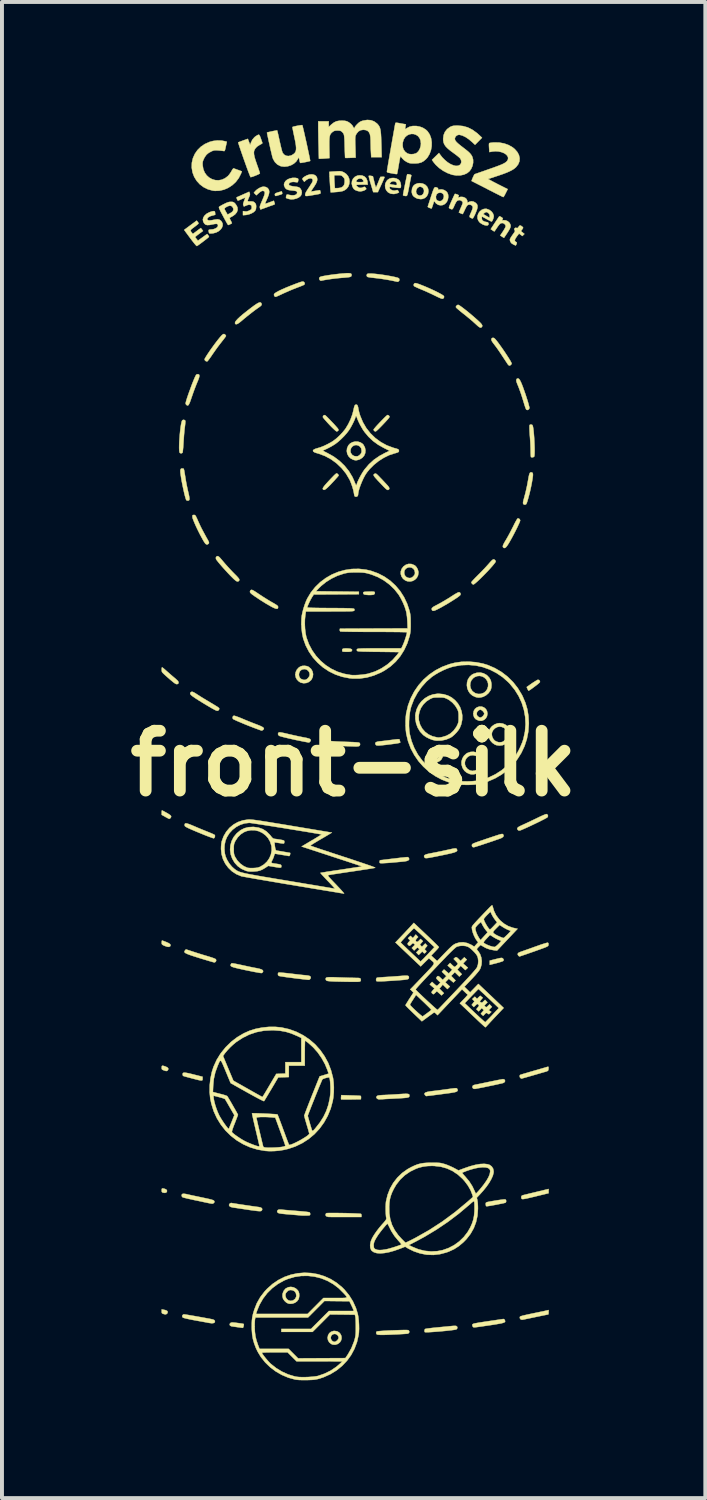
<source format=kicad_pcb>
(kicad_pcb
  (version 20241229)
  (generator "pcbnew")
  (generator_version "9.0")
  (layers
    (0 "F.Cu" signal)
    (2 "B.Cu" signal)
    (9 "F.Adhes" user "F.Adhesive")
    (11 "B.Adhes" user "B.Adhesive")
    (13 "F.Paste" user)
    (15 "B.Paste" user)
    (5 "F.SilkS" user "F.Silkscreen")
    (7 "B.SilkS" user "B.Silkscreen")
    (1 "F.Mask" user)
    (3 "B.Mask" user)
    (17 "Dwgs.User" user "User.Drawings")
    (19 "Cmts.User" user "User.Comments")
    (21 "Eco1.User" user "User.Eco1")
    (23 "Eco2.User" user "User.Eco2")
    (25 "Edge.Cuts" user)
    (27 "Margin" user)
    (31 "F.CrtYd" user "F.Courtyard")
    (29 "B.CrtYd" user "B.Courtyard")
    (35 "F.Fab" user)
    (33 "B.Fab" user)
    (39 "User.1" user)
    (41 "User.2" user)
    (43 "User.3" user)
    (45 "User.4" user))
  (footprint "front-silk"
    (layer "F.Cu")
    (at 5.958 16.398)
    (property "Reference" "front-silk" (at 0 0 0) (layer "F.SilkS") (effects (font (size 1.524 1.524) (thickness 0.3))))
    (attr through_hole)
    (fp_poly (pts (xy -4.844 13.912) (xy -4.789 13.925) (xy -4.756 13.939) (xy -4.74 13.957) (xy -4.737 13.976) (xy -4.747 14.006) (xy -4.762 14.02) (xy -4.781 14.029) (xy -4.798 14.031) (xy -4.824 14.026) (xy -4.848 14.019) (xy -4.875 14.009) (xy -4.887 13.993) (xy -4.889 13.963) (xy -4.889 13.956) (xy -4.889 13.904) (xy -4.844 13.912)) (stroke (width 0.01) (type solid)) (fill yes) (layer "F.SilkS"))
    (fp_poly (pts (xy -4.818 10.832) (xy -4.811 10.834) (xy -4.775 10.85) (xy -4.756 10.871) (xy -4.756 10.871) (xy -4.756 10.905) (xy -4.775 10.928) (xy -4.81 10.937) (xy -4.848 10.932) (xy -4.875 10.923) (xy -4.887 10.907) (xy -4.889 10.876) (xy -4.889 10.871) (xy -4.888 10.84) (xy -4.879 10.824) (xy -4.857 10.823) (xy -4.818 10.832)) (stroke (width 0.01) (type solid)) (fill yes) (layer "F.SilkS"))
    (fp_poly (pts (xy 3.779 4.953) (xy 3.793 4.959) (xy 3.797 4.962) (xy 3.82 4.987) (xy 3.818 5.015) (xy 3.812 5.027) (xy 3.796 5.036) (xy 3.76 5.049) (xy 3.71 5.065) (xy 3.649 5.082) (xy 3.634 5.086) (xy 3.467 5.128) (xy 3.467 5.02) (xy 3.619 4.982) (xy 3.684 4.966) (xy 3.729 4.956) (xy 3.759 4.952) (xy 3.779 4.953)) (stroke (width 0.01) (type solid)) (fill yes) (layer "F.SilkS"))
    (fp_poly (pts (xy -4.823 7.708) (xy -4.796 7.717) (xy -4.747 7.739) (xy -4.723 7.764) (xy -4.723 7.793) (xy -4.732 7.809) (xy -4.747 7.826) (xy -4.764 7.833) (xy -4.79 7.83) (xy -4.832 7.816) (xy -4.836 7.815) (xy -4.869 7.801) (xy -4.885 7.787) (xy -4.889 7.762) (xy -4.889 7.746) (xy -4.888 7.716) (xy -4.879 7.701) (xy -4.859 7.698) (xy -4.823 7.708)) (stroke (width 0.01) (type solid)) (fill yes) (layer "F.SilkS"))
    (fp_poly (pts (xy -1.824 -14.549) (xy -1.818 -14.525) (xy -1.822 -14.51) (xy -1.839 -14.499) (xy -1.874 -14.487) (xy -1.889 -14.483) (xy -1.931 -14.471) (xy -1.962 -14.461) (xy -1.976 -14.457) (xy -1.995 -14.459) (xy -1.998 -14.461) (xy -2.005 -14.479) (xy -2.007 -14.497) (xy -2.003 -14.512) (xy -1.987 -14.525) (xy -1.956 -14.538) (xy -1.919 -14.55) (xy -1.831 -14.575) (xy -1.824 -14.549)) (stroke (width 0.01) (type solid)) (fill yes) (layer "F.SilkS"))
    (fp_poly (pts (xy -4.865 4.513) (xy -4.832 4.525) (xy -4.788 4.542) (xy -4.772 4.548) (xy -4.712 4.575) (xy -4.676 4.601) (xy -4.663 4.625) (xy -4.671 4.651) (xy -4.674 4.655) (xy -4.703 4.671) (xy -4.75 4.667) (xy -4.813 4.645) (xy -4.823 4.641) (xy -4.86 4.623) (xy -4.88 4.608) (xy -4.888 4.589) (xy -4.889 4.56) (xy -4.887 4.528) (xy -4.882 4.51) (xy -4.88 4.508) (xy -4.865 4.513)) (stroke (width 0.01) (type solid)) (fill yes) (layer "F.SilkS"))
    (fp_poly (pts (xy -0.147 -2.931) (xy -0.087 -2.925) (xy -0.05 -2.911) (xy -0.038 -2.891) (xy -0.05 -2.865) (xy -0.05 -2.865) (xy -0.066 -2.854) (xy -0.094 -2.848) (xy -0.141 -2.845) (xy -0.171 -2.845) (xy -0.22 -2.846) (xy -0.259 -2.848) (xy -0.281 -2.852) (xy -0.284 -2.853) (xy -0.29 -2.871) (xy -0.292 -2.891) (xy -0.287 -2.912) (xy -0.27 -2.925) (xy -0.237 -2.931) (xy -0.185 -2.932) (xy -0.147 -2.931)) (stroke (width 0.01) (type solid)) (fill yes) (layer "F.SilkS"))
    (fp_poly (pts (xy -0.078 8.454) (xy -0.002 8.456) (xy 0.065 8.459) (xy 0.12 8.461) (xy 0.159 8.464) (xy 0.175 8.465) (xy 0.187 8.482) (xy 0.188 8.512) (xy 0.184 8.553) (xy -0.064 8.557) (xy -0.141 8.558) (xy -0.209 8.558) (xy -0.264 8.557) (xy -0.301 8.556) (xy -0.318 8.555) (xy -0.319 8.554) (xy -0.321 8.539) (xy -0.321 8.508) (xy -0.32 8.498) (xy -0.315 8.447) (xy -0.078 8.454)) (stroke (width 0.01) (type solid)) (fill yes) (layer "F.SilkS"))
    (fp_poly (pts (xy -4.868 1.2) (xy -4.837 1.216) (xy -4.795 1.239) (xy -4.761 1.258) (xy -4.708 1.29) (xy -4.674 1.313) (xy -4.656 1.331) (xy -4.649 1.347) (xy -4.648 1.353) (xy -4.658 1.38) (xy -4.68 1.402) (xy -4.701 1.41) (xy -4.713 1.404) (xy -4.742 1.388) (xy -4.783 1.367) (xy -4.797 1.358) (xy -4.889 1.307) (xy -4.889 1.251) (xy -4.888 1.217) (xy -4.884 1.196) (xy -4.881 1.194) (xy -4.868 1.2)) (stroke (width 0.01) (type solid)) (fill yes) (layer "F.SilkS"))
    (fp_poly (pts (xy 0.495 -4.379) (xy 0.521 -4.375) (xy 0.534 -4.369) (xy 0.538 -4.363) (xy 0.539 -4.33) (xy 0.519 -4.306) (xy 0.504 -4.3) (xy 0.468 -4.295) (xy 0.419 -4.292) (xy 0.366 -4.293) (xy 0.317 -4.297) (xy 0.279 -4.303) (xy 0.261 -4.309) (xy 0.245 -4.333) (xy 0.243 -4.351) (xy 0.248 -4.361) (xy 0.258 -4.369) (xy 0.28 -4.373) (xy 0.318 -4.376) (xy 0.375 -4.378) (xy 0.389 -4.379) (xy 0.453 -4.38) (xy 0.495 -4.379)) (stroke (width 0.01) (type solid)) (fill yes) (layer "F.SilkS"))
    (fp_poly (pts (xy 4.966 10.945) (xy 4.677 11.015) (xy 4.571 11.041) (xy 4.487 11.061) (xy 4.422 11.076) (xy 4.373 11.086) (xy 4.338 11.092) (xy 4.314 11.095) (xy 4.298 11.095) (xy 4.288 11.092) (xy 4.282 11.089) (xy 4.271 11.069) (xy 4.269 11.041) (xy 4.276 11.016) (xy 4.294 11.002) (xy 4.324 10.993) (xy 4.351 10.986) (xy 4.398 10.975) (xy 4.462 10.959) (xy 4.537 10.941) (xy 4.621 10.921) (xy 4.67 10.909) (xy 4.966 10.837) (xy 4.966 10.945)) (stroke (width 0.01) (type solid)) (fill yes) (layer "F.SilkS"))
    (fp_poly (pts (xy 4.727 -2.123) (xy 4.745 -2.098) (xy 4.744 -2.072) (xy 4.732 -2.059) (xy 4.704 -2.034) (xy 4.665 -2.002) (xy 4.619 -1.967) (xy 4.571 -1.931) (xy 4.526 -1.898) (xy 4.488 -1.872) (xy 4.463 -1.857) (xy 4.455 -1.854) (xy 4.447 -1.864) (xy 4.433 -1.89) (xy 4.428 -1.9) (xy 4.415 -1.93) (xy 4.409 -1.947) (xy 4.41 -1.949) (xy 4.483 -2.001) (xy 4.55 -2.048) (xy 4.609 -2.086) (xy 4.655 -2.114) (xy 4.686 -2.131) (xy 4.697 -2.134) (xy 4.727 -2.123)) (stroke (width 0.01) (type solid)) (fill yes) (layer "F.SilkS"))
    (fp_poly (pts (xy -4.252 7.881) (xy -4.189 7.894) (xy -4.105 7.914) (xy -4.079 7.921) (xy -3.848 7.979) (xy -3.848 8.028) (xy -3.848 8.048) (xy -3.852 8.063) (xy -3.861 8.071) (xy -3.879 8.074) (xy -3.908 8.071) (xy -3.953 8.062) (xy -4.016 8.046) (xy -4.099 8.025) (xy -4.118 8.02) (xy -4.188 8.001) (xy -4.25 7.985) (xy -4.3 7.971) (xy -4.332 7.961) (xy -4.343 7.957) (xy -4.353 7.939) (xy -4.356 7.918) (xy -4.354 7.897) (xy -4.345 7.883) (xy -4.327 7.875) (xy -4.297 7.875) (xy -4.252 7.881)) (stroke (width 0.01) (type solid)) (fill yes) (layer "F.SilkS"))
    (fp_poly (pts (xy -3.095 14.237) (xy -3.064 14.239) (xy -3.018 14.243) (xy -2.966 14.25) (xy -2.912 14.257) (xy -2.862 14.264) (xy -2.824 14.27) (xy -2.803 14.275) (xy -2.801 14.276) (xy -2.797 14.293) (xy -2.801 14.321) (xy -2.809 14.351) (xy -2.818 14.371) (xy -2.824 14.375) (xy -2.842 14.373) (xy -2.879 14.368) (xy -2.929 14.361) (xy -2.965 14.356) (xy -3.022 14.348) (xy -3.072 14.341) (xy -3.108 14.335) (xy -3.12 14.332) (xy -3.148 14.317) (xy -3.158 14.292) (xy -3.152 14.266) (xy -3.13 14.245) (xy -3.096 14.237) (xy -3.095 14.237)) (stroke (width 0.01) (type solid)) (fill yes) (layer "F.SilkS"))
    (fp_poly (pts (xy -0.718 -8.865) (xy -0.69 -8.84) (xy -0.653 -8.803) (xy -0.608 -8.757) (xy -0.561 -8.708) (xy -0.513 -8.658) (xy -0.469 -8.61) (xy -0.433 -8.569) (xy -0.406 -8.538) (xy -0.397 -8.525) (xy -0.385 -8.5) (xy -0.391 -8.481) (xy -0.394 -8.477) (xy -0.418 -8.461) (xy -0.432 -8.458) (xy -0.448 -8.467) (xy -0.478 -8.492) (xy -0.519 -8.53) (xy -0.569 -8.579) (xy -0.618 -8.63) (xy -0.67 -8.686) (xy -0.715 -8.737) (xy -0.752 -8.779) (xy -0.776 -8.81) (xy -0.785 -8.825) (xy -0.778 -8.852) (xy -0.757 -8.872) (xy -0.732 -8.875) (xy -0.718 -8.865)) (stroke (width 0.01) (type solid)) (fill yes) (layer "F.SilkS"))
    (fp_poly (pts (xy 0.892 -8.867) (xy 0.912 -8.843) (xy 0.914 -8.83) (xy 0.906 -8.814) (xy 0.883 -8.784) (xy 0.848 -8.744) (xy 0.805 -8.697) (xy 0.757 -8.646) (xy 0.708 -8.595) (xy 0.661 -8.547) (xy 0.619 -8.506) (xy 0.586 -8.476) (xy 0.565 -8.46) (xy 0.56 -8.458) (xy 0.532 -8.467) (xy 0.523 -8.473) (xy 0.51 -8.495) (xy 0.508 -8.504) (xy 0.516 -8.519) (xy 0.54 -8.548) (xy 0.574 -8.588) (xy 0.617 -8.635) (xy 0.665 -8.686) (xy 0.714 -8.737) (xy 0.761 -8.785) (xy 0.803 -8.827) (xy 0.837 -8.858) (xy 0.858 -8.875) (xy 0.864 -8.877) (xy 0.892 -8.867)) (stroke (width 0.01) (type solid)) (fill yes) (layer "F.SilkS"))
    (fp_poly (pts (xy -0.413 -7.382) (xy -0.393 -7.362) (xy -0.381 -7.341) (xy -0.381 -7.339) (xy -0.389 -7.326) (xy -0.412 -7.298) (xy -0.448 -7.258) (xy -0.492 -7.208) (xy -0.544 -7.153) (xy -0.547 -7.149) (xy -0.612 -7.081) (xy -0.663 -7.031) (xy -0.702 -6.997) (xy -0.731 -6.977) (xy -0.753 -6.97) (xy -0.771 -6.974) (xy -0.779 -6.981) (xy -0.786 -6.995) (xy -0.783 -7.015) (xy -0.767 -7.043) (xy -0.737 -7.083) (xy -0.691 -7.135) (xy -0.653 -7.177) (xy -0.585 -7.25) (xy -0.532 -7.305) (xy -0.492 -7.346) (xy -0.463 -7.372) (xy -0.444 -7.387) (xy -0.433 -7.391) (xy -0.433 -7.391) (xy -0.413 -7.382)) (stroke (width 0.01) (type solid)) (fill yes) (layer "F.SilkS"))
    (fp_poly (pts (xy 0.576 -7.379) (xy 0.597 -7.362) (xy 0.627 -7.333) (xy 0.669 -7.289) (xy 0.705 -7.252) (xy 0.753 -7.201) (xy 0.8 -7.151) (xy 0.84 -7.108) (xy 0.868 -7.078) (xy 0.9 -7.036) (xy 0.91 -7.003) (xy 0.898 -6.979) (xy 0.875 -6.968) (xy 0.86 -6.97) (xy 0.837 -6.983) (xy 0.805 -7.011) (xy 0.761 -7.055) (xy 0.745 -7.072) (xy 0.67 -7.151) (xy 0.611 -7.213) (xy 0.567 -7.262) (xy 0.536 -7.298) (xy 0.517 -7.325) (xy 0.509 -7.344) (xy 0.509 -7.358) (xy 0.517 -7.368) (xy 0.53 -7.377) (xy 0.534 -7.379) (xy 0.547 -7.385) (xy 0.56 -7.386) (xy 0.576 -7.379)) (stroke (width 0.01) (type solid)) (fill yes) (layer "F.SilkS"))
    (fp_poly (pts (xy -0.432 11.449) (xy -0.344 11.451) (xy -0.251 11.452) (xy -0.159 11.454) (xy -0.071 11.457) (xy 0.01 11.46) (xy 0.08 11.463) (xy 0.136 11.466) (xy 0.173 11.469) (xy 0.188 11.472) (xy 0.199 11.493) (xy 0.201 11.518) (xy 0.197 11.551) (xy -0.203 11.552) (xy -0.304 11.552) (xy -0.398 11.552) (xy -0.482 11.551) (xy -0.553 11.551) (xy -0.607 11.55) (xy -0.64 11.549) (xy -0.648 11.548) (xy -0.682 11.539) (xy -0.706 11.525) (xy -0.707 11.523) (xy -0.716 11.494) (xy -0.706 11.465) (xy -0.695 11.454) (xy -0.679 11.451) (xy -0.64 11.45) (xy -0.584 11.449) (xy -0.514 11.449) (xy -0.432 11.449)) (stroke (width 0.01) (type solid)) (fill yes) (layer "F.SilkS"))
    (fp_poly (pts (xy 2.691 -4.363) (xy 2.718 -4.343) (xy 2.725 -4.313) (xy 2.718 -4.293) (xy 2.701 -4.275) (xy 2.664 -4.246) (xy 2.613 -4.21) (xy 2.549 -4.169) (xy 2.478 -4.124) (xy 2.402 -4.077) (xy 2.324 -4.032) (xy 2.249 -3.989) (xy 2.181 -3.952) (xy 2.121 -3.921) (xy 2.075 -3.9) (xy 2.048 -3.891) (xy 2.017 -3.889) (xy 1.999 -3.903) (xy 1.995 -3.909) (xy 1.987 -3.937) (xy 1.995 -3.961) (xy 2.023 -3.986) (xy 2.073 -4.015) (xy 2.075 -4.015) (xy 2.233 -4.1) (xy 2.4 -4.199) (xy 2.511 -4.27) (xy 2.58 -4.314) (xy 2.631 -4.343) (xy 2.667 -4.36) (xy 2.688 -4.364) (xy 2.691 -4.363)) (stroke (width 0.01) (type solid)) (fill yes) (layer "F.SilkS"))
    (fp_poly (pts (xy 3.864 11.103) (xy 3.881 11.121) (xy 3.886 11.15) (xy 3.877 11.178) (xy 3.87 11.186) (xy 3.854 11.191) (xy 3.818 11.2) (xy 3.767 11.211) (xy 3.704 11.223) (xy 3.637 11.237) (xy 3.568 11.249) (xy 3.504 11.261) (xy 3.448 11.27) (xy 3.407 11.276) (xy 3.385 11.278) (xy 3.371 11.269) (xy 3.366 11.24) (xy 3.365 11.228) (xy 3.365 11.211) (xy 3.366 11.197) (xy 3.371 11.187) (xy 3.383 11.179) (xy 3.405 11.171) (xy 3.442 11.163) (xy 3.494 11.153) (xy 3.567 11.141) (xy 3.633 11.13) (xy 3.704 11.119) (xy 3.768 11.11) (xy 3.819 11.104) (xy 3.853 11.102) (xy 3.864 11.103)) (stroke (width 0.01) (type solid)) (fill yes) (layer "F.SilkS"))
    (fp_poly (pts (xy -2.361 -11.737) (xy -2.35 -11.723) (xy -2.342 -11.695) (xy -2.352 -11.669) (xy -2.383 -11.641) (xy -2.404 -11.626) (xy -2.453 -11.592) (xy -2.515 -11.547) (xy -2.586 -11.493) (xy -2.66 -11.435) (xy -2.733 -11.377) (xy -2.798 -11.323) (xy -2.851 -11.278) (xy -2.91 -11.23) (xy -2.955 -11.2) (xy -2.988 -11.189) (xy -3.011 -11.194) (xy -3.014 -11.197) (xy -3.023 -11.217) (xy -3.017 -11.245) (xy -2.993 -11.281) (xy -2.952 -11.326) (xy -2.893 -11.382) (xy -2.814 -11.449) (xy -2.714 -11.528) (xy -2.693 -11.545) (xy -2.604 -11.613) (xy -2.533 -11.666) (xy -2.476 -11.705) (xy -2.433 -11.73) (xy -2.401 -11.743) (xy -2.377 -11.745) (xy -2.361 -11.737)) (stroke (width 0.01) (type solid)) (fill yes) (layer "F.SilkS"))
    (fp_poly (pts (xy 0.432 -14.969) (xy 0.441 -14.968) (xy 0.49 -14.959) (xy 0.526 -14.813) (xy 0.54 -14.757) (xy 0.553 -14.713) (xy 0.564 -14.684) (xy 0.569 -14.675) (xy 0.569 -14.675) (xy 0.577 -14.689) (xy 0.592 -14.722) (xy 0.611 -14.768) (xy 0.629 -14.812) (xy 0.681 -14.942) (xy 0.734 -14.945) (xy 0.767 -14.945) (xy 0.786 -14.94) (xy 0.787 -14.937) (xy 0.782 -14.922) (xy 0.768 -14.888) (xy 0.747 -14.84) (xy 0.721 -14.781) (xy 0.702 -14.74) (xy 0.616 -14.554) (xy 0.499 -14.554) (xy 0.438 -14.758) (xy 0.418 -14.825) (xy 0.402 -14.884) (xy 0.39 -14.931) (xy 0.385 -14.96) (xy 0.384 -14.968) (xy 0.401 -14.971) (xy 0.432 -14.969)) (stroke (width 0.01) (type solid)) (fill yes) (layer "F.SilkS"))
    (fp_poly (pts (xy 1.381 2.385) (xy 1.401 2.4) (xy 1.41 2.414) (xy 1.414 2.442) (xy 1.394 2.466) (xy 1.352 2.483) (xy 1.294 2.494) (xy 1.214 2.502) (xy 1.126 2.51) (xy 1.037 2.518) (xy 0.949 2.526) (xy 0.869 2.532) (xy 0.801 2.536) (xy 0.75 2.539) (xy 0.727 2.54) (xy 0.688 2.539) (xy 0.669 2.535) (xy 0.661 2.522) (xy 0.66 2.502) (xy 0.665 2.474) (xy 0.676 2.463) (xy 0.693 2.461) (xy 0.731 2.457) (xy 0.787 2.45) (xy 0.858 2.442) (xy 0.941 2.431) (xy 1.029 2.421) (xy 1.119 2.41) (xy 1.201 2.4) (xy 1.272 2.393) (xy 1.328 2.387) (xy 1.366 2.384) (xy 1.381 2.385)) (stroke (width 0.01) (type solid)) (fill yes) (layer "F.SilkS"))
    (fp_poly (pts (xy 4.545 -7.413) (xy 4.56 -7.399) (xy 4.567 -7.372) (xy 4.566 -7.328) (xy 4.557 -7.263) (xy 4.554 -7.242) (xy 4.539 -7.154) (xy 4.521 -7.062) (xy 4.501 -6.969) (xy 4.48 -6.88) (xy 4.458 -6.797) (xy 4.438 -6.724) (xy 4.42 -6.665) (xy 4.404 -6.623) (xy 4.391 -6.602) (xy 4.39 -6.601) (xy 4.357 -6.592) (xy 4.328 -6.603) (xy 4.319 -6.615) (xy 4.314 -6.636) (xy 4.318 -6.671) (xy 4.33 -6.723) (xy 4.337 -6.745) (xy 4.38 -6.907) (xy 4.417 -7.074) (xy 4.445 -7.226) (xy 4.458 -7.3) (xy 4.47 -7.353) (xy 4.481 -7.387) (xy 4.493 -7.407) (xy 4.508 -7.415) (xy 4.521 -7.417) (xy 4.545 -7.413)) (stroke (width 0.01) (type solid)) (fill yes) (layer "F.SilkS"))
    (fp_poly (pts (xy -4.867 -2.443) (xy -4.84 -2.422) (xy -4.803 -2.39) (xy -4.775 -2.365) (xy -4.722 -2.319) (xy -4.66 -2.264) (xy -4.598 -2.211) (xy -4.568 -2.186) (xy -4.519 -2.143) (xy -4.486 -2.113) (xy -4.468 -2.09) (xy -4.461 -2.072) (xy -4.46 -2.059) (xy -4.47 -2.032) (xy -4.497 -2.022) (xy -4.498 -2.022) (xy -4.521 -2.024) (xy -4.55 -2.039) (xy -4.59 -2.068) (xy -4.619 -2.092) (xy -4.672 -2.136) (xy -4.732 -2.188) (xy -4.788 -2.238) (xy -4.798 -2.247) (xy -4.84 -2.286) (xy -4.867 -2.313) (xy -4.882 -2.334) (xy -4.888 -2.356) (xy -4.889 -2.382) (xy -4.889 -2.39) (xy -4.888 -2.426) (xy -4.883 -2.448) (xy -4.88 -2.451) (xy -4.867 -2.443)) (stroke (width 0.01) (type solid)) (fill yes) (layer "F.SilkS"))
    (fp_poly (pts (xy -4.076 4.798) (xy -3.99 4.826) (xy -3.895 4.856) (xy -3.8 4.885) (xy -3.716 4.91) (xy -3.702 4.914) (xy -3.638 4.934) (xy -3.581 4.953) (xy -3.538 4.97) (xy -3.513 4.983) (xy -3.509 4.986) (xy -3.501 5.015) (xy -3.51 5.044) (xy -3.533 5.063) (xy -3.55 5.067) (xy -3.565 5.063) (xy -3.601 5.053) (xy -3.653 5.038) (xy -3.718 5.019) (xy -3.79 4.997) (xy -3.791 4.997) (xy -3.922 4.957) (xy -4.03 4.923) (xy -4.117 4.895) (xy -4.186 4.871) (xy -4.238 4.851) (xy -4.274 4.834) (xy -4.297 4.819) (xy -4.309 4.805) (xy -4.311 4.791) (xy -4.305 4.776) (xy -4.295 4.762) (xy -4.272 4.734) (xy -4.076 4.798)) (stroke (width 0.01) (type solid)) (fill yes) (layer "F.SilkS"))
    (fp_poly (pts (xy -2.587 -4.422) (xy -2.564 -4.412) (xy -2.531 -4.393) (xy -2.485 -4.364) (xy -2.421 -4.321) (xy -2.409 -4.313) (xy -2.334 -4.263) (xy -2.252 -4.211) (xy -2.17 -4.16) (xy -2.098 -4.117) (xy -2.076 -4.105) (xy -2.015 -4.07) (xy -1.973 -4.044) (xy -1.946 -4.025) (xy -1.932 -4.01) (xy -1.925 -3.995) (xy -1.924 -3.981) (xy -1.93 -3.953) (xy -1.95 -3.941) (xy -1.984 -3.945) (xy -2.035 -3.965) (xy -2.089 -3.992) (xy -2.234 -4.075) (xy -2.387 -4.171) (xy -2.524 -4.263) (xy -2.578 -4.301) (xy -2.613 -4.33) (xy -2.633 -4.352) (xy -2.641 -4.369) (xy -2.642 -4.375) (xy -2.631 -4.407) (xy -2.615 -4.42) (xy -2.603 -4.424) (xy -2.587 -4.422)) (stroke (width 0.01) (type solid)) (fill yes) (layer "F.SilkS"))
    (fp_poly (pts (xy 1.409 -15.008) (xy 1.439 -15) (xy 1.462 -14.991) (xy 1.47 -14.982) (xy 1.466 -14.965) (xy 1.458 -14.928) (xy 1.447 -14.873) (xy 1.434 -14.806) (xy 1.419 -14.729) (xy 1.416 -14.71) (xy 1.399 -14.622) (xy 1.386 -14.557) (xy 1.375 -14.51) (xy 1.365 -14.479) (xy 1.354 -14.462) (xy 1.34 -14.455) (xy 1.322 -14.455) (xy 1.298 -14.459) (xy 1.286 -14.462) (xy 1.264 -14.469) (xy 1.257 -14.476) (xy 1.26 -14.493) (xy 1.266 -14.53) (xy 1.276 -14.582) (xy 1.288 -14.645) (xy 1.302 -14.714) (xy 1.316 -14.784) (xy 1.33 -14.852) (xy 1.343 -14.913) (xy 1.353 -14.963) (xy 1.361 -14.996) (xy 1.364 -15.008) (xy 1.381 -15.012) (xy 1.409 -15.008)) (stroke (width 0.01) (type solid)) (fill yes) (layer "F.SilkS"))
    (fp_poly (pts (xy -4.304 -8.748) (xy -4.287 -8.73) (xy -4.286 -8.71) (xy -4.289 -8.672) (xy -4.294 -8.621) (xy -4.299 -8.582) (xy -4.306 -8.527) (xy -4.313 -8.454) (xy -4.321 -8.368) (xy -4.327 -8.278) (xy -4.333 -8.191) (xy -4.338 -8.112) (xy -4.343 -8.041) (xy -4.349 -7.982) (xy -4.354 -7.939) (xy -4.359 -7.917) (xy -4.36 -7.915) (xy -4.385 -7.901) (xy -4.415 -7.905) (xy -4.43 -7.915) (xy -4.438 -7.937) (xy -4.443 -7.98) (xy -4.445 -8.041) (xy -4.444 -8.115) (xy -4.441 -8.199) (xy -4.435 -8.288) (xy -4.428 -8.379) (xy -4.419 -8.468) (xy -4.409 -8.551) (xy -4.398 -8.625) (xy -4.386 -8.684) (xy -4.374 -8.726) (xy -4.362 -8.746) (xy -4.333 -8.755) (xy -4.304 -8.748)) (stroke (width 0.01) (type solid)) (fill yes) (layer "F.SilkS"))
    (fp_poly (pts (xy -0.084 -12.485) (xy -0.063 -12.475) (xy -0.053 -12.458) (xy -0.053 -12.436) (xy -0.057 -12.419) (xy -0.065 -12.407) (xy -0.082 -12.397) (xy -0.11 -12.39) (xy -0.154 -12.384) (xy -0.216 -12.378) (xy -0.299 -12.371) (xy -0.305 -12.371) (xy -0.39 -12.363) (xy -0.483 -12.353) (xy -0.579 -12.341) (xy -0.67 -12.327) (xy -0.75 -12.314) (xy -0.812 -12.301) (xy -0.818 -12.299) (xy -0.847 -12.3) (xy -0.868 -12.32) (xy -0.879 -12.354) (xy -0.868 -12.383) (xy -0.841 -12.4) (xy -0.794 -12.412) (xy -0.727 -12.424) (xy -0.644 -12.438) (xy -0.552 -12.451) (xy -0.455 -12.463) (xy -0.358 -12.474) (xy -0.267 -12.483) (xy -0.255 -12.483) (xy -0.177 -12.489) (xy -0.121 -12.489) (xy -0.084 -12.485)) (stroke (width 0.01) (type solid)) (fill yes) (layer "F.SilkS"))
    (fp_poly (pts (xy 0.478 -12.478) (xy 0.555 -12.471) (xy 0.642 -12.461) (xy 0.737 -12.448) (xy 0.836 -12.433) (xy 0.936 -12.415) (xy 1.032 -12.396) (xy 1.066 -12.388) (xy 1.113 -12.376) (xy 1.142 -12.365) (xy 1.157 -12.353) (xy 1.164 -12.335) (xy 1.164 -12.304) (xy 1.149 -12.285) (xy 1.128 -12.272) (xy 1.118 -12.27) (xy 1.103 -12.273) (xy 1.071 -12.28) (xy 1.035 -12.288) (xy 0.944 -12.307) (xy 0.837 -12.326) (xy 0.723 -12.344) (xy 0.612 -12.359) (xy 0.512 -12.37) (xy 0.508 -12.371) (xy 0.449 -12.377) (xy 0.398 -12.385) (xy 0.362 -12.392) (xy 0.346 -12.398) (xy 0.331 -12.424) (xy 0.336 -12.455) (xy 0.35 -12.472) (xy 0.373 -12.479) (xy 0.417 -12.48) (xy 0.478 -12.478)) (stroke (width 0.01) (type solid)) (fill yes) (layer "F.SilkS"))
    (fp_poly (pts (xy 1.585 -12.235) (xy 1.627 -12.224) (xy 1.684 -12.204) (xy 1.752 -12.177) (xy 1.829 -12.146) (xy 1.91 -12.111) (xy 1.992 -12.074) (xy 2.071 -12.037) (xy 2.144 -12.001) (xy 2.207 -11.967) (xy 2.256 -11.939) (xy 2.289 -11.916) (xy 2.302 -11.902) (xy 2.301 -11.868) (xy 2.282 -11.844) (xy 2.257 -11.837) (xy 2.236 -11.843) (xy 2.197 -11.858) (xy 2.146 -11.881) (xy 2.087 -11.91) (xy 2.064 -11.921) (xy 1.984 -11.96) (xy 1.893 -12.002) (xy 1.801 -12.043) (xy 1.727 -12.074) (xy 1.665 -12.1) (xy 1.61 -12.124) (xy 1.568 -12.144) (xy 1.543 -12.157) (xy 1.539 -12.16) (xy 1.528 -12.185) (xy 1.535 -12.213) (xy 1.556 -12.234) (xy 1.562 -12.236) (xy 1.585 -12.235)) (stroke (width 0.01) (type solid)) (fill yes) (layer "F.SilkS"))
    (fp_poly (pts (xy 4.966 13.977) (xy 4.964 14.011) (xy 4.959 14.031) (xy 4.956 14.034) (xy 4.941 14.036) (xy 4.905 14.043) (xy 4.851 14.054) (xy 4.783 14.068) (xy 4.704 14.084) (xy 4.642 14.097) (xy 4.555 14.115) (xy 4.476 14.132) (xy 4.407 14.146) (xy 4.352 14.158) (xy 4.316 14.165) (xy 4.304 14.168) (xy 4.266 14.165) (xy 4.25 14.154) (xy 4.231 14.124) (xy 4.236 14.093) (xy 4.24 14.087) (xy 4.255 14.08) (xy 4.291 14.069) (xy 4.345 14.055) (xy 4.412 14.04) (xy 4.49 14.023) (xy 4.533 14.014) (xy 4.62 13.996) (xy 4.703 13.979) (xy 4.777 13.963) (xy 4.838 13.951) (xy 4.881 13.941) (xy 4.891 13.939) (xy 4.966 13.921) (xy 4.966 13.977)) (stroke (width 0.01) (type solid)) (fill yes) (layer "F.SilkS"))
    (fp_poly (pts (xy -3.942 -9.909) (xy -3.93 -9.893) (xy -3.93 -9.865) (xy -3.94 -9.822) (xy -3.962 -9.762) (xy -3.989 -9.699) (xy -4.017 -9.629) (xy -4.05 -9.544) (xy -4.083 -9.454) (xy -4.113 -9.367) (xy -4.122 -9.342) (xy -4.15 -9.26) (xy -4.172 -9.199) (xy -4.191 -9.158) (xy -4.206 -9.132) (xy -4.221 -9.121) (xy -4.229 -9.119) (xy -4.244 -9.125) (xy -4.258 -9.132) (xy -4.276 -9.155) (xy -4.28 -9.173) (xy -4.275 -9.201) (xy -4.262 -9.248) (xy -4.243 -9.31) (xy -4.218 -9.384) (xy -4.189 -9.466) (xy -4.158 -9.55) (xy -4.127 -9.635) (xy -4.096 -9.714) (xy -4.067 -9.785) (xy -4.042 -9.843) (xy -4.021 -9.885) (xy -4.01 -9.903) (xy -3.988 -9.915) (xy -3.963 -9.916) (xy -3.942 -9.909)) (stroke (width 0.01) (type solid)) (fill yes) (layer "F.SilkS"))
    (fp_poly (pts (xy 1.153 -0.62) (xy 1.164 -0.616) (xy 1.169 -0.61) (xy 1.171 -0.601) (xy 1.173 -0.593) (xy 1.182 -0.561) (xy 1.188 -0.543) (xy 1.187 -0.536) (xy 1.178 -0.529) (xy 1.158 -0.523) (xy 1.125 -0.516) (xy 1.076 -0.508) (xy 1.009 -0.499) (xy 0.921 -0.488) (xy 0.819 -0.475) (xy 0.734 -0.466) (xy 0.671 -0.46) (xy 0.625 -0.458) (xy 0.594 -0.46) (xy 0.575 -0.466) (xy 0.563 -0.476) (xy 0.559 -0.483) (xy 0.55 -0.514) (xy 0.561 -0.537) (xy 0.594 -0.553) (xy 0.65 -0.564) (xy 0.663 -0.565) (xy 0.717 -0.57) (xy 0.785 -0.578) (xy 0.856 -0.587) (xy 0.895 -0.592) (xy 0.984 -0.603) (xy 1.052 -0.612) (xy 1.1 -0.617) (xy 1.132 -0.62) (xy 1.153 -0.62)) (stroke (width 0.01) (type solid)) (fill yes) (layer "F.SilkS"))
    (fp_poly (pts (xy 4.205 -6.241) (xy 4.23 -6.223) (xy 4.242 -6.195) (xy 4.242 -6.191) (xy 4.236 -6.169) (xy 4.22 -6.129) (xy 4.195 -6.074) (xy 4.164 -6.008) (xy 4.128 -5.935) (xy 4.089 -5.859) (xy 4.049 -5.783) (xy 4.01 -5.712) (xy 3.974 -5.648) (xy 3.946 -5.601) (xy 3.907 -5.542) (xy 3.876 -5.505) (xy 3.849 -5.489) (xy 3.827 -5.491) (xy 3.813 -5.501) (xy 3.802 -5.516) (xy 3.8 -5.535) (xy 3.806 -5.562) (xy 3.824 -5.6) (xy 3.853 -5.652) (xy 3.881 -5.698) (xy 3.916 -5.759) (xy 3.958 -5.835) (xy 4.002 -5.918) (xy 4.044 -6.001) (xy 4.062 -6.035) (xy 4.094 -6.101) (xy 4.124 -6.158) (xy 4.15 -6.203) (xy 4.168 -6.232) (xy 4.176 -6.242) (xy 4.205 -6.241)) (stroke (width 0.01) (type solid)) (fill yes) (layer "F.SilkS"))
    (fp_poly (pts (xy 4.211 -9.796) (xy 4.235 -9.765) (xy 4.262 -9.712) (xy 4.29 -9.646) (xy 4.316 -9.577) (xy 4.345 -9.495) (xy 4.376 -9.407) (xy 4.404 -9.32) (xy 4.43 -9.239) (xy 4.45 -9.172) (xy 4.457 -9.144) (xy 4.467 -9.105) (xy 4.476 -9.074) (xy 4.478 -9.066) (xy 4.474 -9.041) (xy 4.456 -9.017) (xy 4.432 -9.005) (xy 4.428 -9.004) (xy 4.404 -9.011) (xy 4.398 -9.014) (xy 4.389 -9.03) (xy 4.375 -9.065) (xy 4.358 -9.114) (xy 4.34 -9.173) (xy 4.337 -9.183) (xy 4.303 -9.294) (xy 4.267 -9.407) (xy 4.229 -9.513) (xy 4.194 -9.607) (xy 4.17 -9.663) (xy 4.148 -9.723) (xy 4.142 -9.766) (xy 4.151 -9.793) (xy 4.164 -9.804) (xy 4.188 -9.809) (xy 4.211 -9.796)) (stroke (width 0.01) (type solid)) (fill yes) (layer "F.SilkS"))
    (fp_poly (pts (xy -4.343 -7.515) (xy -4.335 -7.511) (xy -4.328 -7.503) (xy -4.322 -7.486) (xy -4.315 -7.458) (xy -4.308 -7.415) (xy -4.298 -7.355) (xy -4.285 -7.274) (xy -4.28 -7.243) (xy -4.266 -7.161) (xy -4.248 -7.069) (xy -4.229 -6.979) (xy -4.215 -6.92) (xy -4.197 -6.841) (xy -4.186 -6.782) (xy -4.182 -6.742) (xy -4.186 -6.716) (xy -4.197 -6.702) (xy -4.216 -6.696) (xy -4.219 -6.695) (xy -4.252 -6.7) (xy -4.266 -6.715) (xy -4.277 -6.746) (xy -4.292 -6.797) (xy -4.31 -6.865) (xy -4.328 -6.945) (xy -4.347 -7.032) (xy -4.366 -7.123) (xy -4.383 -7.213) (xy -4.397 -7.298) (xy -4.408 -7.373) (xy -4.413 -7.411) (xy -4.415 -7.466) (xy -4.406 -7.5) (xy -4.384 -7.516) (xy -4.354 -7.516) (xy -4.343 -7.515)) (stroke (width 0.01) (type solid)) (fill yes) (layer "F.SilkS"))
    (fp_poly (pts (xy -4.306 14.033) (xy -4.268 14.038) (xy -4.212 14.047) (xy -4.144 14.059) (xy -4.065 14.072) (xy -3.982 14.087) (xy -3.896 14.102) (xy -3.813 14.117) (xy -3.737 14.131) (xy -3.67 14.143) (xy -3.617 14.154) (xy -3.595 14.158) (xy -3.555 14.174) (xy -3.534 14.198) (xy -3.535 14.226) (xy -3.538 14.234) (xy -3.565 14.252) (xy -3.612 14.258) (xy -3.681 14.249) (xy -3.683 14.249) (xy -3.712 14.244) (xy -3.761 14.234) (xy -3.827 14.222) (xy -3.904 14.208) (xy -3.989 14.193) (xy -4.037 14.184) (xy -4.124 14.168) (xy -4.201 14.152) (xy -4.266 14.138) (xy -4.315 14.125) (xy -4.345 14.116) (xy -4.351 14.113) (xy -4.367 14.083) (xy -4.362 14.055) (xy -4.34 14.035) (xy -4.323 14.031) (xy -4.306 14.033)) (stroke (width 0.01) (type solid)) (fill yes) (layer "F.SilkS"))
    (fp_poly (pts (xy -3.287 -10.936) (xy -3.276 -10.927) (xy -3.257 -10.906) (xy -3.251 -10.891) (xy -3.259 -10.877) (xy -3.28 -10.847) (xy -3.311 -10.806) (xy -3.35 -10.757) (xy -3.36 -10.744) (xy -3.407 -10.684) (xy -3.462 -10.611) (xy -3.519 -10.532) (xy -3.572 -10.456) (xy -3.59 -10.431) (xy -3.63 -10.371) (xy -3.667 -10.319) (xy -3.697 -10.279) (xy -3.717 -10.253) (xy -3.725 -10.245) (xy -3.75 -10.244) (xy -3.759 -10.246) (xy -3.787 -10.267) (xy -3.797 -10.295) (xy -3.79 -10.315) (xy -3.769 -10.351) (xy -3.738 -10.401) (xy -3.698 -10.461) (xy -3.652 -10.529) (xy -3.601 -10.6) (xy -3.549 -10.672) (xy -3.497 -10.741) (xy -3.448 -10.804) (xy -3.405 -10.856) (xy -3.364 -10.903) (xy -3.332 -10.931) (xy -3.308 -10.941) (xy -3.287 -10.936)) (stroke (width 0.01) (type solid)) (fill yes) (layer "F.SilkS"))
    (fp_poly (pts (xy -3.029 -1.214) (xy -2.99 -1.201) (xy -2.936 -1.182) (xy -2.873 -1.157) (xy -2.828 -1.138) (xy -2.747 -1.104) (xy -2.658 -1.068) (xy -2.571 -1.033) (xy -2.495 -1.004) (xy -2.477 -0.997) (xy -2.399 -0.967) (xy -2.344 -0.942) (xy -2.308 -0.921) (xy -2.29 -0.902) (xy -2.286 -0.887) (xy -2.295 -0.869) (xy -2.316 -0.85) (xy -2.338 -0.839) (xy -2.341 -0.839) (xy -2.357 -0.843) (xy -2.393 -0.855) (xy -2.444 -0.874) (xy -2.507 -0.897) (xy -2.565 -0.919) (xy -2.658 -0.955) (xy -2.749 -0.991) (xy -2.835 -1.027) (xy -2.913 -1.06) (xy -2.979 -1.088) (xy -3.03 -1.112) (xy -3.063 -1.128) (xy -3.071 -1.134) (xy -3.084 -1.158) (xy -3.082 -1.187) (xy -3.066 -1.21) (xy -3.051 -1.217) (xy -3.029 -1.214)) (stroke (width 0.01) (type solid)) (fill yes) (layer "F.SilkS"))
    (fp_poly (pts (xy -1.278 -12.272) (xy -1.271 -12.269) (xy -1.249 -12.246) (xy -1.246 -12.217) (xy -1.26 -12.195) (xy -1.278 -12.186) (xy -1.314 -12.171) (xy -1.365 -12.15) (xy -1.426 -12.127) (xy -1.454 -12.116) (xy -1.537 -12.084) (xy -1.631 -12.045) (xy -1.724 -12.004) (xy -1.802 -11.969) (xy -1.863 -11.94) (xy -1.916 -11.916) (xy -1.958 -11.898) (xy -1.983 -11.888) (xy -1.988 -11.887) (xy -2.008 -11.896) (xy -2.019 -11.906) (xy -2.029 -11.932) (xy -2.027 -11.955) (xy -2.011 -11.975) (xy -1.972 -12.002) (xy -1.912 -12.035) (xy -1.831 -12.074) (xy -1.731 -12.118) (xy -1.613 -12.166) (xy -1.562 -12.186) (xy -1.477 -12.219) (xy -1.412 -12.243) (xy -1.365 -12.26) (xy -1.331 -12.27) (xy -1.307 -12.275) (xy -1.29 -12.275) (xy -1.278 -12.272)) (stroke (width 0.01) (type solid)) (fill yes) (layer "F.SilkS"))
    (fp_poly (pts (xy 2.596 14.324) (xy 2.615 14.328) (xy 2.637 14.347) (xy 2.642 14.375) (xy 2.631 14.402) (xy 2.613 14.415) (xy 2.589 14.421) (xy 2.544 14.428) (xy 2.483 14.436) (xy 2.41 14.444) (xy 2.328 14.453) (xy 2.241 14.461) (xy 2.153 14.469) (xy 2.068 14.475) (xy 1.989 14.481) (xy 1.92 14.485) (xy 1.865 14.487) (xy 1.828 14.486) (xy 1.813 14.484) (xy 1.804 14.46) (xy 1.806 14.428) (xy 1.819 14.405) (xy 1.819 14.404) (xy 1.836 14.4) (xy 1.874 14.393) (xy 1.93 14.386) (xy 2.001 14.377) (xy 2.081 14.369) (xy 2.134 14.364) (xy 2.223 14.355) (xy 2.309 14.347) (xy 2.386 14.34) (xy 2.45 14.333) (xy 2.496 14.329) (xy 2.51 14.327) (xy 2.556 14.324) (xy 2.596 14.324)) (stroke (width 0.01) (type solid)) (fill yes) (layer "F.SilkS"))
    (fp_poly (pts (xy 3.582 -5.196) (xy 3.595 -5.187) (xy 3.614 -5.165) (xy 3.619 -5.149) (xy 3.611 -5.129) (xy 3.586 -5.095) (xy 3.548 -5.048) (xy 3.5 -4.993) (xy 3.445 -4.932) (xy 3.384 -4.868) (xy 3.321 -4.803) (xy 3.258 -4.74) (xy 3.199 -4.682) (xy 3.146 -4.633) (xy 3.101 -4.594) (xy 3.067 -4.568) (xy 3.048 -4.559) (xy 3.031 -4.567) (xy 3.017 -4.579) (xy 3.001 -4.602) (xy 2.997 -4.615) (xy 3.006 -4.629) (xy 3.03 -4.657) (xy 3.067 -4.697) (xy 3.113 -4.745) (xy 3.167 -4.799) (xy 3.17 -4.802) (xy 3.232 -4.864) (xy 3.295 -4.929) (xy 3.354 -4.991) (xy 3.404 -5.046) (xy 3.432 -5.077) (xy 3.481 -5.133) (xy 3.517 -5.171) (xy 3.544 -5.193) (xy 3.565 -5.201) (xy 3.582 -5.196)) (stroke (width 0.01) (type solid)) (fill yes) (layer "F.SilkS"))
    (fp_poly (pts (xy 4.923 1.29) (xy 4.925 1.291) (xy 4.948 1.318) (xy 4.948 1.35) (xy 4.938 1.368) (xy 4.922 1.38) (xy 4.886 1.4) (xy 4.834 1.428) (xy 4.769 1.46) (xy 4.696 1.497) (xy 4.617 1.535) (xy 4.537 1.573) (xy 4.459 1.61) (xy 4.386 1.643) (xy 4.322 1.671) (xy 4.271 1.693) (xy 4.236 1.706) (xy 4.234 1.707) (xy 4.201 1.705) (xy 4.186 1.695) (xy 4.168 1.67) (xy 4.169 1.648) (xy 4.188 1.624) (xy 4.229 1.599) (xy 4.293 1.569) (xy 4.328 1.553) (xy 4.383 1.528) (xy 4.45 1.496) (xy 4.527 1.46) (xy 4.608 1.421) (xy 4.64 1.406) (xy 4.728 1.363) (xy 4.797 1.331) (xy 4.848 1.309) (xy 4.884 1.295) (xy 4.908 1.289) (xy 4.923 1.29)) (stroke (width 0.01) (type solid)) (fill yes) (layer "F.SilkS"))
    (fp_poly (pts (xy -4.104 -1.826) (xy -4.069 -1.811) (xy -4.019 -1.782) (xy -3.997 -1.767) (xy -3.953 -1.739) (xy -3.894 -1.701) (xy -3.826 -1.659) (xy -3.755 -1.616) (xy -3.721 -1.596) (xy -3.633 -1.543) (xy -3.564 -1.502) (xy -3.512 -1.47) (xy -3.474 -1.447) (xy -3.449 -1.429) (xy -3.434 -1.417) (xy -3.426 -1.407) (xy -3.423 -1.399) (xy -3.423 -1.392) (xy -3.432 -1.367) (xy -3.448 -1.351) (xy -3.465 -1.343) (xy -3.484 -1.344) (xy -3.513 -1.355) (xy -3.55 -1.374) (xy -3.608 -1.405) (xy -3.681 -1.448) (xy -3.764 -1.497) (xy -3.85 -1.549) (xy -3.934 -1.601) (xy -4.01 -1.649) (xy -4.054 -1.679) (xy -4.111 -1.718) (xy -4.146 -1.749) (xy -4.163 -1.774) (xy -4.163 -1.795) (xy -4.15 -1.814) (xy -4.13 -1.826) (xy -4.104 -1.826)) (stroke (width 0.01) (type solid)) (fill yes) (layer "F.SilkS"))
    (fp_poly (pts (xy -4.056 -6.331) (xy -4.044 -6.328) (xy -4.033 -6.319) (xy -4.02 -6.301) (xy -4.005 -6.27) (xy -3.983 -6.224) (xy -3.954 -6.157) (xy -3.949 -6.147) (xy -3.925 -6.094) (xy -3.9 -6.041) (xy -3.873 -5.986) (xy -3.84 -5.924) (xy -3.801 -5.851) (xy -3.753 -5.763) (xy -3.703 -5.674) (xy -3.687 -5.639) (xy -3.685 -5.616) (xy -3.691 -5.604) (xy -3.717 -5.582) (xy -3.749 -5.58) (xy -3.774 -5.597) (xy -3.799 -5.631) (xy -3.831 -5.682) (xy -3.867 -5.747) (xy -3.907 -5.821) (xy -3.948 -5.901) (xy -3.988 -5.983) (xy -4.025 -6.062) (xy -4.057 -6.136) (xy -4.083 -6.199) (xy -4.101 -6.248) (xy -4.107 -6.279) (xy -4.107 -6.28) (xy -4.107 -6.313) (xy -4.099 -6.327) (xy -4.079 -6.331) (xy -4.072 -6.331) (xy -4.056 -6.331)) (stroke (width 0.01) (type solid)) (fill yes) (layer "F.SilkS"))
    (fp_poly (pts (xy -3.442 -5.274) (xy -3.415 -5.252) (xy -3.412 -5.248) (xy -3.392 -5.226) (xy -3.36 -5.189) (xy -3.32 -5.142) (xy -3.276 -5.09) (xy -3.267 -5.08) (xy -3.21 -5.016) (xy -3.144 -4.944) (xy -3.078 -4.875) (xy -3.03 -4.826) (xy -2.976 -4.772) (xy -2.94 -4.731) (xy -2.918 -4.702) (xy -2.911 -4.68) (xy -2.915 -4.662) (xy -2.924 -4.651) (xy -2.941 -4.638) (xy -2.96 -4.636) (xy -2.985 -4.645) (xy -3.017 -4.668) (xy -3.059 -4.705) (xy -3.114 -4.76) (xy -3.145 -4.791) (xy -3.208 -4.857) (xy -3.271 -4.926) (xy -3.333 -4.995) (xy -3.39 -5.06) (xy -3.439 -5.118) (xy -3.477 -5.166) (xy -3.501 -5.199) (xy -3.505 -5.207) (xy -3.511 -5.239) (xy -3.499 -5.267) (xy -3.475 -5.282) (xy -3.467 -5.283) (xy -3.442 -5.274)) (stroke (width 0.01) (type solid)) (fill yes) (layer "F.SilkS"))
    (fp_poly (pts (xy -3.088 5.089) (xy -3.05 5.094) (xy -2.996 5.104) (xy -2.929 5.118) (xy -2.853 5.134) (xy -2.843 5.136) (xy -2.756 5.155) (xy -2.669 5.174) (xy -2.586 5.191) (xy -2.516 5.205) (xy -2.47 5.213) (xy -2.395 5.23) (xy -2.343 5.247) (xy -2.314 5.267) (xy -2.305 5.29) (xy -2.311 5.308) (xy -2.329 5.33) (xy -2.34 5.337) (xy -2.357 5.337) (xy -2.395 5.332) (xy -2.45 5.322) (xy -2.518 5.31) (xy -2.595 5.295) (xy -2.623 5.289) (xy -2.752 5.263) (xy -2.857 5.24) (xy -2.942 5.221) (xy -3.008 5.205) (xy -3.058 5.191) (xy -3.094 5.179) (xy -3.117 5.167) (xy -3.13 5.155) (xy -3.135 5.143) (xy -3.134 5.129) (xy -3.131 5.121) (xy -3.117 5.097) (xy -3.106 5.088) (xy -3.088 5.089)) (stroke (width 0.01) (type solid)) (fill yes) (layer "F.SilkS"))
    (fp_poly (pts (xy -1.851 5.326) (xy -1.795 5.331) (xy -1.724 5.338) (xy -1.645 5.347) (xy -1.608 5.351) (xy -1.519 5.362) (xy -1.433 5.372) (xy -1.354 5.381) (xy -1.288 5.388) (xy -1.241 5.392) (xy -1.232 5.393) (xy -1.169 5.4) (xy -1.128 5.409) (xy -1.104 5.422) (xy -1.094 5.441) (xy -1.092 5.455) (xy -1.102 5.483) (xy -1.126 5.505) (xy -1.152 5.51) (xy -1.168 5.508) (xy -1.204 5.504) (xy -1.25 5.499) (xy -1.264 5.498) (xy -1.355 5.487) (xy -1.45 5.476) (xy -1.544 5.464) (xy -1.635 5.452) (xy -1.719 5.441) (xy -1.791 5.43) (xy -1.85 5.421) (xy -1.89 5.414) (xy -1.908 5.409) (xy -1.925 5.388) (xy -1.93 5.359) (xy -1.921 5.334) (xy -1.909 5.325) (xy -1.891 5.324) (xy -1.851 5.326)) (stroke (width 0.01) (type solid)) (fill yes) (layer "F.SilkS"))
    (fp_poly (pts (xy 1.351 14.43) (xy 1.376 14.432) (xy 1.393 14.435) (xy 1.402 14.44) (xy 1.406 14.443) (xy 1.418 14.471) (xy 1.412 14.499) (xy 1.388 14.52) (xy 1.38 14.522) (xy 1.358 14.525) (xy 1.314 14.528) (xy 1.253 14.532) (xy 1.181 14.536) (xy 1.1 14.541) (xy 1.015 14.544) (xy 0.932 14.548) (xy 0.853 14.551) (xy 0.784 14.553) (xy 0.729 14.554) (xy 0.711 14.554) (xy 0.65 14.552) (xy 0.608 14.547) (xy 0.587 14.539) (xy 0.573 14.51) (xy 0.578 14.48) (xy 0.588 14.468) (xy 0.605 14.464) (xy 0.644 14.459) (xy 0.705 14.454) (xy 0.783 14.449) (xy 0.877 14.444) (xy 0.984 14.439) (xy 0.995 14.439) (xy 1.106 14.435) (xy 1.194 14.432) (xy 1.263 14.43) (xy 1.314 14.429) (xy 1.351 14.43)) (stroke (width 0.01) (type solid)) (fill yes) (layer "F.SilkS"))
    (fp_poly (pts (xy 1.383 5.408) (xy 1.401 5.419) (xy 1.408 5.438) (xy 1.407 5.459) (xy 1.405 5.472) (xy 1.398 5.482) (xy 1.386 5.491) (xy 1.364 5.498) (xy 1.331 5.504) (xy 1.283 5.51) (xy 1.218 5.516) (xy 1.133 5.522) (xy 1.026 5.53) (xy 1.025 5.53) (xy 0.899 5.538) (xy 0.797 5.544) (xy 0.717 5.548) (xy 0.657 5.549) (xy 0.615 5.548) (xy 0.59 5.546) (xy 0.58 5.541) (xy 0.571 5.519) (xy 0.573 5.489) (xy 0.584 5.464) (xy 0.594 5.456) (xy 0.613 5.453) (xy 0.653 5.449) (xy 0.71 5.445) (xy 0.778 5.44) (xy 0.845 5.436) (xy 0.932 5.431) (xy 1.025 5.424) (xy 1.113 5.418) (xy 1.189 5.412) (xy 1.223 5.409) (xy 1.297 5.404) (xy 1.349 5.403) (xy 1.383 5.408)) (stroke (width 0.01) (type solid)) (fill yes) (layer "F.SilkS"))
    (fp_poly (pts (xy 2.68 -11.676) (xy 2.717 -11.653) (xy 2.767 -11.617) (xy 2.828 -11.57) (xy 2.898 -11.515) (xy 2.974 -11.452) (xy 3.052 -11.386) (xy 3.131 -11.316) (xy 3.165 -11.286) (xy 3.22 -11.234) (xy 3.256 -11.194) (xy 3.274 -11.164) (xy 3.276 -11.139) (xy 3.264 -11.118) (xy 3.261 -11.115) (xy 3.245 -11.104) (xy 3.225 -11.104) (xy 3.199 -11.116) (xy 3.163 -11.144) (xy 3.114 -11.188) (xy 3.105 -11.197) (xy 3.057 -11.24) (xy 2.996 -11.294) (xy 2.928 -11.35) (xy 2.862 -11.405) (xy 2.845 -11.419) (xy 2.767 -11.48) (xy 2.708 -11.528) (xy 2.664 -11.565) (xy 2.634 -11.591) (xy 2.615 -11.61) (xy 2.606 -11.622) (xy 2.603 -11.63) (xy 2.613 -11.652) (xy 2.635 -11.674) (xy 2.658 -11.684) (xy 2.66 -11.684) (xy 2.68 -11.676)) (stroke (width 0.01) (type solid)) (fill yes) (layer "F.SilkS"))
    (fp_poly (pts (xy -3.113 11.194) (xy -3.095 11.198) (xy -3.056 11.204) (xy -3 11.213) (xy -2.931 11.224) (xy -2.853 11.236) (xy -2.77 11.248) (xy -2.687 11.26) (xy -2.608 11.272) (xy -2.536 11.282) (xy -2.475 11.291) (xy -2.431 11.296) (xy -2.422 11.297) (xy -2.367 11.309) (xy -2.336 11.329) (xy -2.329 11.356) (xy -2.337 11.379) (xy -2.344 11.389) (xy -2.354 11.397) (xy -2.371 11.401) (xy -2.397 11.402) (xy -2.435 11.4) (xy -2.487 11.394) (xy -2.556 11.385) (xy -2.646 11.373) (xy -2.737 11.359) (xy -2.824 11.346) (xy -2.905 11.334) (xy -2.977 11.323) (xy -3.034 11.315) (xy -3.073 11.309) (xy -3.084 11.307) (xy -3.134 11.294) (xy -3.166 11.271) (xy -3.175 11.246) (xy -3.165 11.22) (xy -3.142 11.2) (xy -3.117 11.193) (xy -3.113 11.194)) (stroke (width 0.01) (type solid)) (fill yes) (layer "F.SilkS"))
    (fp_poly (pts (xy 4.544 -8.629) (xy 4.557 -8.615) (xy 4.566 -8.586) (xy 4.575 -8.538) (xy 4.583 -8.474) (xy 4.59 -8.397) (xy 4.597 -8.313) (xy 4.602 -8.224) (xy 4.606 -8.134) (xy 4.609 -8.049) (xy 4.61 -7.971) (xy 4.609 -7.905) (xy 4.606 -7.855) (xy 4.601 -7.824) (xy 4.598 -7.817) (xy 4.574 -7.802) (xy 4.543 -7.798) (xy 4.518 -7.805) (xy 4.517 -7.806) (xy 4.514 -7.822) (xy 4.511 -7.857) (xy 4.509 -7.906) (xy 4.508 -7.953) (xy 4.507 -8.02) (xy 4.504 -8.102) (xy 4.5 -8.19) (xy 4.494 -8.272) (xy 4.494 -8.278) (xy 4.488 -8.353) (xy 4.483 -8.426) (xy 4.48 -8.49) (xy 4.478 -8.539) (xy 4.478 -8.547) (xy 4.478 -8.592) (xy 4.481 -8.617) (xy 4.489 -8.628) (xy 4.504 -8.633) (xy 4.511 -8.634) (xy 4.544 -8.629)) (stroke (width 0.01) (type solid)) (fill yes) (layer "F.SilkS"))
    (fp_poly (pts (xy -4.27 10.966) (xy -4.235 10.974) (xy -4.192 10.984) (xy -4.129 10.998) (xy -4.053 11.014) (xy -3.967 11.032) (xy -3.879 11.051) (xy -3.854 11.056) (xy -3.751 11.078) (xy -3.671 11.096) (xy -3.613 11.111) (xy -3.577 11.124) (xy -3.56 11.134) (xy -3.559 11.134) (xy -3.545 11.159) (xy -3.55 11.18) (xy -3.563 11.194) (xy -3.579 11.207) (xy -3.599 11.212) (xy -3.63 11.209) (xy -3.677 11.2) (xy -3.683 11.199) (xy -3.712 11.193) (xy -3.761 11.183) (xy -3.826 11.169) (xy -3.903 11.152) (xy -3.988 11.134) (xy -4.038 11.124) (xy -4.122 11.105) (xy -4.2 11.088) (xy -4.266 11.073) (xy -4.317 11.06) (xy -4.349 11.051) (xy -4.358 11.048) (xy -4.376 11.026) (xy -4.381 11.005) (xy -4.376 10.977) (xy -4.358 10.962) (xy -4.323 10.959) (xy -4.27 10.966)) (stroke (width 0.01) (type solid)) (fill yes) (layer "F.SilkS"))
    (fp_poly (pts (xy -4.246 1.527) (xy -4.202 1.541) (xy -4.141 1.564) (xy -4.06 1.598) (xy -4.044 1.605) (xy -3.962 1.64) (xy -3.876 1.676) (xy -3.792 1.71) (xy -3.72 1.739) (xy -3.685 1.753) (xy -3.629 1.776) (xy -3.581 1.797) (xy -3.548 1.814) (xy -3.534 1.825) (xy -3.534 1.825) (xy -3.532 1.854) (xy -3.54 1.883) (xy -3.557 1.902) (xy -3.566 1.905) (xy -3.584 1.9) (xy -3.621 1.887) (xy -3.675 1.868) (xy -3.74 1.843) (xy -3.814 1.814) (xy -3.835 1.805) (xy -3.918 1.771) (xy -4.001 1.737) (xy -4.079 1.704) (xy -4.144 1.676) (xy -4.192 1.654) (xy -4.194 1.654) (xy -4.246 1.628) (xy -4.279 1.61) (xy -4.297 1.595) (xy -4.304 1.58) (xy -4.305 1.57) (xy -4.303 1.546) (xy -4.294 1.53) (xy -4.276 1.524) (xy -4.246 1.527)) (stroke (width 0.01) (type solid)) (fill yes) (layer "F.SilkS"))
    (fp_poly (pts (xy -0.6 -0.574) (xy -0.565 -0.571) (xy -0.522 -0.567) (xy -0.459 -0.563) (xy -0.381 -0.559) (xy -0.294 -0.555) (xy -0.203 -0.552) (xy -0.171 -0.551) (xy -0.087 -0.548) (xy -0.01 -0.545) (xy 0.056 -0.541) (xy 0.106 -0.537) (xy 0.136 -0.533) (xy 0.143 -0.531) (xy 0.161 -0.51) (xy 0.164 -0.48) (xy 0.151 -0.453) (xy 0.141 -0.445) (xy 0.115 -0.438) (xy 0.074 -0.434) (xy 0.042 -0.434) (xy -0.009 -0.436) (xy -0.072 -0.438) (xy -0.133 -0.44) (xy -0.133 -0.44) (xy -0.212 -0.443) (xy -0.296 -0.448) (xy -0.381 -0.453) (xy -0.463 -0.459) (xy -0.539 -0.465) (xy -0.603 -0.471) (xy -0.653 -0.477) (xy -0.683 -0.482) (xy -0.689 -0.484) (xy -0.706 -0.505) (xy -0.711 -0.527) (xy -0.706 -0.553) (xy -0.688 -0.568) (xy -0.654 -0.575) (xy -0.6 -0.574)) (stroke (width 0.01) (type solid)) (fill yes) (layer "F.SilkS"))
    (fp_poly (pts (xy 2.609 2.164) (xy 2.62 2.17) (xy 2.627 2.181) (xy 2.629 2.184) (xy 2.636 2.201) (xy 2.637 2.216) (xy 2.63 2.23) (xy 2.612 2.244) (xy 2.583 2.257) (xy 2.539 2.272) (xy 2.479 2.287) (xy 2.402 2.305) (xy 2.305 2.326) (xy 2.186 2.35) (xy 2.095 2.369) (xy 2.006 2.386) (xy 1.938 2.399) (xy 1.888 2.407) (xy 1.854 2.41) (xy 1.831 2.409) (xy 1.817 2.405) (xy 1.808 2.396) (xy 1.803 2.388) (xy 1.794 2.365) (xy 1.796 2.346) (xy 1.812 2.331) (xy 1.843 2.316) (xy 1.894 2.302) (xy 1.966 2.287) (xy 2.003 2.28) (xy 2.09 2.263) (xy 2.19 2.243) (xy 2.29 2.222) (xy 2.379 2.202) (xy 2.381 2.202) (xy 2.462 2.184) (xy 2.521 2.171) (xy 2.563 2.164) (xy 2.591 2.162) (xy 2.609 2.164)) (stroke (width 0.01) (type solid)) (fill yes) (layer "F.SilkS"))
    (fp_poly (pts (xy 3.564 -10.842) (xy 3.584 -10.832) (xy 3.608 -10.809) (xy 3.641 -10.77) (xy 3.65 -10.759) (xy 3.69 -10.707) (xy 3.735 -10.644) (xy 3.784 -10.575) (xy 3.834 -10.503) (xy 3.882 -10.431) (xy 3.927 -10.362) (xy 3.966 -10.3) (xy 3.997 -10.248) (xy 4.017 -10.21) (xy 4.026 -10.189) (xy 4.026 -10.188) (xy 4.016 -10.166) (xy 3.994 -10.145) (xy 3.97 -10.135) (xy 3.968 -10.135) (xy 3.949 -10.144) (xy 3.931 -10.163) (xy 3.917 -10.183) (xy 3.893 -10.22) (xy 3.86 -10.27) (xy 3.821 -10.329) (xy 3.786 -10.382) (xy 3.739 -10.453) (xy 3.69 -10.525) (xy 3.643 -10.592) (xy 3.602 -10.647) (xy 3.583 -10.672) (xy 3.544 -10.723) (xy 3.52 -10.76) (xy 3.509 -10.788) (xy 3.508 -10.805) (xy 3.517 -10.832) (xy 3.542 -10.843) (xy 3.545 -10.843) (xy 3.564 -10.842)) (stroke (width 0.01) (type solid)) (fill yes) (layer "F.SilkS"))
    (fp_poly (pts (xy 3.836 8.048) (xy 3.848 8.058) (xy 3.858 8.086) (xy 3.847 8.113) (xy 3.816 8.135) (xy 3.8 8.14) (xy 3.767 8.148) (xy 3.714 8.16) (xy 3.647 8.175) (xy 3.57 8.192) (xy 3.488 8.209) (xy 3.406 8.226) (xy 3.331 8.242) (xy 3.265 8.255) (xy 3.215 8.265) (xy 3.2 8.268) (xy 3.154 8.276) (xy 3.114 8.284) (xy 3.092 8.288) (xy 3.062 8.286) (xy 3.043 8.277) (xy 3.026 8.254) (xy 3.027 8.226) (xy 3.035 8.207) (xy 3.052 8.194) (xy 3.085 8.184) (xy 3.108 8.179) (xy 3.142 8.173) (xy 3.195 8.162) (xy 3.265 8.148) (xy 3.345 8.131) (xy 3.432 8.113) (xy 3.482 8.102) (xy 3.567 8.085) (xy 3.645 8.069) (xy 3.712 8.056) (xy 3.764 8.046) (xy 3.797 8.04) (xy 3.807 8.039) (xy 3.836 8.048)) (stroke (width 0.01) (type solid)) (fill yes) (layer "F.SilkS"))
    (fp_poly (pts (xy -1.855 -0.792) (xy -1.813 -0.784) (xy -1.754 -0.772) (xy -1.675 -0.753) (xy -1.666 -0.751) (xy -1.579 -0.731) (xy -1.485 -0.71) (xy -1.394 -0.69) (xy -1.314 -0.674) (xy -1.278 -0.667) (xy -1.205 -0.653) (xy -1.153 -0.64) (xy -1.12 -0.628) (xy -1.101 -0.614) (xy -1.093 -0.597) (xy -1.092 -0.588) (xy -1.1 -0.569) (xy -1.118 -0.548) (xy -1.137 -0.535) (xy -1.141 -0.535) (xy -1.156 -0.537) (xy -1.191 -0.544) (xy -1.24 -0.553) (xy -1.3 -0.564) (xy -1.302 -0.565) (xy -1.38 -0.581) (xy -1.466 -0.598) (xy -1.553 -0.618) (xy -1.639 -0.637) (xy -1.719 -0.656) (xy -1.789 -0.673) (xy -1.844 -0.688) (xy -1.881 -0.699) (xy -1.892 -0.703) (xy -1.919 -0.726) (xy -1.928 -0.755) (xy -1.916 -0.783) (xy -1.911 -0.787) (xy -1.901 -0.793) (xy -1.883 -0.794) (xy -1.855 -0.792)) (stroke (width 0.01) (type solid)) (fill yes) (layer "F.SilkS"))
    (fp_poly (pts (xy -0.421 14.463) (xy -0.371 14.491) (xy -0.334 14.533) (xy -0.312 14.583) (xy -0.307 14.638) (xy -0.319 14.692) (xy -0.349 14.742) (xy -0.399 14.782) (xy -0.407 14.786) (xy -0.47 14.806) (xy -0.532 14.801) (xy -0.572 14.785) (xy -0.622 14.744) (xy -0.653 14.689) (xy -0.663 14.633) (xy -0.662 14.627) (xy -0.584 14.627) (xy -0.574 14.67) (xy -0.547 14.707) (xy -0.51 14.729) (xy -0.489 14.732) (xy -0.455 14.722) (xy -0.419 14.695) (xy -0.418 14.695) (xy -0.388 14.652) (xy -0.383 14.61) (xy -0.404 14.569) (xy -0.412 14.56) (xy -0.452 14.534) (xy -0.496 14.529) (xy -0.536 14.543) (xy -0.567 14.571) (xy -0.583 14.613) (xy -0.584 14.627) (xy -0.662 14.627) (xy -0.652 14.566) (xy -0.622 14.512) (xy -0.574 14.474) (xy -0.512 14.454) (xy -0.485 14.453) (xy -0.421 14.463)) (stroke (width 0.01) (type solid)) (fill yes) (layer "F.SilkS"))
    (fp_poly (pts (xy 2.616 8.271) (xy 2.628 8.275) (xy 2.635 8.282) (xy 2.641 8.292) (xy 2.642 8.293) (xy 2.651 8.32) (xy 2.645 8.341) (xy 2.621 8.358) (xy 2.578 8.372) (xy 2.511 8.384) (xy 2.499 8.386) (xy 2.462 8.392) (xy 2.409 8.399) (xy 2.342 8.408) (xy 2.266 8.418) (xy 2.186 8.429) (xy 2.106 8.439) (xy 2.03 8.449) (xy 1.961 8.458) (xy 1.905 8.464) (xy 1.866 8.469) (xy 1.847 8.471) (xy 1.847 8.471) (xy 1.836 8.463) (xy 1.823 8.451) (xy 1.804 8.423) (xy 1.806 8.4) (xy 1.831 8.38) (xy 1.88 8.364) (xy 1.952 8.351) (xy 2 8.345) (xy 2.062 8.338) (xy 2.141 8.328) (xy 2.229 8.317) (xy 2.318 8.305) (xy 2.362 8.299) (xy 2.45 8.287) (xy 2.515 8.278) (xy 2.563 8.272) (xy 2.595 8.27) (xy 2.616 8.271)) (stroke (width 0.01) (type solid)) (fill yes) (layer "F.SilkS"))
    (fp_poly (pts (xy 4.964 7.736) (xy 4.964 7.766) (xy 4.963 7.773) (xy 4.959 7.807) (xy 4.949 7.826) (xy 4.926 7.838) (xy 4.902 7.846) (xy 4.868 7.856) (xy 4.818 7.87) (xy 4.756 7.888) (xy 4.685 7.909) (xy 4.609 7.931) (xy 4.533 7.953) (xy 4.459 7.974) (xy 4.394 7.993) (xy 4.339 8.008) (xy 4.299 8.02) (xy 4.278 8.025) (xy 4.275 8.026) (xy 4.264 8.02) (xy 4.251 8.013) (xy 4.235 7.993) (xy 4.229 7.964) (xy 4.234 7.939) (xy 4.241 7.932) (xy 4.255 7.927) (xy 4.291 7.915) (xy 4.345 7.899) (xy 4.414 7.879) (xy 4.494 7.855) (xy 4.581 7.83) (xy 4.587 7.828) (xy 4.676 7.803) (xy 4.757 7.779) (xy 4.829 7.758) (xy 4.886 7.742) (xy 4.925 7.73) (xy 4.944 7.725) (xy 4.944 7.725) (xy 4.958 7.724) (xy 4.964 7.736)) (stroke (width 0.01) (type solid)) (fill yes) (layer "F.SilkS"))
    (fp_poly (pts (xy 1.374 8.415) (xy 1.401 8.421) (xy 1.416 8.432) (xy 1.421 8.449) (xy 1.42 8.469) (xy 1.417 8.483) (xy 1.411 8.493) (xy 1.397 8.502) (xy 1.375 8.508) (xy 1.34 8.514) (xy 1.291 8.519) (xy 1.223 8.524) (xy 1.136 8.529) (xy 1.05 8.533) (xy 0.963 8.538) (xy 0.88 8.542) (xy 0.805 8.546) (xy 0.744 8.55) (xy 0.703 8.552) (xy 0.694 8.553) (xy 0.649 8.554) (xy 0.62 8.549) (xy 0.6 8.537) (xy 0.595 8.532) (xy 0.578 8.512) (xy 0.58 8.493) (xy 0.588 8.479) (xy 0.597 8.469) (xy 0.61 8.461) (xy 0.631 8.455) (xy 0.664 8.451) (xy 0.713 8.447) (xy 0.784 8.443) (xy 0.795 8.443) (xy 0.882 8.439) (xy 0.982 8.433) (xy 1.084 8.427) (xy 1.176 8.421) (xy 1.186 8.42) (xy 1.27 8.415) (xy 1.331 8.413) (xy 1.374 8.415)) (stroke (width 0.01) (type solid)) (fill yes) (layer "F.SilkS"))
    (fp_poly (pts (xy 1.761 -14.772) (xy 1.823 -14.742) (xy 1.87 -14.696) (xy 1.898 -14.636) (xy 1.905 -14.58) (xy 1.894 -14.508) (xy 1.863 -14.449) (xy 1.816 -14.406) (xy 1.754 -14.381) (xy 1.709 -14.376) (xy 1.629 -14.388) (xy 1.588 -14.405) (xy 1.532 -14.441) (xy 1.498 -14.484) (xy 1.482 -14.538) (xy 1.481 -14.562) (xy 1.589 -14.562) (xy 1.601 -14.519) (xy 1.628 -14.486) (xy 1.669 -14.467) (xy 1.689 -14.465) (xy 1.734 -14.477) (xy 1.76 -14.496) (xy 1.785 -14.537) (xy 1.793 -14.584) (xy 1.784 -14.63) (xy 1.759 -14.666) (xy 1.757 -14.668) (xy 1.712 -14.691) (xy 1.668 -14.69) (xy 1.628 -14.663) (xy 1.62 -14.655) (xy 1.595 -14.609) (xy 1.589 -14.562) (xy 1.481 -14.562) (xy 1.48 -14.578) (xy 1.49 -14.654) (xy 1.52 -14.713) (xy 1.568 -14.755) (xy 1.632 -14.778) (xy 1.686 -14.783) (xy 1.761 -14.772)) (stroke (width 0.01) (type solid)) (fill yes) (layer "F.SilkS"))
    (fp_poly (pts (xy 3.265 -1.449) (xy 3.321 -1.428) (xy 3.367 -1.389) (xy 3.397 -1.336) (xy 3.408 -1.271) (xy 3.408 -1.27) (xy 3.397 -1.205) (xy 3.367 -1.151) (xy 3.322 -1.112) (xy 3.267 -1.09) (xy 3.205 -1.089) (xy 3.172 -1.098) (xy 3.11 -1.129) (xy 3.071 -1.173) (xy 3.051 -1.232) (xy 3.048 -1.27) (xy 3.133 -1.27) (xy 3.142 -1.228) (xy 3.167 -1.198) (xy 3.206 -1.174) (xy 3.243 -1.173) (xy 3.28 -1.196) (xy 3.29 -1.206) (xy 3.314 -1.236) (xy 3.327 -1.264) (xy 3.327 -1.27) (xy 3.317 -1.299) (xy 3.293 -1.331) (xy 3.262 -1.358) (xy 3.232 -1.371) (xy 3.227 -1.372) (xy 3.19 -1.36) (xy 3.158 -1.332) (xy 3.137 -1.294) (xy 3.133 -1.27) (xy 3.048 -1.27) (xy 3.048 -1.273) (xy 3.059 -1.337) (xy 3.091 -1.391) (xy 3.14 -1.43) (xy 3.203 -1.451) (xy 3.265 -1.449)) (stroke (width 0.01) (type solid)) (fill yes) (layer "F.SilkS"))
    (fp_poly (pts (xy 3.837 14.157) (xy 3.85 14.178) (xy 3.857 14.195) (xy 3.859 14.21) (xy 3.855 14.223) (xy 3.842 14.234) (xy 3.818 14.244) (xy 3.781 14.255) (xy 3.729 14.266) (xy 3.66 14.278) (xy 3.572 14.293) (xy 3.463 14.309) (xy 3.353 14.325) (xy 3.259 14.339) (xy 3.188 14.349) (xy 3.135 14.356) (xy 3.098 14.36) (xy 3.073 14.362) (xy 3.058 14.361) (xy 3.048 14.357) (xy 3.041 14.352) (xy 3.038 14.348) (xy 3.025 14.324) (xy 3.023 14.304) (xy 3.023 14.294) (xy 3.028 14.285) (xy 3.038 14.277) (xy 3.057 14.269) (xy 3.087 14.261) (xy 3.131 14.253) (xy 3.191 14.242) (xy 3.269 14.23) (xy 3.369 14.215) (xy 3.429 14.206) (xy 3.518 14.193) (xy 3.601 14.181) (xy 3.673 14.17) (xy 3.732 14.161) (xy 3.772 14.155) (xy 3.787 14.153) (xy 3.82 14.149) (xy 3.837 14.157)) (stroke (width 0.01) (type solid)) (fill yes) (layer "F.SilkS"))
    (fp_poly (pts (xy 4.947 4.564) (xy 4.962 4.581) (xy 4.963 4.613) (xy 4.96 4.631) (xy 4.953 4.645) (xy 4.936 4.658) (xy 4.906 4.673) (xy 4.859 4.692) (xy 4.832 4.702) (xy 4.794 4.716) (xy 4.741 4.735) (xy 4.677 4.758) (xy 4.605 4.784) (xy 4.53 4.81) (xy 4.455 4.836) (xy 4.385 4.861) (xy 4.322 4.882) (xy 4.272 4.899) (xy 4.238 4.911) (xy 4.224 4.915) (xy 4.224 4.915) (xy 4.213 4.908) (xy 4.199 4.898) (xy 4.181 4.871) (xy 4.18 4.851) (xy 4.185 4.835) (xy 4.198 4.822) (xy 4.224 4.809) (xy 4.267 4.792) (xy 4.305 4.779) (xy 4.356 4.761) (xy 4.424 4.737) (xy 4.504 4.709) (xy 4.589 4.678) (xy 4.674 4.648) (xy 4.677 4.647) (xy 4.752 4.62) (xy 4.821 4.597) (xy 4.878 4.58) (xy 4.921 4.568) (xy 4.944 4.564) (xy 4.947 4.564)) (stroke (width 0.01) (type solid)) (fill yes) (layer "F.SilkS"))
    (fp_poly (pts (xy -0.497 5.444) (xy -0.402 5.448) (xy -0.374 5.449) (xy -0.281 5.452) (xy -0.188 5.455) (xy -0.102 5.458) (xy -0.028 5.459) (xy 0.029 5.46) (xy 0.047 5.461) (xy 0.103 5.461) (xy 0.139 5.464) (xy 0.161 5.469) (xy 0.173 5.479) (xy 0.178 5.486) (xy 0.184 5.519) (xy 0.178 5.537) (xy 0.172 5.546) (xy 0.163 5.552) (xy 0.146 5.557) (xy 0.12 5.559) (xy 0.079 5.561) (xy 0.022 5.561) (xy -0.057 5.561) (xy -0.086 5.56) (xy -0.179 5.559) (xy -0.278 5.557) (xy -0.374 5.555) (xy -0.46 5.553) (xy -0.512 5.551) (xy -0.587 5.547) (xy -0.641 5.542) (xy -0.676 5.536) (xy -0.697 5.525) (xy -0.708 5.511) (xy -0.711 5.49) (xy -0.711 5.485) (xy -0.71 5.47) (xy -0.703 5.459) (xy -0.689 5.451) (xy -0.664 5.446) (xy -0.626 5.443) (xy -0.571 5.443) (xy -0.497 5.444)) (stroke (width 0.01) (type solid)) (fill yes) (layer "F.SilkS"))
    (fp_poly (pts (xy 2.136 -0.41) (xy 2.195 -0.384) (xy 2.24 -0.339) (xy 2.267 -0.28) (xy 2.273 -0.225) (xy 2.263 -0.155) (xy 2.231 -0.098) (xy 2.18 -0.056) (xy 2.167 -0.05) (xy 2.112 -0.03) (xy 2.063 -0.029) (xy 2.012 -0.045) (xy 1.994 -0.054) (xy 1.937 -0.095) (xy 1.902 -0.15) (xy 1.889 -0.217) (xy 1.889 -0.22) (xy 1.976 -0.22) (xy 1.976 -0.22) (xy 1.987 -0.174) (xy 2.016 -0.139) (xy 2.057 -0.119) (xy 2.104 -0.117) (xy 2.134 -0.127) (xy 2.162 -0.153) (xy 2.183 -0.19) (xy 2.192 -0.229) (xy 2.19 -0.245) (xy 2.166 -0.29) (xy 2.131 -0.318) (xy 2.09 -0.33) (xy 2.048 -0.325) (xy 2.012 -0.305) (xy 1.986 -0.27) (xy 1.976 -0.22) (xy 1.889 -0.22) (xy 1.889 -0.221) (xy 1.9 -0.289) (xy 1.931 -0.346) (xy 1.98 -0.388) (xy 2.044 -0.412) (xy 2.066 -0.415) (xy 2.136 -0.41)) (stroke (width 0.01) (type solid)) (fill yes) (layer "F.SilkS"))
    (fp_poly (pts (xy 3.794 1.796) (xy 3.802 1.801) (xy 3.808 1.807) (xy 3.809 1.808) (xy 3.821 1.838) (xy 3.809 1.867) (xy 3.773 1.893) (xy 3.767 1.896) (xy 3.742 1.907) (xy 3.698 1.923) (xy 3.639 1.943) (xy 3.569 1.968) (xy 3.492 1.994) (xy 3.411 2.021) (xy 3.33 2.048) (xy 3.253 2.074) (xy 3.184 2.096) (xy 3.126 2.114) (xy 3.084 2.127) (xy 3.06 2.133) (xy 3.058 2.133) (xy 3.033 2.127) (xy 3.025 2.123) (xy 3.014 2.103) (xy 3.012 2.077) (xy 3.014 2.067) (xy 3.02 2.058) (xy 3.031 2.048) (xy 3.05 2.037) (xy 3.081 2.024) (xy 3.125 2.007) (xy 3.186 1.986) (xy 3.265 1.959) (xy 3.366 1.924) (xy 3.372 1.922) (xy 3.483 1.885) (xy 3.572 1.855) (xy 3.642 1.832) (xy 3.695 1.815) (xy 3.735 1.803) (xy 3.763 1.797) (xy 3.782 1.795) (xy 3.794 1.796)) (stroke (width 0.01) (type solid)) (fill yes) (layer "F.SilkS"))
    (fp_poly (pts (xy -1.835 11.363) (xy -1.802 11.367) (xy -1.761 11.371) (xy -1.7 11.376) (xy -1.625 11.383) (xy -1.539 11.39) (xy -1.45 11.397) (xy -1.422 11.399) (xy -1.339 11.406) (xy -1.264 11.413) (xy -1.201 11.42) (xy -1.153 11.426) (xy -1.125 11.432) (xy -1.12 11.434) (xy -1.109 11.455) (xy -1.107 11.48) (xy -1.11 11.496) (xy -1.119 11.506) (xy -1.137 11.511) (xy -1.171 11.513) (xy -1.213 11.514) (xy -1.264 11.515) (xy -1.308 11.514) (xy -1.337 11.512) (xy -1.34 11.512) (xy -1.36 11.51) (xy -1.401 11.506) (xy -1.459 11.501) (xy -1.53 11.495) (xy -1.61 11.488) (xy -1.637 11.486) (xy -1.73 11.478) (xy -1.8 11.471) (xy -1.852 11.465) (xy -1.888 11.459) (xy -1.912 11.452) (xy -1.927 11.445) (xy -1.933 11.44) (xy -1.949 11.416) (xy -1.944 11.393) (xy -1.931 11.375) (xy -1.912 11.364) (xy -1.882 11.361) (xy -1.835 11.363)) (stroke (width 0.01) (type solid)) (fill yes) (layer "F.SilkS"))
    (fp_poly (pts (xy -1.186 -2.48) (xy -1.142 -2.46) (xy -1.084 -2.408) (xy -1.048 -2.346) (xy -1.033 -2.278) (xy -1.041 -2.209) (xy -1.071 -2.143) (xy -1.089 -2.12) (xy -1.141 -2.077) (xy -1.205 -2.051) (xy -1.275 -2.045) (xy -1.343 -2.059) (xy -1.353 -2.063) (xy -1.401 -2.094) (xy -1.444 -2.139) (xy -1.472 -2.188) (xy -1.472 -2.188) (xy -1.486 -2.258) (xy -1.486 -2.259) (xy -1.395 -2.259) (xy -1.385 -2.211) (xy -1.359 -2.17) (xy -1.331 -2.15) (xy -1.276 -2.13) (xy -1.23 -2.13) (xy -1.187 -2.153) (xy -1.159 -2.179) (xy -1.128 -2.225) (xy -1.119 -2.273) (xy -1.129 -2.319) (xy -1.154 -2.359) (xy -1.191 -2.388) (xy -1.237 -2.404) (xy -1.288 -2.402) (xy -1.328 -2.387) (xy -1.366 -2.354) (xy -1.388 -2.309) (xy -1.395 -2.259) (xy -1.486 -2.259) (xy -1.476 -2.327) (xy -1.446 -2.391) (xy -1.398 -2.444) (xy -1.356 -2.471) (xy -1.306 -2.487) (xy -1.245 -2.489) (xy -1.186 -2.48)) (stroke (width 0.01) (type solid)) (fill yes) (layer "F.SilkS"))
    (fp_poly (pts (xy 1.473 -5.082) (xy 1.544 -5.053) (xy 1.567 -5.039) (xy 1.603 -5) (xy 1.632 -4.947) (xy 1.649 -4.888) (xy 1.651 -4.862) (xy 1.64 -4.791) (xy 1.609 -4.73) (xy 1.562 -4.683) (xy 1.504 -4.65) (xy 1.438 -4.636) (xy 1.37 -4.642) (xy 1.319 -4.661) (xy 1.26 -4.705) (xy 1.22 -4.762) (xy 1.2 -4.826) (xy 1.201 -4.884) (xy 1.288 -4.884) (xy 1.289 -4.836) (xy 1.305 -4.791) (xy 1.336 -4.755) (xy 1.38 -4.731) (xy 1.424 -4.724) (xy 1.462 -4.729) (xy 1.493 -4.745) (xy 1.519 -4.768) (xy 1.548 -4.802) (xy 1.56 -4.834) (xy 1.562 -4.861) (xy 1.551 -4.918) (xy 1.521 -4.962) (xy 1.476 -4.99) (xy 1.422 -4.999) (xy 1.383 -4.992) (xy 1.334 -4.967) (xy 1.302 -4.929) (xy 1.288 -4.884) (xy 1.201 -4.884) (xy 1.201 -4.893) (xy 1.223 -4.958) (xy 1.267 -5.017) (xy 1.269 -5.019) (xy 1.333 -5.064) (xy 1.402 -5.085) (xy 1.473 -5.082)) (stroke (width 0.01) (type solid)) (fill yes) (layer "F.SilkS"))
    (fp_poly (pts (xy -1.533 13.342) (xy -1.472 13.372) (xy -1.422 13.419) (xy -1.403 13.45) (xy -1.388 13.499) (xy -1.385 13.56) (xy -1.395 13.619) (xy -1.405 13.649) (xy -1.442 13.698) (xy -1.495 13.736) (xy -1.559 13.758) (xy -1.625 13.763) (xy -1.669 13.754) (xy -1.716 13.729) (xy -1.76 13.688) (xy -1.794 13.641) (xy -1.799 13.631) (xy -1.814 13.565) (xy -1.811 13.538) (xy -1.74 13.538) (xy -1.729 13.596) (xy -1.701 13.643) (xy -1.66 13.674) (xy -1.609 13.688) (xy -1.555 13.68) (xy -1.537 13.672) (xy -1.49 13.635) (xy -1.465 13.587) (xy -1.46 13.554) (xy -1.471 13.493) (xy -1.5 13.447) (xy -1.547 13.42) (xy -1.598 13.411) (xy -1.638 13.415) (xy -1.668 13.429) (xy -1.697 13.454) (xy -1.728 13.494) (xy -1.74 13.531) (xy -1.74 13.538) (xy -1.811 13.538) (xy -1.807 13.496) (xy -1.781 13.432) (xy -1.738 13.379) (xy -1.726 13.37) (xy -1.665 13.34) (xy -1.599 13.331) (xy -1.533 13.342)) (stroke (width 0.01) (type solid)) (fill yes) (layer "F.SilkS"))
    (fp_poly (pts (xy 0.107 -8.199) (xy 0.172 -8.18) (xy 0.227 -8.144) (xy 0.25 -8.119) (xy 0.287 -8.049) (xy 0.301 -7.978) (xy 0.295 -7.908) (xy 0.268 -7.843) (xy 0.222 -7.789) (xy 0.159 -7.749) (xy 0.121 -7.736) (xy 0.076 -7.725) (xy 0.043 -7.724) (xy 0.008 -7.732) (xy -0.017 -7.74) (xy -0.082 -7.776) (xy -0.131 -7.827) (xy -0.163 -7.89) (xy -0.175 -7.96) (xy -0.172 -7.986) (xy -0.081 -7.986) (xy -0.079 -7.932) (xy -0.069 -7.906) (xy -0.034 -7.858) (xy 0.015 -7.831) (xy 0.068 -7.824) (xy 0.105 -7.828) (xy 0.136 -7.845) (xy 0.16 -7.866) (xy 0.188 -7.899) (xy 0.201 -7.93) (xy 0.203 -7.966) (xy 0.193 -8.027) (xy 0.161 -8.073) (xy 0.115 -8.102) (xy 0.061 -8.113) (xy 0.01 -8.102) (xy -0.033 -8.075) (xy -0.065 -8.034) (xy -0.081 -7.986) (xy -0.172 -7.986) (xy -0.167 -8.031) (xy -0.136 -8.1) (xy -0.134 -8.104) (xy -0.088 -8.153) (xy -0.028 -8.185) (xy 0.039 -8.201) (xy 0.107 -8.199)) (stroke (width 0.01) (type solid)) (fill yes) (layer "F.SilkS"))
    (fp_poly (pts (xy 3.127 -0.283) (xy 3.194 -0.248) (xy 3.251 -0.198) (xy 3.292 -0.134) (xy 3.315 -0.059) (xy 3.319 -0.013) (xy 3.307 0.069) (xy 3.274 0.143) (xy 3.222 0.203) (xy 3.155 0.247) (xy 3.119 0.261) (xy 3.053 0.276) (xy 2.998 0.276) (xy 2.959 0.268) (xy 2.882 0.234) (xy 2.822 0.185) (xy 2.777 0.117) (xy 2.77 0.102) (xy 2.748 0.024) (xy 2.748 -0.036) (xy 2.833 -0.036) (xy 2.834 0.023) (xy 2.855 0.081) (xy 2.897 0.135) (xy 2.898 0.136) (xy 2.956 0.174) (xy 3.021 0.189) (xy 3.088 0.18) (xy 3.131 0.162) (xy 3.18 0.121) (xy 3.216 0.067) (xy 3.233 0.007) (xy 3.232 -0.032) (xy 3.211 -0.101) (xy 3.17 -0.156) (xy 3.114 -0.194) (xy 3.106 -0.197) (xy 3.039 -0.212) (xy 2.977 -0.205) (xy 2.923 -0.18) (xy 2.88 -0.142) (xy 2.849 -0.092) (xy 2.833 -0.036) (xy 2.748 -0.036) (xy 2.748 -0.055) (xy 2.77 -0.13) (xy 2.811 -0.197) (xy 2.869 -0.251) (xy 2.898 -0.268) (xy 2.975 -0.295) (xy 3.053 -0.299) (xy 3.127 -0.283)) (stroke (width 0.01) (type solid)) (fill yes) (layer "F.SilkS"))
    (fp_poly (pts (xy 4.264 -13.697) (xy 4.296 -13.674) (xy 4.313 -13.658) (xy 4.316 -13.642) (xy 4.303 -13.619) (xy 4.289 -13.6) (xy 4.261 -13.562) (xy 4.305 -13.525) (xy 4.35 -13.489) (xy 4.324 -13.463) (xy 4.298 -13.436) (xy 4.213 -13.499) (xy 4.158 -13.427) (xy 4.122 -13.374) (xy 4.106 -13.336) (xy 4.108 -13.308) (xy 4.128 -13.29) (xy 4.133 -13.287) (xy 4.153 -13.275) (xy 4.157 -13.259) (xy 4.149 -13.234) (xy 4.137 -13.208) (xy 4.128 -13.195) (xy 4.127 -13.195) (xy 4.113 -13.201) (xy 4.084 -13.214) (xy 4.064 -13.224) (xy 4.021 -13.251) (xy 3.996 -13.285) (xy 3.99 -13.3) (xy 3.98 -13.33) (xy 3.981 -13.353) (xy 3.992 -13.379) (xy 4.005 -13.401) (xy 4.035 -13.447) (xy 4.068 -13.494) (xy 4.078 -13.508) (xy 4.1 -13.54) (xy 4.109 -13.562) (xy 4.105 -13.579) (xy 4.1 -13.587) (xy 4.09 -13.611) (xy 4.099 -13.629) (xy 4.104 -13.634) (xy 4.127 -13.648) (xy 4.149 -13.642) (xy 4.167 -13.637) (xy 4.184 -13.648) (xy 4.202 -13.672) (xy 4.222 -13.698) (xy 4.241 -13.706) (xy 4.264 -13.697)) (stroke (width 0.01) (type solid)) (fill yes) (layer "F.SilkS"))
    (fp_poly (pts (xy -2.236 -14.684) (xy -2.19 -14.658) (xy -2.161 -14.617) (xy -2.159 -14.612) (xy -2.151 -14.575) (xy -2.153 -14.534) (xy -2.165 -14.483) (xy -2.189 -14.42) (xy -2.216 -14.358) (xy -2.236 -14.313) (xy -2.251 -14.278) (xy -2.258 -14.258) (xy -2.258 -14.256) (xy -2.245 -14.258) (xy -2.214 -14.269) (xy -2.17 -14.284) (xy -2.144 -14.294) (xy -2.033 -14.335) (xy -2.019 -14.291) (xy -2.009 -14.261) (xy -2.011 -14.245) (xy -2.029 -14.235) (xy -2.051 -14.227) (xy -2.078 -14.218) (xy -2.123 -14.202) (xy -2.178 -14.182) (xy -2.231 -14.162) (xy -2.373 -14.111) (xy -2.386 -14.148) (xy -2.39 -14.166) (xy -2.389 -14.187) (xy -2.382 -14.216) (xy -2.366 -14.256) (xy -2.342 -14.313) (xy -2.33 -14.341) (xy -2.297 -14.419) (xy -2.275 -14.478) (xy -2.264 -14.521) (xy -2.264 -14.55) (xy -2.273 -14.57) (xy -2.286 -14.58) (xy -2.317 -14.588) (xy -2.35 -14.579) (xy -2.391 -14.552) (xy -2.422 -14.525) (xy -2.478 -14.474) (xy -2.542 -14.538) (xy -2.5 -14.586) (xy -2.458 -14.624) (xy -2.404 -14.658) (xy -2.349 -14.683) (xy -2.301 -14.694) (xy -2.295 -14.694) (xy -2.236 -14.684)) (stroke (width 0.01) (type solid)) (fill yes) (layer "F.SilkS"))
    (fp_poly (pts (xy 3.751 -13.924) (xy 3.764 -13.916) (xy 3.792 -13.896) (xy 3.801 -13.882) (xy 3.795 -13.866) (xy 3.79 -13.859) (xy 3.779 -13.841) (xy 3.784 -13.835) (xy 3.81 -13.838) (xy 3.814 -13.839) (xy 3.87 -13.836) (xy 3.924 -13.814) (xy 3.967 -13.776) (xy 3.975 -13.764) (xy 3.991 -13.732) (xy 3.999 -13.702) (xy 3.996 -13.668) (xy 3.981 -13.628) (xy 3.953 -13.578) (xy 3.912 -13.513) (xy 3.89 -13.48) (xy 3.829 -13.389) (xy 3.781 -13.419) (xy 3.734 -13.45) (xy 3.804 -13.554) (xy 3.834 -13.602) (xy 3.857 -13.644) (xy 3.871 -13.676) (xy 3.873 -13.687) (xy 3.863 -13.72) (xy 3.836 -13.749) (xy 3.802 -13.765) (xy 3.79 -13.767) (xy 3.761 -13.764) (xy 3.736 -13.754) (xy 3.712 -13.732) (xy 3.683 -13.694) (xy 3.655 -13.654) (xy 3.626 -13.611) (xy 3.603 -13.577) (xy 3.589 -13.556) (xy 3.587 -13.553) (xy 3.575 -13.557) (xy 3.55 -13.571) (xy 3.538 -13.58) (xy 3.492 -13.611) (xy 3.595 -13.768) (xy 3.632 -13.824) (xy 3.665 -13.873) (xy 3.69 -13.911) (xy 3.706 -13.933) (xy 3.709 -13.936) (xy 3.724 -13.937) (xy 3.751 -13.924)) (stroke (width 0.01) (type solid)) (fill yes) (layer "F.SilkS"))
    (fp_poly (pts (xy -3.973 -13.799) (xy -3.956 -13.774) (xy -3.95 -13.758) (xy -3.959 -13.746) (xy -3.985 -13.723) (xy -4.023 -13.693) (xy -4.058 -13.667) (xy -4.107 -13.63) (xy -4.138 -13.604) (xy -4.152 -13.583) (xy -4.151 -13.564) (xy -4.138 -13.541) (xy -4.118 -13.517) (xy -4.096 -13.489) (xy -3.995 -13.564) (xy -3.953 -13.596) (xy -3.918 -13.621) (xy -3.897 -13.637) (xy -3.893 -13.64) (xy -3.885 -13.631) (xy -3.868 -13.608) (xy -3.864 -13.603) (xy -3.836 -13.566) (xy -3.937 -13.492) (xy -3.98 -13.46) (xy -4.013 -13.433) (xy -4.034 -13.416) (xy -4.038 -13.411) (xy -4.031 -13.398) (xy -4.012 -13.374) (xy -4.002 -13.361) (xy -3.966 -13.318) (xy -3.732 -13.488) (xy -3.708 -13.459) (xy -3.691 -13.434) (xy -3.684 -13.418) (xy -3.693 -13.407) (xy -3.719 -13.385) (xy -3.757 -13.354) (xy -3.803 -13.319) (xy -3.852 -13.281) (xy -3.901 -13.245) (xy -3.945 -13.213) (xy -3.98 -13.189) (xy -3.993 -13.181) (xy -4.005 -13.188) (xy -4.029 -13.213) (xy -4.065 -13.256) (xy -4.109 -13.312) (xy -4.16 -13.38) (xy -4.162 -13.382) (xy -4.317 -13.592) (xy -4.157 -13.711) (xy -3.997 -13.829) (xy -3.973 -13.799)) (stroke (width 0.01) (type solid)) (fill yes) (layer "F.SilkS"))
    (fp_poly (pts (xy 3.801 -1.017) (xy 3.871 -0.986) (xy 3.929 -0.937) (xy 3.973 -0.876) (xy 3.999 -0.805) (xy 4.006 -0.729) (xy 3.992 -0.65) (xy 3.975 -0.61) (xy 3.928 -0.545) (xy 3.866 -0.496) (xy 3.794 -0.466) (xy 3.716 -0.456) (xy 3.638 -0.467) (xy 3.6 -0.481) (xy 3.536 -0.524) (xy 3.483 -0.583) (xy 3.446 -0.652) (xy 3.43 -0.725) (xy 3.429 -0.74) (xy 3.43 -0.747) (xy 3.518 -0.747) (xy 3.527 -0.689) (xy 3.553 -0.633) (xy 3.589 -0.588) (xy 3.603 -0.578) (xy 3.644 -0.557) (xy 3.688 -0.543) (xy 3.724 -0.54) (xy 3.732 -0.541) (xy 3.759 -0.545) (xy 3.773 -0.546) (xy 3.802 -0.556) (xy 3.837 -0.582) (xy 3.871 -0.617) (xy 3.899 -0.656) (xy 3.913 -0.686) (xy 3.921 -0.753) (xy 3.907 -0.815) (xy 3.874 -0.869) (xy 3.825 -0.911) (xy 3.763 -0.935) (xy 3.717 -0.94) (xy 3.656 -0.928) (xy 3.6 -0.897) (xy 3.555 -0.852) (xy 3.526 -0.796) (xy 3.518 -0.747) (xy 3.43 -0.747) (xy 3.441 -0.819) (xy 3.474 -0.89) (xy 3.525 -0.951) (xy 3.59 -0.996) (xy 3.665 -1.023) (xy 3.72 -1.029) (xy 3.801 -1.017)) (stroke (width 0.01) (type solid)) (fill yes) (layer "F.SilkS"))
    (fp_poly (pts (xy 3.308 -2.298) (xy 3.383 -2.257) (xy 3.405 -2.239) (xy 3.46 -2.179) (xy 3.494 -2.115) (xy 3.509 -2.041) (xy 3.511 -2) (xy 3.508 -1.938) (xy 3.497 -1.891) (xy 3.484 -1.86) (xy 3.436 -1.793) (xy 3.373 -1.738) (xy 3.301 -1.7) (xy 3.288 -1.696) (xy 3.229 -1.682) (xy 3.18 -1.679) (xy 3.129 -1.687) (xy 3.099 -1.696) (xy 3.025 -1.731) (xy 2.966 -1.782) (xy 2.923 -1.845) (xy 2.895 -1.916) (xy 2.885 -1.987) (xy 2.967 -1.987) (xy 2.981 -1.919) (xy 3.015 -1.857) (xy 3.037 -1.833) (xy 3.099 -1.791) (xy 3.169 -1.772) (xy 3.242 -1.774) (xy 3.311 -1.799) (xy 3.328 -1.809) (xy 3.366 -1.843) (xy 3.398 -1.887) (xy 3.402 -1.895) (xy 3.425 -1.966) (xy 3.425 -2.034) (xy 3.407 -2.095) (xy 3.373 -2.148) (xy 3.327 -2.191) (xy 3.271 -2.219) (xy 3.21 -2.232) (xy 3.145 -2.226) (xy 3.081 -2.2) (xy 3.047 -2.175) (xy 3 -2.121) (xy 2.974 -2.056) (xy 2.967 -1.987) (xy 2.885 -1.987) (xy 2.884 -1.992) (xy 2.889 -2.067) (xy 2.911 -2.14) (xy 2.951 -2.205) (xy 3.007 -2.258) (xy 3.051 -2.283) (xy 3.139 -2.312) (xy 3.226 -2.317) (xy 3.308 -2.298)) (stroke (width 0.01) (type solid)) (fill yes) (layer "F.SilkS"))
    (fp_poly (pts (xy 0.216 -14.978) (xy 0.276 -14.952) (xy 0.32 -14.908) (xy 0.347 -14.846) (xy 0.353 -14.809) (xy 0.359 -14.745) (xy 0.211 -14.745) (xy 0.153 -14.744) (xy 0.106 -14.742) (xy 0.075 -14.738) (xy 0.064 -14.734) (xy 0.074 -14.715) (xy 0.099 -14.692) (xy 0.13 -14.672) (xy 0.154 -14.662) (xy 0.197 -14.663) (xy 0.234 -14.675) (xy 0.264 -14.688) (xy 0.281 -14.689) (xy 0.297 -14.676) (xy 0.304 -14.667) (xy 0.32 -14.645) (xy 0.32 -14.632) (xy 0.301 -14.615) (xy 0.301 -14.615) (xy 0.267 -14.596) (xy 0.235 -14.585) (xy 0.201 -14.578) (xy 0.178 -14.573) (xy 0.155 -14.574) (xy 0.118 -14.58) (xy 0.098 -14.585) (xy 0.042 -14.606) (xy 0.003 -14.636) (xy -0.025 -14.683) (xy -0.033 -14.702) (xy -0.049 -14.773) (xy -0.043 -14.822) (xy 0.064 -14.822) (xy 0.076 -14.814) (xy 0.11 -14.81) (xy 0.159 -14.808) (xy 0.211 -14.81) (xy 0.243 -14.815) (xy 0.254 -14.822) (xy 0.243 -14.855) (xy 0.217 -14.885) (xy 0.197 -14.897) (xy 0.156 -14.902) (xy 0.115 -14.89) (xy 0.082 -14.865) (xy 0.065 -14.833) (xy 0.064 -14.822) (xy -0.043 -14.822) (xy -0.041 -14.84) (xy -0.014 -14.898) (xy 0.032 -14.944) (xy 0.093 -14.974) (xy 0.142 -14.982) (xy 0.216 -14.978)) (stroke (width 0.01) (type solid)) (fill yes) (layer "F.SilkS"))
    (fp_poly (pts (xy -0.325 -15.085) (xy -0.299 -15.079) (xy -0.272 -15.068) (xy -0.248 -15.057) (xy -0.186 -15.014) (xy -0.141 -14.958) (xy -0.114 -14.895) (xy -0.105 -14.827) (xy -0.113 -14.759) (xy -0.137 -14.695) (xy -0.179 -14.64) (xy -0.236 -14.599) (xy -0.279 -14.581) (xy -0.318 -14.573) (xy -0.372 -14.564) (xy -0.433 -14.558) (xy -0.46 -14.556) (xy -0.584 -14.547) (xy -0.59 -14.598) (xy -0.593 -14.629) (xy -0.596 -14.675) (xy -0.601 -14.734) (xy -0.605 -14.8) (xy -0.609 -14.867) (xy -0.613 -14.932) (xy -0.616 -14.986) (xy -0.495 -14.986) (xy -0.495 -14.945) (xy -0.494 -14.914) (xy -0.492 -14.866) (xy -0.489 -14.809) (xy -0.487 -14.78) (xy -0.479 -14.656) (xy -0.417 -14.656) (xy -0.37 -14.66) (xy -0.326 -14.669) (xy -0.313 -14.673) (xy -0.268 -14.702) (xy -0.241 -14.745) (xy -0.229 -14.805) (xy -0.229 -14.828) (xy -0.23 -14.872) (xy -0.238 -14.901) (xy -0.256 -14.927) (xy -0.272 -14.943) (xy -0.296 -14.966) (xy -0.318 -14.978) (xy -0.346 -14.984) (xy -0.387 -14.986) (xy -0.405 -14.986) (xy -0.495 -14.986) (xy -0.616 -14.986) (xy -0.616 -14.99) (xy -0.618 -15.035) (xy -0.619 -15.064) (xy -0.618 -15.071) (xy -0.605 -15.072) (xy -0.572 -15.075) (xy -0.523 -15.079) (xy -0.467 -15.082) (xy -0.403 -15.086) (xy -0.358 -15.087) (xy -0.325 -15.085)) (stroke (width 0.01) (type solid)) (fill yes) (layer "F.SilkS"))
    (fp_poly (pts (xy -2.408 -16.013) (xy -2.392 -15.991) (xy -2.374 -15.949) (xy -2.363 -15.918) (xy -2.346 -15.869) (xy -2.332 -15.83) (xy -2.325 -15.805) (xy -2.324 -15.801) (xy -2.335 -15.791) (xy -2.362 -15.774) (xy -2.394 -15.757) (xy -2.459 -15.715) (xy -2.502 -15.67) (xy -2.523 -15.635) (xy -2.537 -15.599) (xy -2.541 -15.558) (xy -2.537 -15.508) (xy -2.524 -15.446) (xy -2.501 -15.368) (xy -2.467 -15.271) (xy -2.464 -15.261) (xy -2.439 -15.191) (xy -2.418 -15.129) (xy -2.401 -15.079) (xy -2.391 -15.044) (xy -2.388 -15.031) (xy -2.399 -15.022) (xy -2.427 -15.007) (xy -2.468 -14.989) (xy -2.514 -14.97) (xy -2.559 -14.953) (xy -2.598 -14.941) (xy -2.623 -14.935) (xy -2.625 -14.935) (xy -2.631 -14.947) (xy -2.645 -14.98) (xy -2.665 -15.031) (xy -2.691 -15.099) (xy -2.721 -15.18) (xy -2.754 -15.272) (xy -2.789 -15.372) (xy -2.791 -15.376) (xy -2.826 -15.476) (xy -2.858 -15.568) (xy -2.886 -15.65) (xy -2.91 -15.719) (xy -2.927 -15.773) (xy -2.938 -15.807) (xy -2.941 -15.821) (xy -2.941 -15.821) (xy -2.928 -15.827) (xy -2.896 -15.839) (xy -2.851 -15.856) (xy -2.816 -15.869) (xy -2.695 -15.912) (xy -2.666 -15.834) (xy -2.637 -15.757) (xy -2.62 -15.805) (xy -2.581 -15.888) (xy -2.527 -15.952) (xy -2.498 -15.975) (xy -2.456 -16.002) (xy -2.427 -16.016) (xy -2.408 -16.013)) (stroke (width 0.01) (type solid)) (fill yes) (layer "F.SilkS"))
    (fp_poly (pts (xy 1.092 -14.9) (xy 1.144 -14.871) (xy 1.17 -14.844) (xy 1.188 -14.809) (xy 1.2 -14.765) (xy 1.206 -14.722) (xy 1.204 -14.686) (xy 1.194 -14.664) (xy 1.19 -14.661) (xy 1.169 -14.66) (xy 1.131 -14.662) (xy 1.08 -14.667) (xy 1.025 -14.674) (xy 0.973 -14.682) (xy 0.943 -14.688) (xy 0.921 -14.688) (xy 0.914 -14.671) (xy 0.914 -14.67) (xy 0.926 -14.639) (xy 0.955 -14.614) (xy 0.996 -14.598) (xy 1.041 -14.593) (xy 1.084 -14.601) (xy 1.092 -14.605) (xy 1.112 -14.609) (xy 1.13 -14.594) (xy 1.135 -14.586) (xy 1.15 -14.562) (xy 1.156 -14.55) (xy 1.145 -14.542) (xy 1.118 -14.53) (xy 1.105 -14.524) (xy 1.028 -14.506) (xy 0.952 -14.513) (xy 0.933 -14.519) (xy 0.874 -14.551) (xy 0.832 -14.599) (xy 0.806 -14.658) (xy 0.8 -14.722) (xy 0.807 -14.762) (xy 0.919 -14.762) (xy 0.919 -14.761) (xy 0.934 -14.756) (xy 0.966 -14.749) (xy 1.006 -14.742) (xy 1.046 -14.736) (xy 1.076 -14.733) (xy 1.099 -14.739) (xy 1.105 -14.757) (xy 1.094 -14.793) (xy 1.067 -14.819) (xy 1.029 -14.832) (xy 0.989 -14.83) (xy 0.953 -14.812) (xy 0.941 -14.8) (xy 0.924 -14.776) (xy 0.919 -14.762) (xy 0.807 -14.762) (xy 0.812 -14.786) (xy 0.846 -14.845) (xy 0.859 -14.861) (xy 0.907 -14.895) (xy 0.967 -14.913) (xy 1.031 -14.914) (xy 1.092 -14.9)) (stroke (width 0.01) (type solid)) (fill yes) (layer "F.SilkS"))
    (fp_poly (pts (xy -3.539 -14.065) (xy -3.531 -14.045) (xy -3.531 -14.041) (xy -3.528 -14.009) (xy -3.524 -13.992) (xy -3.526 -13.98) (xy -3.546 -13.97) (xy -3.588 -13.96) (xy -3.592 -13.959) (xy -3.65 -13.942) (xy -3.694 -13.919) (xy -3.701 -13.913) (xy -3.726 -13.885) (xy -3.732 -13.865) (xy -3.719 -13.846) (xy -3.715 -13.843) (xy -3.694 -13.835) (xy -3.66 -13.833) (xy -3.608 -13.84) (xy -3.536 -13.854) (xy -3.529 -13.855) (xy -3.467 -13.863) (xy -3.42 -13.853) (xy -3.38 -13.825) (xy -3.361 -13.801) (xy -3.337 -13.751) (xy -3.337 -13.699) (xy -3.356 -13.647) (xy -3.392 -13.599) (xy -3.442 -13.557) (xy -3.505 -13.525) (xy -3.577 -13.506) (xy -3.606 -13.503) (xy -3.648 -13.5) (xy -3.671 -13.503) (xy -3.682 -13.512) (xy -3.687 -13.527) (xy -3.696 -13.568) (xy -3.691 -13.591) (xy -3.67 -13.6) (xy -3.635 -13.602) (xy -3.579 -13.608) (xy -3.528 -13.625) (xy -3.486 -13.649) (xy -3.461 -13.678) (xy -3.457 -13.692) (xy -3.458 -13.722) (xy -3.471 -13.74) (xy -3.499 -13.747) (xy -3.545 -13.742) (xy -3.6 -13.731) (xy -3.675 -13.717) (xy -3.731 -13.715) (xy -3.773 -13.727) (xy -3.804 -13.754) (xy -3.829 -13.797) (xy -3.831 -13.801) (xy -3.841 -13.855) (xy -3.828 -13.909) (xy -3.794 -13.96) (xy -3.742 -14.006) (xy -3.672 -14.042) (xy -3.665 -14.045) (xy -3.604 -14.065) (xy -3.563 -14.071) (xy -3.539 -14.065)) (stroke (width 0.01) (type solid)) (fill yes) (layer "F.SilkS"))
    (fp_poly (pts (xy -1.006 -14.996) (xy -0.963 -14.97) (xy -0.936 -14.931) (xy -0.927 -14.885) (xy -0.931 -14.846) (xy -0.944 -14.804) (xy -0.969 -14.756) (xy -1.007 -14.695) (xy -1.033 -14.656) (xy -1.06 -14.617) (xy -1.079 -14.588) (xy -1.088 -14.572) (xy -1.088 -14.571) (xy -1.074 -14.571) (xy -1.042 -14.576) (xy -0.996 -14.583) (xy -0.972 -14.587) (xy -0.923 -14.595) (xy -0.883 -14.601) (xy -0.861 -14.603) (xy -0.857 -14.603) (xy -0.853 -14.589) (xy -0.846 -14.561) (xy -0.845 -14.558) (xy -0.842 -14.541) (xy -0.842 -14.528) (xy -0.849 -14.519) (xy -0.867 -14.511) (xy -0.898 -14.503) (xy -0.947 -14.494) (xy -1.017 -14.482) (xy -1.036 -14.479) (xy -1.11 -14.466) (xy -1.162 -14.458) (xy -1.196 -14.455) (xy -1.217 -14.456) (xy -1.228 -14.462) (xy -1.232 -14.473) (xy -1.235 -14.488) (xy -1.232 -14.51) (xy -1.22 -14.542) (xy -1.195 -14.586) (xy -1.156 -14.647) (xy -1.154 -14.649) (xy -1.111 -14.715) (xy -1.081 -14.763) (xy -1.06 -14.797) (xy -1.049 -14.822) (xy -1.043 -14.84) (xy -1.041 -14.857) (xy -1.051 -14.887) (xy -1.077 -14.904) (xy -1.114 -14.906) (xy -1.157 -14.893) (xy -1.202 -14.866) (xy -1.213 -14.857) (xy -1.257 -14.818) (xy -1.282 -14.848) (xy -1.302 -14.876) (xy -1.304 -14.899) (xy -1.287 -14.921) (xy -1.254 -14.946) (xy -1.187 -14.983) (xy -1.121 -15.003) (xy -1.06 -15.007) (xy -1.006 -14.996)) (stroke (width 0.01) (type solid)) (fill yes) (layer "F.SilkS"))
    (fp_poly (pts (xy 3.387 -14.128) (xy 3.454 -14.103) (xy 3.509 -14.063) (xy 3.548 -14.013) (xy 3.567 -13.958) (xy 3.569 -13.94) (xy 3.564 -13.906) (xy 3.553 -13.869) (xy 3.538 -13.834) (xy 3.522 -13.81) (xy 3.513 -13.805) (xy 3.497 -13.811) (xy 3.464 -13.827) (xy 3.419 -13.85) (xy 3.386 -13.869) (xy 3.339 -13.895) (xy 3.3 -13.916) (xy 3.275 -13.929) (xy 3.269 -13.932) (xy 3.265 -13.921) (xy 3.264 -13.896) (xy 3.267 -13.868) (xy 3.272 -13.85) (xy 3.292 -13.826) (xy 3.328 -13.806) (xy 3.371 -13.794) (xy 3.389 -13.792) (xy 3.418 -13.787) (xy 3.432 -13.767) (xy 3.435 -13.758) (xy 3.434 -13.726) (xy 3.415 -13.708) (xy 3.379 -13.704) (xy 3.328 -13.715) (xy 3.282 -13.734) (xy 3.217 -13.775) (xy 3.175 -13.828) (xy 3.154 -13.888) (xy 3.156 -13.953) (xy 3.171 -13.993) (xy 3.305 -13.993) (xy 3.308 -13.988) (xy 3.326 -13.979) (xy 3.357 -13.961) (xy 3.385 -13.945) (xy 3.42 -13.924) (xy 3.447 -13.91) (xy 3.458 -13.907) (xy 3.464 -13.918) (xy 3.467 -13.945) (xy 3.467 -13.95) (xy 3.457 -13.99) (xy 3.43 -14.024) (xy 3.394 -14.044) (xy 3.378 -14.046) (xy 3.356 -14.04) (xy 3.333 -14.025) (xy 3.313 -14.007) (xy 3.305 -13.993) (xy 3.171 -13.993) (xy 3.182 -14.02) (xy 3.216 -14.066) (xy 3.263 -14.104) (xy 3.319 -14.126) (xy 3.376 -14.13) (xy 3.387 -14.128)) (stroke (width 0.01) (type solid)) (fill yes) (layer "F.SilkS"))
    (fp_poly (pts (xy 1.613 4.388) (xy 1.643 4.42) (xy 1.607 4.457) (xy 1.583 4.492) (xy 1.582 4.521) (xy 1.604 4.541) (xy 1.608 4.543) (xy 1.632 4.539) (xy 1.663 4.513) (xy 1.667 4.509) (xy 1.704 4.468) (xy 1.734 4.496) (xy 1.765 4.525) (xy 1.726 4.569) (xy 1.687 4.614) (xy 1.713 4.64) (xy 1.74 4.666) (xy 1.782 4.625) (xy 1.824 4.584) (xy 1.877 4.642) (xy 1.84 4.686) (xy 1.818 4.714) (xy 1.81 4.73) (xy 1.817 4.742) (xy 1.828 4.752) (xy 1.85 4.775) (xy 1.85 4.796) (xy 1.828 4.82) (xy 1.809 4.835) (xy 1.795 4.834) (xy 1.775 4.816) (xy 1.747 4.788) (xy 1.701 4.833) (xy 1.656 4.877) (xy 1.626 4.845) (xy 1.595 4.813) (xy 1.677 4.729) (xy 1.651 4.705) (xy 1.634 4.692) (xy 1.62 4.691) (xy 1.601 4.705) (xy 1.583 4.722) (xy 1.541 4.763) (xy 1.481 4.699) (xy 1.563 4.615) (xy 1.537 4.591) (xy 1.52 4.578) (xy 1.506 4.577) (xy 1.488 4.59) (xy 1.467 4.61) (xy 1.44 4.635) (xy 1.423 4.644) (xy 1.41 4.64) (xy 1.397 4.629) (xy 1.377 4.606) (xy 1.375 4.585) (xy 1.392 4.559) (xy 1.406 4.544) (xy 1.44 4.509) (xy 1.412 4.479) (xy 1.384 4.45) (xy 1.416 4.42) (xy 1.448 4.39) (xy 1.508 4.447) (xy 1.546 4.401) (xy 1.583 4.356) (xy 1.613 4.388)) (stroke (width 0.01) (type solid)) (fill yes) (layer "F.SilkS"))
    (fp_poly (pts (xy -3.084 -14.305) (xy -3.057 -14.296) (xy -3.031 -14.276) (xy -3.016 -14.26) (xy -2.987 -14.22) (xy -2.964 -14.175) (xy -2.959 -14.16) (xy -2.955 -14.1) (xy -2.975 -14.042) (xy -3.019 -13.988) (xy -3.073 -13.948) (xy -3.112 -13.926) (xy -3.142 -13.909) (xy -3.156 -13.902) (xy -3.157 -13.89) (xy -3.148 -13.862) (xy -3.132 -13.832) (xy -3.114 -13.796) (xy -3.103 -13.77) (xy -3.101 -13.761) (xy -3.116 -13.752) (xy -3.142 -13.738) (xy -3.171 -13.725) (xy -3.19 -13.717) (xy -3.193 -13.716) (xy -3.204 -13.726) (xy -3.217 -13.745) (xy -3.229 -13.765) (xy -3.25 -13.803) (xy -3.279 -13.856) (xy -3.312 -13.917) (xy -3.339 -13.969) (xy -3.378 -14.041) (xy -3.405 -14.095) (xy -3.421 -14.131) (xy -3.29 -14.131) (xy -3.282 -14.108) (xy -3.263 -14.071) (xy -3.243 -14.037) (xy -3.212 -13.983) (xy -3.161 -14.009) (xy -3.123 -14.031) (xy -3.092 -14.054) (xy -3.086 -14.059) (xy -3.064 -14.097) (xy -3.066 -14.139) (xy -3.087 -14.178) (xy -3.118 -14.204) (xy -3.157 -14.209) (xy -3.205 -14.195) (xy -3.241 -14.176) (xy -3.269 -14.159) (xy -3.285 -14.146) (xy -3.29 -14.131) (xy -3.421 -14.131) (xy -3.422 -14.133) (xy -3.43 -14.158) (xy -3.431 -14.173) (xy -3.427 -14.18) (xy -3.409 -14.192) (xy -3.374 -14.213) (xy -3.328 -14.238) (xy -3.302 -14.251) (xy -3.244 -14.279) (xy -3.2 -14.296) (xy -3.162 -14.305) (xy -3.126 -14.307) (xy -3.084 -14.305)) (stroke (width 0.01) (type solid)) (fill yes) (layer "F.SilkS"))
    (fp_poly (pts (xy -1.477 -14.916) (xy -1.434 -14.908) (xy -1.413 -14.893) (xy -1.409 -14.866) (xy -1.417 -14.826) (xy -1.424 -14.81) (xy -1.438 -14.804) (xy -1.467 -14.807) (xy -1.481 -14.81) (xy -1.538 -14.815) (xy -1.587 -14.809) (xy -1.625 -14.795) (xy -1.647 -14.774) (xy -1.649 -14.747) (xy -1.643 -14.735) (xy -1.628 -14.723) (xy -1.598 -14.713) (xy -1.549 -14.703) (xy -1.51 -14.698) (xy -1.453 -14.691) (xy -1.415 -14.683) (xy -1.39 -14.673) (xy -1.37 -14.659) (xy -1.356 -14.644) (xy -1.327 -14.594) (xy -1.32 -14.538) (xy -1.334 -14.483) (xy -1.353 -14.454) (xy -1.395 -14.42) (xy -1.454 -14.392) (xy -1.521 -14.375) (xy -1.586 -14.37) (xy -1.613 -14.373) (xy -1.648 -14.38) (xy -1.687 -14.391) (xy -1.715 -14.402) (xy -1.724 -14.417) (xy -1.72 -14.444) (xy -1.712 -14.476) (xy -1.702 -14.491) (xy -1.683 -14.493) (xy -1.648 -14.486) (xy -1.635 -14.482) (xy -1.574 -14.472) (xy -1.52 -14.474) (xy -1.476 -14.487) (xy -1.448 -14.509) (xy -1.439 -14.539) (xy -1.441 -14.553) (xy -1.448 -14.568) (xy -1.462 -14.579) (xy -1.488 -14.586) (xy -1.529 -14.592) (xy -1.586 -14.598) (xy -1.652 -14.607) (xy -1.7 -14.623) (xy -1.733 -14.647) (xy -1.757 -14.684) (xy -1.757 -14.686) (xy -1.772 -14.722) (xy -1.774 -14.753) (xy -1.766 -14.784) (xy -1.739 -14.833) (xy -1.693 -14.872) (xy -1.631 -14.901) (xy -1.56 -14.917) (xy -1.484 -14.917) (xy -1.477 -14.916)) (stroke (width 0.01) (type solid)) (fill yes) (layer "F.SilkS"))
    (fp_poly (pts (xy 3.257 5.941) (xy 3.29 5.967) (xy 3.252 6.011) (xy 3.226 6.042) (xy 3.216 6.06) (xy 3.221 6.072) (xy 3.24 6.084) (xy 3.26 6.09) (xy 3.279 6.084) (xy 3.306 6.06) (xy 3.307 6.059) (xy 3.348 6.019) (xy 3.408 6.084) (xy 3.327 6.168) (xy 3.353 6.191) (xy 3.37 6.205) (xy 3.384 6.205) (xy 3.402 6.192) (xy 3.421 6.174) (xy 3.462 6.134) (xy 3.523 6.198) (xy 3.44 6.283) (xy 3.474 6.305) (xy 3.508 6.327) (xy 3.475 6.36) (xy 3.453 6.381) (xy 3.438 6.385) (xy 3.422 6.374) (xy 3.419 6.371) (xy 3.393 6.354) (xy 3.372 6.355) (xy 3.346 6.376) (xy 3.336 6.388) (xy 3.314 6.412) (xy 3.301 6.425) (xy 3.299 6.426) (xy 3.288 6.418) (xy 3.268 6.399) (xy 3.267 6.399) (xy 3.24 6.371) (xy 3.317 6.283) (xy 3.29 6.256) (xy 3.262 6.229) (xy 3.224 6.272) (xy 3.186 6.314) (xy 3.155 6.286) (xy 3.125 6.258) (xy 3.163 6.212) (xy 3.185 6.184) (xy 3.193 6.167) (xy 3.187 6.154) (xy 3.175 6.141) (xy 3.159 6.127) (xy 3.146 6.125) (xy 3.129 6.137) (xy 3.105 6.16) (xy 3.06 6.203) (xy 3.034 6.176) (xy 3.007 6.149) (xy 3.042 6.103) (xy 3.077 6.057) (xy 3.022 5.999) (xy 3.055 5.969) (xy 3.087 5.939) (xy 3.115 5.966) (xy 3.142 5.994) (xy 3.224 5.915) (xy 3.257 5.941)) (stroke (width 0.01) (type solid)) (fill yes) (layer "F.SilkS"))
    (fp_poly (pts (xy 2.102 -14.678) (xy 2.125 -14.669) (xy 2.125 -14.669) (xy 2.149 -14.654) (xy 2.151 -14.633) (xy 2.149 -14.617) (xy 2.158 -14.613) (xy 2.184 -14.619) (xy 2.193 -14.621) (xy 2.248 -14.624) (xy 2.306 -14.607) (xy 2.357 -14.575) (xy 2.388 -14.539) (xy 2.407 -14.488) (xy 2.41 -14.426) (xy 2.399 -14.362) (xy 2.373 -14.304) (xy 2.37 -14.301) (xy 2.326 -14.253) (xy 2.271 -14.225) (xy 2.211 -14.218) (xy 2.153 -14.231) (xy 2.101 -14.265) (xy 2.086 -14.282) (xy 2.049 -14.326) (xy 2.019 -14.23) (xy 2.004 -14.186) (xy 1.992 -14.153) (xy 1.983 -14.137) (xy 1.982 -14.136) (xy 1.967 -14.141) (xy 1.937 -14.151) (xy 1.93 -14.154) (xy 1.902 -14.167) (xy 1.888 -14.179) (xy 1.888 -14.181) (xy 1.892 -14.196) (xy 1.903 -14.231) (xy 1.92 -14.283) (xy 1.941 -14.348) (xy 1.965 -14.421) (xy 1.969 -14.433) (xy 2.095 -14.433) (xy 2.1 -14.385) (xy 2.115 -14.354) (xy 2.146 -14.334) (xy 2.15 -14.332) (xy 2.199 -14.323) (xy 2.244 -14.337) (xy 2.277 -14.372) (xy 2.28 -14.377) (xy 2.298 -14.431) (xy 2.295 -14.479) (xy 2.272 -14.515) (xy 2.233 -14.537) (xy 2.198 -14.541) (xy 2.15 -14.53) (xy 2.115 -14.5) (xy 2.097 -14.453) (xy 2.095 -14.433) (xy 1.969 -14.433) (xy 1.97 -14.437) (xy 1.998 -14.522) (xy 2.02 -14.586) (xy 2.038 -14.631) (xy 2.053 -14.66) (xy 2.068 -14.675) (xy 2.083 -14.68) (xy 2.102 -14.678)) (stroke (width 0.01) (type solid)) (fill yes) (layer "F.SilkS"))
    (fp_poly (pts (xy -2.647 -14.53) (xy -2.641 -14.505) (xy -2.645 -14.476) (xy -2.661 -14.435) (xy -2.661 -14.434) (xy -2.684 -14.38) (xy -2.697 -14.346) (xy -2.697 -14.327) (xy -2.684 -14.319) (xy -2.657 -14.317) (xy -2.63 -14.318) (xy -2.584 -14.317) (xy -2.555 -14.311) (xy -2.532 -14.297) (xy -2.518 -14.284) (xy -2.496 -14.257) (xy -2.486 -14.228) (xy -2.483 -14.186) (xy -2.483 -14.182) (xy -2.489 -14.124) (xy -2.508 -14.082) (xy -2.508 -14.081) (xy -2.546 -14.045) (xy -2.601 -14.013) (xy -2.666 -13.988) (xy -2.732 -13.974) (xy -2.745 -13.972) (xy -2.819 -13.967) (xy -2.819 -14.071) (xy -2.765 -14.064) (xy -2.719 -14.064) (xy -2.675 -14.077) (xy -2.654 -14.087) (xy -2.62 -14.106) (xy -2.603 -14.123) (xy -2.598 -14.147) (xy -2.597 -14.167) (xy -2.6 -14.201) (xy -2.611 -14.219) (xy -2.632 -14.229) (xy -2.661 -14.234) (xy -2.695 -14.228) (xy -2.731 -14.215) (xy -2.795 -14.188) (xy -2.809 -14.218) (xy -2.815 -14.24) (xy -2.812 -14.267) (xy -2.799 -14.307) (xy -2.791 -14.328) (xy -2.775 -14.369) (xy -2.765 -14.399) (xy -2.762 -14.412) (xy -2.762 -14.412) (xy -2.775 -14.409) (xy -2.804 -14.398) (xy -2.845 -14.38) (xy -2.852 -14.377) (xy -2.894 -14.358) (xy -2.928 -14.344) (xy -2.946 -14.338) (xy -2.947 -14.338) (xy -2.958 -14.348) (xy -2.97 -14.372) (xy -2.979 -14.399) (xy -2.981 -14.419) (xy -2.977 -14.424) (xy -2.962 -14.43) (xy -2.928 -14.445) (xy -2.88 -14.466) (xy -2.824 -14.491) (xy -2.813 -14.496) (xy -2.661 -14.564) (xy -2.647 -14.53)) (stroke (width 0.01) (type solid)) (fill yes) (layer "F.SilkS"))
    (fp_poly (pts (xy -3.364 -15.867) (xy -3.276 -15.85) (xy -3.23 -15.837) (xy -3.257 -15.715) (xy -3.269 -15.66) (xy -3.278 -15.625) (xy -3.287 -15.606) (xy -3.297 -15.599) (xy -3.31 -15.601) (xy -3.315 -15.602) (xy -3.342 -15.606) (xy -3.387 -15.611) (xy -3.439 -15.616) (xy -3.45 -15.617) (xy -3.505 -15.62) (xy -3.545 -15.618) (xy -3.578 -15.611) (xy -3.614 -15.596) (xy -3.621 -15.593) (xy -3.694 -15.553) (xy -3.749 -15.507) (xy -3.792 -15.447) (xy -3.811 -15.411) (xy -3.832 -15.365) (xy -3.844 -15.328) (xy -3.848 -15.289) (xy -3.846 -15.237) (xy -3.83 -15.14) (xy -3.795 -15.054) (xy -3.744 -14.982) (xy -3.681 -14.925) (xy -3.607 -14.884) (xy -3.527 -14.86) (xy -3.443 -14.855) (xy -3.359 -14.87) (xy -3.277 -14.907) (xy -3.202 -14.964) (xy -3.165 -15.007) (xy -3.129 -15.059) (xy -3.11 -15.092) (xy -3.088 -15.13) (xy -3.069 -15.154) (xy -3.057 -15.16) (xy -3.038 -15.153) (xy -3.003 -15.14) (xy -2.957 -15.123) (xy -2.944 -15.119) (xy -2.847 -15.083) (xy -2.871 -15.022) (xy -2.927 -14.912) (xy -3.001 -14.814) (xy -3.09 -14.732) (xy -3.191 -14.666) (xy -3.3 -14.618) (xy -3.414 -14.591) (xy -3.531 -14.586) (xy -3.59 -14.593) (xy -3.711 -14.626) (xy -3.821 -14.68) (xy -3.917 -14.752) (xy -3.998 -14.841) (xy -4.061 -14.943) (xy -4.104 -15.057) (xy -4.124 -15.177) (xy -4.121 -15.301) (xy -4.094 -15.418) (xy -4.046 -15.527) (xy -3.978 -15.625) (xy -3.892 -15.71) (xy -3.79 -15.78) (xy -3.673 -15.832) (xy -3.581 -15.857) (xy -3.474 -15.87) (xy -3.364 -15.867)) (stroke (width 0.01) (type solid)) (fill yes) (layer "F.SilkS"))
    (fp_poly (pts (xy 2.783 -16.237) (xy 2.905 -16.203) (xy 3.023 -16.144) (xy 3.137 -16.062) (xy 3.186 -16.019) (xy 3.27 -15.94) (xy 3.181 -15.85) (xy 3.092 -15.76) (xy 3.023 -15.825) (xy 2.936 -15.899) (xy 2.852 -15.956) (xy 2.773 -15.994) (xy 2.703 -16.013) (xy 2.679 -16.015) (xy 2.636 -16.003) (xy 2.601 -15.974) (xy 2.58 -15.934) (xy 2.578 -15.915) (xy 2.582 -15.887) (xy 2.597 -15.858) (xy 2.625 -15.825) (xy 2.667 -15.786) (xy 2.727 -15.737) (xy 2.788 -15.69) (xy 2.862 -15.633) (xy 2.918 -15.587) (xy 2.96 -15.547) (xy 2.991 -15.509) (xy 3.014 -15.471) (xy 3.024 -15.45) (xy 3.043 -15.379) (xy 3.043 -15.301) (xy 3.026 -15.22) (xy 2.992 -15.144) (xy 2.951 -15.087) (xy 2.888 -15.036) (xy 2.809 -15) (xy 2.717 -14.981) (xy 2.618 -14.979) (xy 2.515 -14.995) (xy 2.505 -14.998) (xy 2.392 -15.039) (xy 2.281 -15.097) (xy 2.178 -15.169) (xy 2.09 -15.251) (xy 2.032 -15.322) (xy 1.995 -15.376) (xy 2.174 -15.551) (xy 2.195 -15.52) (xy 2.256 -15.44) (xy 2.325 -15.371) (xy 2.396 -15.312) (xy 2.469 -15.267) (xy 2.539 -15.237) (xy 2.603 -15.222) (xy 2.66 -15.225) (xy 2.706 -15.248) (xy 2.71 -15.252) (xy 2.738 -15.293) (xy 2.743 -15.342) (xy 2.727 -15.392) (xy 2.71 -15.417) (xy 2.686 -15.44) (xy 2.647 -15.473) (xy 2.598 -15.511) (xy 2.549 -15.547) (xy 2.462 -15.611) (xy 2.395 -15.667) (xy 2.346 -15.717) (xy 2.313 -15.765) (xy 2.292 -15.814) (xy 2.282 -15.867) (xy 2.28 -15.913) (xy 2.292 -16.007) (xy 2.326 -16.09) (xy 2.381 -16.159) (xy 2.455 -16.213) (xy 2.476 -16.223) (xy 2.512 -16.237) (xy 2.551 -16.245) (xy 2.601 -16.248) (xy 2.654 -16.249) (xy 2.783 -16.237)) (stroke (width 0.01) (type solid)) (fill yes) (layer "F.SilkS"))
    (fp_poly (pts (xy 3.708 -15.817) (xy 3.834 -15.794) (xy 3.95 -15.752) (xy 4.052 -15.693) (xy 4.104 -15.65) (xy 4.169 -15.576) (xy 4.21 -15.499) (xy 4.228 -15.419) (xy 4.223 -15.341) (xy 4.193 -15.265) (xy 4.14 -15.196) (xy 4.126 -15.182) (xy 4.085 -15.148) (xy 4.036 -15.117) (xy 3.976 -15.086) (xy 3.902 -15.053) (xy 3.81 -15.018) (xy 3.697 -14.979) (xy 3.661 -14.967) (xy 3.424 -14.889) (xy 3.506 -14.844) (xy 3.548 -14.821) (xy 3.606 -14.791) (xy 3.673 -14.756) (xy 3.742 -14.722) (xy 3.756 -14.714) (xy 3.924 -14.63) (xy 3.873 -14.529) (xy 3.85 -14.484) (xy 3.83 -14.449) (xy 3.816 -14.43) (xy 3.813 -14.428) (xy 3.8 -14.433) (xy 3.767 -14.449) (xy 3.717 -14.474) (xy 3.652 -14.507) (xy 3.575 -14.546) (xy 3.488 -14.59) (xy 3.41 -14.63) (xy 3.318 -14.678) (xy 3.232 -14.722) (xy 3.157 -14.76) (xy 3.094 -14.792) (xy 3.046 -14.817) (xy 3.015 -14.832) (xy 3.005 -14.837) (xy 3.006 -14.849) (xy 3.016 -14.876) (xy 3.031 -14.913) (xy 3.048 -14.951) (xy 3.065 -14.985) (xy 3.078 -15.007) (xy 3.08 -15.009) (xy 3.092 -15.014) (xy 3.125 -15.026) (xy 3.177 -15.044) (xy 3.243 -15.067) (xy 3.321 -15.094) (xy 3.408 -15.125) (xy 3.428 -15.132) (xy 3.546 -15.173) (xy 3.642 -15.208) (xy 3.719 -15.237) (xy 3.78 -15.262) (xy 3.826 -15.285) (xy 3.861 -15.305) (xy 3.887 -15.325) (xy 3.907 -15.345) (xy 3.911 -15.35) (xy 3.933 -15.394) (xy 3.933 -15.438) (xy 3.914 -15.48) (xy 3.877 -15.518) (xy 3.825 -15.55) (xy 3.762 -15.574) (xy 3.69 -15.59) (xy 3.612 -15.595) (xy 3.53 -15.588) (xy 3.523 -15.586) (xy 3.458 -15.574) (xy 3.45 -15.682) (xy 3.447 -15.733) (xy 3.447 -15.774) (xy 3.451 -15.798) (xy 3.452 -15.802) (xy 3.469 -15.807) (xy 3.505 -15.813) (xy 3.553 -15.818) (xy 3.576 -15.82) (xy 3.708 -15.817)) (stroke (width 0.01) (type solid)) (fill yes) (layer "F.SilkS"))
    (fp_poly (pts (xy 2.285 -1.766) (xy 2.397 -1.733) (xy 2.497 -1.681) (xy 2.583 -1.612) (xy 2.655 -1.53) (xy 2.711 -1.436) (xy 2.748 -1.332) (xy 2.767 -1.223) (xy 2.764 -1.109) (xy 2.739 -0.993) (xy 2.704 -0.907) (xy 2.671 -0.853) (xy 2.624 -0.794) (xy 2.568 -0.736) (xy 2.512 -0.687) (xy 2.468 -0.658) (xy 2.357 -0.611) (xy 2.237 -0.585) (xy 2.117 -0.582) (xy 2.077 -0.586) (xy 2.005 -0.603) (xy 1.925 -0.634) (xy 1.847 -0.674) (xy 1.782 -0.719) (xy 1.77 -0.729) (xy 1.693 -0.811) (xy 1.633 -0.91) (xy 1.592 -1.019) (xy 1.571 -1.133) (xy 1.572 -1.214) (xy 1.656 -1.214) (xy 1.66 -1.107) (xy 1.663 -1.093) (xy 1.695 -0.984) (xy 1.748 -0.888) (xy 1.82 -0.806) (xy 1.908 -0.74) (xy 2.01 -0.693) (xy 2.123 -0.666) (xy 2.16 -0.662) (xy 2.183 -0.663) (xy 2.221 -0.668) (xy 2.255 -0.674) (xy 2.363 -0.707) (xy 2.461 -0.761) (xy 2.545 -0.836) (xy 2.613 -0.928) (xy 2.631 -0.962) (xy 2.65 -1.002) (xy 2.663 -1.036) (xy 2.67 -1.069) (xy 2.673 -1.112) (xy 2.673 -1.17) (xy 2.673 -1.181) (xy 2.673 -1.244) (xy 2.67 -1.29) (xy 2.663 -1.326) (xy 2.652 -1.359) (xy 2.639 -1.388) (xy 2.587 -1.473) (xy 2.517 -1.551) (xy 2.435 -1.616) (xy 2.389 -1.642) (xy 2.35 -1.66) (xy 2.318 -1.672) (xy 2.286 -1.679) (xy 2.245 -1.682) (xy 2.188 -1.683) (xy 2.166 -1.683) (xy 2.102 -1.682) (xy 2.057 -1.68) (xy 2.023 -1.674) (xy 1.992 -1.665) (xy 1.959 -1.649) (xy 1.95 -1.645) (xy 1.855 -1.584) (xy 1.777 -1.507) (xy 1.716 -1.418) (xy 1.676 -1.319) (xy 1.656 -1.214) (xy 1.572 -1.214) (xy 1.572 -1.247) (xy 1.575 -1.267) (xy 1.605 -1.383) (xy 1.656 -1.489) (xy 1.725 -1.582) (xy 1.81 -1.659) (xy 1.908 -1.719) (xy 2.017 -1.759) (xy 2.133 -1.777) (xy 2.164 -1.778) (xy 2.285 -1.766)) (stroke (width 0.01) (type solid)) (fill yes) (layer "F.SilkS"))
    (fp_poly (pts (xy 2.621 -14.501) (xy 2.651 -14.489) (xy 2.674 -14.477) (xy 2.68 -14.471) (xy 2.674 -14.455) (xy 2.666 -14.437) (xy 2.657 -14.419) (xy 2.666 -14.417) (xy 2.675 -14.421) (xy 2.731 -14.434) (xy 2.787 -14.43) (xy 2.836 -14.411) (xy 2.873 -14.38) (xy 2.893 -14.338) (xy 2.896 -14.318) (xy 2.896 -14.296) (xy 2.903 -14.29) (xy 2.921 -14.296) (xy 2.945 -14.308) (xy 3 -14.322) (xy 3.056 -14.312) (xy 3.111 -14.279) (xy 3.115 -14.275) (xy 3.142 -14.244) (xy 3.155 -14.208) (xy 3.154 -14.163) (xy 3.14 -14.106) (xy 3.111 -14.032) (xy 3.1 -14.005) (xy 3.076 -13.954) (xy 3.054 -13.914) (xy 3.038 -13.888) (xy 3.03 -13.882) (xy 3.01 -13.888) (xy 2.981 -13.901) (xy 2.981 -13.901) (xy 2.963 -13.912) (xy 2.954 -13.924) (xy 2.953 -13.941) (xy 2.961 -13.969) (xy 2.979 -14.012) (xy 2.999 -14.056) (xy 3.017 -14.101) (xy 3.03 -14.141) (xy 3.035 -14.166) (xy 3.024 -14.2) (xy 2.997 -14.224) (xy 2.96 -14.236) (xy 2.922 -14.233) (xy 2.892 -14.214) (xy 2.877 -14.192) (xy 2.856 -14.154) (xy 2.833 -14.107) (xy 2.827 -14.093) (xy 2.806 -14.049) (xy 2.789 -14.015) (xy 2.778 -13.997) (xy 2.777 -13.995) (xy 2.762 -14) (xy 2.736 -14.01) (xy 2.707 -14.023) (xy 2.685 -14.033) (xy 2.68 -14.037) (xy 2.685 -14.05) (xy 2.698 -14.08) (xy 2.716 -14.123) (xy 2.73 -14.155) (xy 2.752 -14.205) (xy 2.769 -14.248) (xy 2.779 -14.276) (xy 2.781 -14.284) (xy 2.77 -14.31) (xy 2.744 -14.334) (xy 2.711 -14.349) (xy 2.695 -14.351) (xy 2.661 -14.346) (xy 2.633 -14.329) (xy 2.607 -14.296) (xy 2.58 -14.244) (xy 2.566 -14.213) (xy 2.543 -14.161) (xy 2.525 -14.13) (xy 2.508 -14.117) (xy 2.485 -14.12) (xy 2.453 -14.135) (xy 2.443 -14.14) (xy 2.434 -14.146) (xy 2.428 -14.155) (xy 2.429 -14.169) (xy 2.437 -14.194) (xy 2.452 -14.232) (xy 2.476 -14.287) (xy 2.494 -14.328) (xy 2.522 -14.389) (xy 2.546 -14.442) (xy 2.565 -14.482) (xy 2.577 -14.505) (xy 2.579 -14.509) (xy 2.594 -14.509) (xy 2.621 -14.501)) (stroke (width 0.01) (type solid)) (fill yes) (layer "F.SilkS"))
    (fp_poly (pts (xy -1.308 -16.26) (xy -1.303 -16.246) (xy -1.294 -16.21) (xy -1.281 -16.157) (xy -1.265 -16.089) (xy -1.247 -16.01) (xy -1.228 -15.924) (xy -1.207 -15.833) (xy -1.187 -15.741) (xy -1.168 -15.651) (xy -1.15 -15.567) (xy -1.134 -15.492) (xy -1.121 -15.429) (xy -1.112 -15.383) (xy -1.107 -15.355) (xy -1.107 -15.349) (xy -1.122 -15.343) (xy -1.155 -15.335) (xy -1.199 -15.325) (xy -1.248 -15.315) (xy -1.295 -15.307) (xy -1.334 -15.3) (xy -1.357 -15.298) (xy -1.36 -15.298) (xy -1.368 -15.313) (xy -1.376 -15.343) (xy -1.377 -15.351) (xy -1.387 -15.4) (xy -1.394 -15.426) (xy -1.402 -15.431) (xy -1.413 -15.416) (xy -1.422 -15.397) (xy -1.464 -15.333) (xy -1.524 -15.279) (xy -1.598 -15.238) (xy -1.679 -15.212) (xy -1.763 -15.203) (xy -1.844 -15.212) (xy -1.869 -15.22) (xy -1.944 -15.259) (xy -2.005 -15.319) (xy -2.051 -15.397) (xy -2.063 -15.429) (xy -2.071 -15.456) (xy -2.082 -15.502) (xy -2.096 -15.561) (xy -2.113 -15.63) (xy -2.13 -15.706) (xy -2.147 -15.784) (xy -2.164 -15.859) (xy -2.179 -15.929) (xy -2.192 -15.99) (xy -2.201 -16.036) (xy -2.207 -16.065) (xy -2.207 -16.072) (xy -2.193 -16.077) (xy -2.16 -16.085) (xy -2.117 -16.095) (xy -2.068 -16.106) (xy -2.02 -16.115) (xy -1.981 -16.123) (xy -1.955 -16.127) (xy -1.949 -16.127) (xy -1.945 -16.113) (xy -1.936 -16.079) (xy -1.924 -16.027) (xy -1.909 -15.961) (xy -1.893 -15.886) (xy -1.887 -15.858) (xy -1.868 -15.777) (xy -1.851 -15.703) (xy -1.835 -15.639) (xy -1.821 -15.59) (xy -1.811 -15.561) (xy -1.81 -15.557) (xy -1.772 -15.51) (xy -1.721 -15.481) (xy -1.662 -15.473) (xy -1.598 -15.486) (xy -1.576 -15.496) (xy -1.533 -15.522) (xy -1.502 -15.549) (xy -1.48 -15.583) (xy -1.468 -15.626) (xy -1.465 -15.68) (xy -1.471 -15.749) (xy -1.485 -15.836) (xy -1.507 -15.944) (xy -1.511 -15.963) (xy -1.527 -16.038) (xy -1.541 -16.105) (xy -1.551 -16.158) (xy -1.558 -16.195) (xy -1.559 -16.212) (xy -1.559 -16.212) (xy -1.543 -16.219) (xy -1.509 -16.228) (xy -1.464 -16.238) (xy -1.415 -16.248) (xy -1.369 -16.255) (xy -1.331 -16.26) (xy -1.31 -16.261) (xy -1.308 -16.26)) (stroke (width 0.01) (type solid)) (fill yes) (layer "F.SilkS"))
    (fp_poly (pts (xy 2.851 4.966) (xy 2.883 4.996) (xy 2.835 5.045) (xy 2.788 5.095) (xy 2.91 5.201) (xy 2.878 5.231) (xy 2.845 5.262) (xy 2.786 5.207) (xy 2.726 5.152) (xy 2.684 5.201) (xy 2.641 5.25) (xy 2.699 5.309) (xy 2.756 5.367) (xy 2.724 5.397) (xy 2.692 5.428) (xy 2.635 5.372) (xy 2.578 5.316) (xy 2.484 5.41) (xy 2.54 5.467) (xy 2.596 5.525) (xy 2.569 5.552) (xy 2.542 5.579) (xy 2.483 5.53) (xy 2.424 5.482) (xy 2.334 5.572) (xy 2.393 5.627) (xy 2.452 5.681) (xy 2.388 5.746) (xy 2.271 5.632) (xy 2.185 5.734) (xy 2.242 5.792) (xy 2.299 5.85) (xy 2.269 5.878) (xy 2.239 5.906) (xy 2.179 5.853) (xy 2.119 5.8) (xy 2.076 5.842) (xy 2.049 5.867) (xy 2.033 5.876) (xy 2.019 5.871) (xy 2.007 5.861) (xy 1.988 5.842) (xy 1.984 5.825) (xy 1.995 5.803) (xy 2.02 5.774) (xy 2.058 5.73) (xy 1.998 5.679) (xy 1.938 5.627) (xy 1.968 5.595) (xy 1.998 5.563) (xy 2.053 5.614) (xy 2.084 5.641) (xy 2.108 5.659) (xy 2.118 5.664) (xy 2.133 5.656) (xy 2.157 5.635) (xy 2.169 5.622) (xy 2.21 5.581) (xy 2.153 5.525) (xy 2.123 5.495) (xy 2.108 5.475) (xy 2.107 5.46) (xy 2.115 5.443) (xy 2.117 5.44) (xy 2.134 5.419) (xy 2.152 5.413) (xy 2.175 5.424) (xy 2.209 5.454) (xy 2.216 5.461) (xy 2.268 5.512) (xy 2.315 5.464) (xy 2.362 5.415) (xy 2.248 5.304) (xy 2.275 5.275) (xy 2.302 5.246) (xy 2.363 5.297) (xy 2.424 5.348) (xy 2.468 5.3) (xy 2.511 5.253) (xy 2.453 5.199) (xy 2.394 5.146) (xy 2.425 5.113) (xy 2.456 5.08) (xy 2.508 5.131) (xy 2.538 5.158) (xy 2.562 5.177) (xy 2.572 5.182) (xy 2.589 5.173) (xy 2.613 5.152) (xy 2.637 5.127) (xy 2.653 5.106) (xy 2.654 5.1) (xy 2.646 5.085) (xy 2.624 5.058) (xy 2.601 5.033) (xy 2.547 4.978) (xy 2.574 4.952) (xy 2.596 4.936) (xy 2.62 4.936) (xy 2.648 4.954) (xy 2.685 4.99) (xy 2.723 5.029) (xy 2.819 4.936) (xy 2.851 4.966)) (stroke (width 0.01) (type solid)) (fill yes) (layer "F.SilkS"))
    (fp_poly (pts (xy 1.108 -16.32) (xy 1.153 -16.313) (xy 1.205 -16.303) (xy 1.254 -16.294) (xy 1.284 -16.289) (xy 1.33 -16.281) (xy 1.319 -16.222) (xy 1.313 -16.186) (xy 1.311 -16.163) (xy 1.312 -16.159) (xy 1.324 -16.163) (xy 1.348 -16.178) (xy 1.357 -16.185) (xy 1.426 -16.221) (xy 1.507 -16.239) (xy 1.594 -16.239) (xy 1.682 -16.223) (xy 1.765 -16.192) (xy 1.839 -16.145) (xy 1.885 -16.101) (xy 1.938 -16.021) (xy 1.972 -15.929) (xy 1.988 -15.828) (xy 1.987 -15.724) (xy 1.969 -15.622) (xy 1.933 -15.525) (xy 1.882 -15.439) (xy 1.841 -15.393) (xy 1.783 -15.344) (xy 1.724 -15.311) (xy 1.658 -15.293) (xy 1.578 -15.285) (xy 1.549 -15.285) (xy 1.489 -15.285) (xy 1.446 -15.289) (xy 1.412 -15.296) (xy 1.379 -15.31) (xy 1.352 -15.323) (xy 1.286 -15.366) (xy 1.239 -15.414) (xy 1.216 -15.444) (xy 1.198 -15.464) (xy 1.193 -15.468) (xy 1.189 -15.456) (xy 1.181 -15.424) (xy 1.171 -15.374) (xy 1.16 -15.312) (xy 1.15 -15.256) (xy 1.138 -15.185) (xy 1.127 -15.122) (xy 1.117 -15.071) (xy 1.111 -15.038) (xy 1.108 -15.027) (xy 1.105 -15.019) (xy 1.099 -15.015) (xy 1.085 -15.014) (xy 1.06 -15.017) (xy 1.019 -15.024) (xy 0.959 -15.035) (xy 0.905 -15.045) (xy 0.872 -15.053) (xy 0.854 -15.061) (xy 0.848 -15.072) (xy 0.848 -15.087) (xy 0.849 -15.088) (xy 0.852 -15.109) (xy 0.859 -15.151) (xy 0.869 -15.212) (xy 0.882 -15.289) (xy 0.897 -15.377) (xy 0.914 -15.475) (xy 0.932 -15.579) (xy 0.951 -15.687) (xy 0.956 -15.715) (xy 1.248 -15.715) (xy 1.269 -15.644) (xy 1.311 -15.584) (xy 1.365 -15.542) (xy 1.41 -15.526) (xy 1.468 -15.52) (xy 1.529 -15.525) (xy 1.584 -15.541) (xy 1.609 -15.555) (xy 1.653 -15.599) (xy 1.687 -15.661) (xy 1.709 -15.732) (xy 1.714 -15.789) (xy 1.705 -15.868) (xy 1.678 -15.933) (xy 1.638 -15.982) (xy 1.588 -16.015) (xy 1.532 -16.034) (xy 1.472 -16.037) (xy 1.413 -16.024) (xy 1.358 -15.996) (xy 1.31 -15.952) (xy 1.273 -15.892) (xy 1.251 -15.816) (xy 1.249 -15.799) (xy 1.248 -15.715) (xy 0.956 -15.715) (xy 0.97 -15.795) (xy 0.988 -15.9) (xy 1.006 -15.999) (xy 1.022 -16.09) (xy 1.036 -16.168) (xy 1.047 -16.232) (xy 1.056 -16.279) (xy 1.061 -16.304) (xy 1.061 -16.308) (xy 1.067 -16.318) (xy 1.081 -16.322) (xy 1.108 -16.32)) (stroke (width 0.01) (type solid)) (fill yes) (layer "F.SilkS"))
    (fp_poly (pts (xy 0.438 -16.386) (xy 0.521 -16.356) (xy 0.594 -16.303) (xy 0.613 -16.283) (xy 0.636 -16.255) (xy 0.654 -16.226) (xy 0.668 -16.193) (xy 0.68 -16.151) (xy 0.688 -16.099) (xy 0.695 -16.032) (xy 0.7 -15.948) (xy 0.703 -15.844) (xy 0.706 -15.77) (xy 0.714 -15.443) (xy 0.448 -15.443) (xy 0.44 -15.586) (xy 0.436 -15.663) (xy 0.434 -15.749) (xy 0.432 -15.83) (xy 0.432 -15.862) (xy 0.427 -15.957) (xy 0.414 -16.03) (xy 0.389 -16.082) (xy 0.353 -16.117) (xy 0.303 -16.136) (xy 0.244 -16.142) (xy 0.175 -16.131) (xy 0.118 -16.097) (xy 0.073 -16.041) (xy 0.066 -16.027) (xy 0.056 -16.008) (xy 0.048 -15.989) (xy 0.043 -15.968) (xy 0.041 -15.94) (xy 0.039 -15.901) (xy 0.04 -15.848) (xy 0.041 -15.777) (xy 0.044 -15.702) (xy 0.051 -15.433) (xy -0.079 -15.428) (xy -0.134 -15.426) (xy -0.179 -15.425) (xy -0.208 -15.426) (xy -0.216 -15.427) (xy -0.218 -15.441) (xy -0.22 -15.476) (xy -0.222 -15.529) (xy -0.225 -15.597) (xy -0.227 -15.676) (xy -0.229 -15.72) (xy -0.231 -15.818) (xy -0.234 -15.893) (xy -0.238 -15.951) (xy -0.243 -15.993) (xy -0.25 -16.024) (xy -0.261 -16.048) (xy -0.275 -16.067) (xy -0.293 -16.086) (xy -0.298 -16.091) (xy -0.322 -16.109) (xy -0.349 -16.119) (xy -0.388 -16.122) (xy -0.412 -16.123) (xy -0.461 -16.121) (xy -0.495 -16.113) (xy -0.525 -16.096) (xy -0.536 -16.088) (xy -0.564 -16.064) (xy -0.586 -16.038) (xy -0.601 -16.007) (xy -0.612 -15.966) (xy -0.618 -15.912) (xy -0.621 -15.843) (xy -0.621 -15.754) (xy -0.62 -15.68) (xy -0.615 -15.421) (xy -0.709 -15.413) (xy -0.762 -15.409) (xy -0.81 -15.406) (xy -0.844 -15.405) (xy -0.844 -15.405) (xy -0.885 -15.405) (xy -0.893 -15.738) (xy -0.896 -15.838) (xy -0.898 -15.937) (xy -0.899 -16.031) (xy -0.901 -16.115) (xy -0.902 -16.182) (xy -0.902 -16.215) (xy -0.902 -16.358) (xy -0.635 -16.358) (xy -0.635 -16.215) (xy -0.566 -16.278) (xy -0.499 -16.33) (xy -0.436 -16.359) (xy -0.368 -16.372) (xy -0.292 -16.375) (xy -0.22 -16.37) (xy -0.173 -16.359) (xy -0.123 -16.333) (xy -0.073 -16.295) (xy -0.032 -16.251) (xy -0.013 -16.218) (xy 0.003 -16.19) (xy 0.017 -16.18) (xy 0.025 -16.191) (xy 0.025 -16.2) (xy 0.034 -16.218) (xy 0.056 -16.247) (xy 0.088 -16.282) (xy 0.092 -16.286) (xy 0.134 -16.325) (xy 0.171 -16.35) (xy 0.215 -16.368) (xy 0.244 -16.376) (xy 0.346 -16.393) (xy 0.438 -16.386)) (stroke (width 0.01) (type solid)) (fill yes) (layer "F.SilkS"))
    (fp_poly (pts (xy 3.114 -2.58) (xy 3.291 -2.546) (xy 3.419 -2.507) (xy 3.599 -2.429) (xy 3.768 -2.33) (xy 3.922 -2.211) (xy 4.061 -2.074) (xy 4.182 -1.92) (xy 4.284 -1.752) (xy 4.306 -1.708) (xy 4.376 -1.544) (xy 4.424 -1.382) (xy 4.452 -1.214) (xy 4.462 -1.035) (xy 4.462 -1.01) (xy 4.449 -0.813) (xy 4.412 -0.624) (xy 4.353 -0.443) (xy 4.273 -0.273) (xy 4.174 -0.114) (xy 4.057 0.032) (xy 3.923 0.163) (xy 3.773 0.278) (xy 3.609 0.375) (xy 3.433 0.452) (xy 3.245 0.509) (xy 3.153 0.527) (xy 3.072 0.537) (xy 2.974 0.543) (xy 2.868 0.544) (xy 2.764 0.541) (xy 2.669 0.534) (xy 2.611 0.526) (xy 2.423 0.479) (xy 2.245 0.41) (xy 2.076 0.32) (xy 1.921 0.211) (xy 1.779 0.084) (xy 1.653 -0.058) (xy 1.545 -0.215) (xy 1.455 -0.383) (xy 1.387 -0.563) (xy 1.341 -0.751) (xy 1.34 -0.754) (xy 1.329 -0.848) (xy 1.323 -0.957) (xy 1.323 -0.959) (xy 1.41 -0.959) (xy 1.416 -0.849) (xy 1.427 -0.761) (xy 1.475 -0.572) (xy 1.545 -0.394) (xy 1.636 -0.229) (xy 1.746 -0.078) (xy 1.874 0.058) (xy 2.018 0.178) (xy 2.178 0.279) (xy 2.351 0.36) (xy 2.537 0.42) (xy 2.591 0.433) (xy 2.678 0.447) (xy 2.782 0.454) (xy 2.895 0.455) (xy 3.012 0.451) (xy 3.123 0.441) (xy 3.222 0.426) (xy 3.267 0.415) (xy 3.441 0.356) (xy 3.609 0.275) (xy 3.767 0.174) (xy 3.911 0.055) (xy 4.038 -0.08) (xy 4.076 -0.129) (xy 4.135 -0.216) (xy 4.195 -0.32) (xy 4.249 -0.43) (xy 4.295 -0.539) (xy 4.324 -0.627) (xy 4.364 -0.813) (xy 4.379 -0.999) (xy 4.37 -1.185) (xy 4.337 -1.368) (xy 4.282 -1.545) (xy 4.204 -1.715) (xy 4.104 -1.876) (xy 3.983 -2.025) (xy 3.939 -2.072) (xy 3.794 -2.2) (xy 3.636 -2.306) (xy 3.469 -2.392) (xy 3.294 -2.455) (xy 3.113 -2.495) (xy 2.928 -2.512) (xy 2.741 -2.505) (xy 2.555 -2.473) (xy 2.494 -2.457) (xy 2.395 -2.424) (xy 2.285 -2.377) (xy 2.175 -2.322) (xy 2.073 -2.262) (xy 1.995 -2.209) (xy 1.857 -2.09) (xy 1.733 -1.951) (xy 1.625 -1.798) (xy 1.536 -1.634) (xy 1.47 -1.462) (xy 1.452 -1.401) (xy 1.433 -1.306) (xy 1.419 -1.196) (xy 1.411 -1.077) (xy 1.41 -0.959) (xy 1.323 -0.959) (xy 1.322 -1.072) (xy 1.327 -1.181) (xy 1.338 -1.277) (xy 1.34 -1.286) (xy 1.386 -1.481) (xy 1.455 -1.665) (xy 1.544 -1.836) (xy 1.653 -1.994) (xy 1.78 -2.138) (xy 1.924 -2.264) (xy 2.083 -2.373) (xy 2.255 -2.462) (xy 2.44 -2.531) (xy 2.578 -2.566) (xy 2.75 -2.591) (xy 2.931 -2.595) (xy 3.114 -2.58)) (stroke (width 0.01) (type solid)) (fill yes) (layer "F.SilkS"))
    (fp_poly (pts (xy 0.084 -9.138) (xy 0.1 -9.118) (xy 0.113 -9.077) (xy 0.12 -9.036) (xy 0.128 -8.995) (xy 0.142 -8.939) (xy 0.16 -8.879) (xy 0.167 -8.858) (xy 0.234 -8.696) (xy 0.321 -8.546) (xy 0.428 -8.41) (xy 0.552 -8.29) (xy 0.691 -8.188) (xy 0.842 -8.105) (xy 1.005 -8.044) (xy 1.039 -8.034) (xy 1.092 -8.02) (xy 1.125 -8.008) (xy 1.143 -7.997) (xy 1.151 -7.984) (xy 1.153 -7.971) (xy 1.153 -7.951) (xy 1.144 -7.936) (xy 1.122 -7.924) (xy 1.083 -7.911) (xy 1.035 -7.898) (xy 0.902 -7.854) (xy 0.768 -7.788) (xy 0.637 -7.705) (xy 0.515 -7.607) (xy 0.406 -7.498) (xy 0.335 -7.41) (xy 0.294 -7.347) (xy 0.252 -7.269) (xy 0.213 -7.184) (xy 0.177 -7.096) (xy 0.147 -7.012) (xy 0.126 -6.936) (xy 0.115 -6.874) (xy 0.114 -6.855) (xy 0.108 -6.825) (xy 0.099 -6.81) (xy 0.073 -6.796) (xy 0.044 -6.797) (xy 0.024 -6.81) (xy 0.021 -6.817) (xy 0.015 -6.843) (xy 0.008 -6.881) (xy 0.006 -6.896) (xy -0.008 -6.961) (xy -0.03 -7.039) (xy -0.058 -7.12) (xy -0.087 -7.195) (xy -0.105 -7.233) (xy -0.194 -7.384) (xy -0.304 -7.521) (xy -0.431 -7.643) (xy -0.572 -7.747) (xy -0.726 -7.831) (xy -0.89 -7.893) (xy -0.935 -7.905) (xy -0.994 -7.925) (xy -1.028 -7.947) (xy -1.036 -7.97) (xy -1.033 -7.975) (xy -0.789 -7.975) (xy -0.785 -7.97) (xy -0.762 -7.956) (xy -0.723 -7.935) (xy -0.673 -7.91) (xy -0.667 -7.907) (xy -0.506 -7.817) (xy -0.361 -7.709) (xy -0.232 -7.585) (xy -0.121 -7.447) (xy -0.031 -7.297) (xy 0.016 -7.192) (xy 0.035 -7.145) (xy 0.051 -7.109) (xy 0.063 -7.089) (xy 0.065 -7.087) (xy 0.074 -7.097) (xy 0.082 -7.122) (xy 0.097 -7.166) (xy 0.124 -7.226) (xy 0.158 -7.294) (xy 0.197 -7.364) (xy 0.237 -7.43) (xy 0.275 -7.486) (xy 0.276 -7.488) (xy 0.391 -7.623) (xy 0.519 -7.739) (xy 0.664 -7.838) (xy 0.796 -7.909) (xy 0.916 -7.965) (xy 0.772 -8.037) (xy 0.624 -8.12) (xy 0.495 -8.214) (xy 0.38 -8.322) (xy 0.28 -8.441) (xy 0.239 -8.499) (xy 0.197 -8.57) (xy 0.156 -8.644) (xy 0.121 -8.716) (xy 0.095 -8.778) (xy 0.088 -8.798) (xy 0.074 -8.836) (xy 0.062 -8.85) (xy 0.052 -8.839) (xy 0.045 -8.817) (xy 0.031 -8.775) (xy 0.007 -8.719) (xy -0.024 -8.655) (xy -0.059 -8.589) (xy -0.093 -8.53) (xy -0.115 -8.495) (xy -0.17 -8.422) (xy -0.24 -8.342) (xy -0.318 -8.264) (xy -0.397 -8.193) (xy -0.466 -8.14) (xy -0.513 -8.11) (xy -0.568 -8.077) (xy -0.628 -8.045) (xy -0.685 -8.016) (xy -0.735 -7.993) (xy -0.773 -7.979) (xy -0.789 -7.975) (xy -1.033 -7.975) (xy -1.02 -7.993) (xy -0.979 -8.014) (xy -0.925 -8.031) (xy -0.846 -8.054) (xy -0.756 -8.09) (xy -0.663 -8.135) (xy -0.574 -8.183) (xy -0.519 -8.218) (xy -0.443 -8.276) (xy -0.363 -8.349) (xy -0.287 -8.429) (xy -0.223 -8.507) (xy -0.204 -8.533) (xy -0.137 -8.645) (xy -0.078 -8.768) (xy -0.033 -8.891) (xy -0.011 -8.975) (xy 0.004 -9.041) (xy 0.015 -9.087) (xy 0.025 -9.115) (xy 0.036 -9.132) (xy 0.049 -9.139) (xy 0.061 -9.142) (xy 0.084 -9.138)) (stroke (width 0.01) (type solid)) (fill yes) (layer "F.SilkS"))
    (fp_poly (pts (xy -2.541 1.616) (xy -2.421 1.633) (xy -2.314 1.671) (xy -2.22 1.731) (xy -2.136 1.814) (xy -2.112 1.843) (xy -2.082 1.881) (xy -2.058 1.903) (xy -2.034 1.915) (xy -2.002 1.921) (xy -1.998 1.921) (xy -1.952 1.927) (xy -1.895 1.936) (xy -1.851 1.943) (xy -1.806 1.952) (xy -1.78 1.96) (xy -1.769 1.97) (xy -1.765 1.987) (xy -1.765 1.994) (xy -1.769 2.023) (xy -1.776 2.037) (xy -1.793 2.038) (xy -1.828 2.035) (xy -1.876 2.028) (xy -1.898 2.025) (xy -1.948 2.017) (xy -1.988 2.011) (xy -2.011 2.01) (xy -2.015 2.01) (xy -2.015 2.024) (xy -2.012 2.057) (xy -2.007 2.102) (xy -2.005 2.113) (xy -1.997 2.163) (xy -1.988 2.194) (xy -1.978 2.21) (xy -1.964 2.216) (xy -1.941 2.221) (xy -1.899 2.228) (xy -1.844 2.237) (xy -1.782 2.248) (xy -1.778 2.249) (xy -1.718 2.259) (xy -1.668 2.268) (xy -1.632 2.274) (xy -1.617 2.278) (xy -1.616 2.278) (xy -1.616 2.292) (xy -1.62 2.32) (xy -1.621 2.322) (xy -1.63 2.349) (xy -1.644 2.357) (xy -1.656 2.356) (xy -1.681 2.351) (xy -1.723 2.343) (xy -1.777 2.334) (xy -1.835 2.325) (xy -1.893 2.315) (xy -1.944 2.307) (xy -1.982 2.301) (xy -2.002 2.299) (xy -2.003 2.299) (xy -2.014 2.31) (xy -2.024 2.337) (xy -2.025 2.343) (xy -2.035 2.378) (xy -2.054 2.424) (xy -2.07 2.458) (xy -2.088 2.492) (xy -2.096 2.514) (xy -2.092 2.528) (xy -2.071 2.538) (xy -2.031 2.545) (xy -1.981 2.553) (xy -1.92 2.562) (xy -1.881 2.57) (xy -1.857 2.578) (xy -1.846 2.589) (xy -1.842 2.603) (xy -1.841 2.617) (xy -1.842 2.635) (xy -1.848 2.646) (xy -1.861 2.652) (xy -1.886 2.653) (xy -1.926 2.648) (xy -1.986 2.639) (xy -2.038 2.63) (xy -2.176 2.607) (xy -2.247 2.654) (xy -2.318 2.697) (xy -2.382 2.725) (xy -2.451 2.742) (xy -2.533 2.75) (xy -2.553 2.751) (xy -2.622 2.752) (xy -2.675 2.749) (xy -2.722 2.739) (xy -2.746 2.732) (xy -2.858 2.682) (xy -2.954 2.613) (xy -3.033 2.526) (xy -3.093 2.423) (xy -3.13 2.318) (xy -3.147 2.203) (xy -3.146 2.178) (xy -3.054 2.178) (xy -3.053 2.24) (xy -3.05 2.285) (xy -3.043 2.321) (xy -3.03 2.356) (xy -3.02 2.378) (xy -2.964 2.469) (xy -2.888 2.549) (xy -2.799 2.614) (xy -2.705 2.656) (xy -2.678 2.66) (xy -2.634 2.663) (xy -2.58 2.663) (xy -2.559 2.663) (xy -2.494 2.659) (xy -2.444 2.652) (xy -2.401 2.638) (xy -2.375 2.627) (xy -2.283 2.571) (xy -2.206 2.498) (xy -2.147 2.412) (xy -2.107 2.317) (xy -2.088 2.215) (xy -2.092 2.111) (xy -2.095 2.096) (xy -2.127 1.993) (xy -2.178 1.902) (xy -2.246 1.827) (xy -2.327 1.767) (xy -2.418 1.724) (xy -2.516 1.701) (xy -2.618 1.699) (xy -2.72 1.719) (xy -2.79 1.747) (xy -2.875 1.802) (xy -2.95 1.877) (xy -3.01 1.967) (xy -3.012 1.97) (xy -3.031 2.01) (xy -3.043 2.042) (xy -3.05 2.076) (xy -3.053 2.12) (xy -3.054 2.178) (xy -3.146 2.178) (xy -3.14 2.089) (xy -3.11 1.979) (xy -3.058 1.876) (xy -2.984 1.785) (xy -2.972 1.773) (xy -2.881 1.699) (xy -2.784 1.649) (xy -2.678 1.622) (xy -2.561 1.615) (xy -2.541 1.616)) (stroke (width 0.01) (type solid)) (fill yes) (layer "F.SilkS"))
    (fp_poly (pts (xy -1.083 12.979) (xy -0.914 13.008) (xy -0.748 13.059) (xy -0.588 13.131) (xy -0.436 13.225) (xy -0.295 13.34) (xy -0.234 13.401) (xy -0.117 13.543) (xy -0.019 13.699) (xy 0.057 13.866) (xy 0.103 14.013) (xy 0.119 14.093) (xy 0.13 14.19) (xy 0.136 14.295) (xy 0.138 14.398) (xy 0.134 14.492) (xy 0.127 14.551) (xy 0.086 14.734) (xy 0.022 14.906) (xy -0.063 15.066) (xy -0.168 15.211) (xy -0.292 15.342) (xy -0.433 15.457) (xy -0.59 15.553) (xy -0.762 15.631) (xy -0.876 15.669) (xy -0.923 15.681) (xy -0.968 15.69) (xy -1.017 15.697) (xy -1.075 15.701) (xy -1.151 15.704) (xy -1.194 15.705) (xy -1.3 15.705) (xy -1.385 15.703) (xy -1.451 15.697) (xy -1.491 15.691) (xy -1.665 15.643) (xy -1.83 15.573) (xy -1.985 15.484) (xy -2.127 15.377) (xy -2.254 15.254) (xy -2.363 15.117) (xy -2.427 15.011) (xy -2.337 15.011) (xy -2.329 15.029) (xy -2.307 15.062) (xy -2.276 15.104) (xy -2.238 15.152) (xy -2.197 15.2) (xy -2.157 15.245) (xy -2.122 15.281) (xy -2.111 15.291) (xy -1.973 15.4) (xy -1.823 15.491) (xy -1.665 15.562) (xy -1.503 15.611) (xy -1.452 15.621) (xy -1.398 15.627) (xy -1.325 15.63) (xy -1.242 15.63) (xy -1.154 15.627) (xy -1.068 15.621) (xy -0.991 15.613) (xy -0.93 15.604) (xy -0.908 15.599) (xy -0.741 15.541) (xy -0.586 15.465) (xy -0.447 15.372) (xy -0.371 15.308) (xy -0.286 15.229) (xy -0.87 15.228) (xy -1.455 15.227) (xy -1.568 15.113) (xy -1.682 14.999) (xy -2.01 14.999) (xy -2.108 14.999) (xy -2.192 15) (xy -2.259 15.002) (xy -2.307 15.005) (xy -2.333 15.008) (xy -2.337 15.011) (xy -2.427 15.011) (xy -2.452 14.968) (xy -2.49 14.887) (xy -2.535 14.768) (xy -2.566 14.658) (xy -2.585 14.546) (xy -2.594 14.424) (xy -2.596 14.357) (xy -2.595 14.345) (xy -2.521 14.345) (xy -2.516 14.472) (xy -2.502 14.585) (xy -2.476 14.694) (xy -2.437 14.809) (xy -2.436 14.811) (xy -2.398 14.91) (xy -1.657 14.91) (xy -1.416 15.151) (xy -0.813 15.148) (xy -0.21 15.145) (xy -0.143 15.045) (xy -0.058 14.894) (xy 0.009 14.725) (xy 0.029 14.658) (xy 0.039 14.617) (xy 0.046 14.577) (xy 0.051 14.533) (xy 0.054 14.478) (xy 0.055 14.408) (xy 0.055 14.338) (xy 0.054 14.263) (xy 0.052 14.194) (xy 0.049 14.136) (xy 0.045 14.095) (xy 0.042 14.078) (xy 0.03 14.04) (xy -0.287 14.036) (xy -0.603 14.033) (xy -0.825 14.256) (xy -1.047 14.478) (xy -1.841 14.478) (xy -1.841 14.402) (xy -1.086 14.402) (xy -0.857 14.173) (xy -0.629 13.945) (xy 0.002 13.945) (xy -0.006 13.916) (xy -0.016 13.891) (xy -0.033 13.852) (xy -0.055 13.805) (xy -0.061 13.792) (xy -0.108 13.697) (xy -0.425 13.694) (xy -0.743 13.69) (xy -0.952 13.9) (xy -1.162 14.11) (xy -2.501 14.11) (xy -2.511 14.145) (xy -2.515 14.17) (xy -2.518 14.215) (xy -2.52 14.274) (xy -2.521 14.339) (xy -2.521 14.345) (xy -2.595 14.345) (xy -2.595 14.26) (xy -2.591 14.18) (xy -2.582 14.109) (xy -2.568 14.039) (xy -2.563 14.021) (xy -2.488 14.021) (xy -1.174 14.021) (xy -0.972 13.818) (xy -0.769 13.614) (xy -0.466 13.614) (xy -0.367 13.615) (xy -0.291 13.614) (xy -0.236 13.613) (xy -0.2 13.608) (xy -0.182 13.6) (xy -0.179 13.586) (xy -0.19 13.566) (xy -0.212 13.539) (xy -0.244 13.504) (xy -0.255 13.492) (xy -0.381 13.366) (xy -0.521 13.26) (xy -0.672 13.175) (xy -0.832 13.111) (xy -0.998 13.07) (xy -1.168 13.05) (xy -1.339 13.053) (xy -1.511 13.079) (xy -1.679 13.13) (xy -1.773 13.169) (xy -1.93 13.257) (xy -2.073 13.364) (xy -2.2 13.489) (xy -2.308 13.63) (xy -2.397 13.785) (xy -2.458 13.933) (xy -2.488 14.021) (xy -2.563 14.021) (xy -2.546 13.961) (xy -2.531 13.913) (xy -2.466 13.747) (xy -2.379 13.594) (xy -2.271 13.452) (xy -2.203 13.379) (xy -2.066 13.257) (xy -1.917 13.156) (xy -1.759 13.077) (xy -1.595 13.02) (xy -1.426 12.985) (xy -1.255 12.971) (xy -1.083 12.979)) (stroke (width 0.01) (type solid)) (fill yes) (layer "F.SilkS"))
    (fp_poly (pts (xy 0.313 -4.938) (xy 0.442 -4.908) (xy 0.618 -4.845) (xy 0.781 -4.761) (xy 0.931 -4.657) (xy 1.065 -4.534) (xy 1.183 -4.395) (xy 1.283 -4.239) (xy 1.363 -4.07) (xy 1.419 -3.901) (xy 1.432 -3.85) (xy 1.441 -3.805) (xy 1.447 -3.759) (xy 1.451 -3.706) (xy 1.452 -3.639) (xy 1.453 -3.569) (xy 1.453 -3.483) (xy 1.451 -3.416) (xy 1.447 -3.362) (xy 1.44 -3.315) (xy 1.431 -3.269) (xy 1.426 -3.249) (xy 1.367 -3.062) (xy 1.287 -2.89) (xy 1.189 -2.734) (xy 1.072 -2.594) (xy 0.938 -2.472) (xy 0.786 -2.368) (xy 0.692 -2.317) (xy 0.513 -2.241) (xy 0.334 -2.19) (xy 0.155 -2.165) (xy -0.025 -2.164) (xy -0.112 -2.173) (xy -0.293 -2.209) (xy -0.465 -2.267) (xy -0.628 -2.347) (xy -0.778 -2.446) (xy -0.914 -2.564) (xy -1.035 -2.697) (xy -1.137 -2.845) (xy -1.221 -3.006) (xy -1.283 -3.178) (xy -1.29 -3.207) (xy -1.313 -3.319) (xy -1.327 -3.444) (xy -1.332 -3.55) (xy -1.244 -3.55) (xy -1.238 -3.432) (xy -1.225 -3.321) (xy -1.206 -3.224) (xy -1.201 -3.207) (xy -1.14 -3.041) (xy -1.058 -2.885) (xy -0.958 -2.743) (xy -0.841 -2.615) (xy -0.71 -2.504) (xy -0.566 -2.411) (xy -0.412 -2.338) (xy -0.25 -2.287) (xy -0.184 -2.274) (xy -0.137 -2.266) (xy -0.096 -2.259) (xy -0.076 -2.255) (xy -0.026 -2.251) (xy 0.043 -2.251) (xy 0.122 -2.255) (xy 0.206 -2.262) (xy 0.287 -2.272) (xy 0.359 -2.285) (xy 0.386 -2.292) (xy 0.551 -2.346) (xy 0.709 -2.424) (xy 0.856 -2.521) (xy 0.989 -2.635) (xy 1.104 -2.765) (xy 1.111 -2.775) (xy 1.159 -2.838) (xy 0.629 -2.845) (xy 0.498 -2.846) (xy 0.39 -2.848) (xy 0.303 -2.85) (xy 0.234 -2.851) (xy 0.182 -2.854) (xy 0.144 -2.856) (xy 0.117 -2.859) (xy 0.1 -2.863) (xy 0.09 -2.867) (xy 0.085 -2.872) (xy 0.079 -2.897) (xy 0.088 -2.914) (xy 0.094 -2.918) (xy 0.106 -2.922) (xy 0.125 -2.926) (xy 0.154 -2.928) (xy 0.195 -2.93) (xy 0.25 -2.932) (xy 0.321 -2.933) (xy 0.412 -2.933) (xy 0.523 -2.934) (xy 0.657 -2.934) (xy 1.216 -2.934) (xy 1.261 -3.033) (xy 1.281 -3.081) (xy 1.302 -3.138) (xy 1.322 -3.199) (xy 1.34 -3.257) (xy 1.353 -3.305) (xy 1.359 -3.338) (xy 1.359 -3.342) (xy 1.347 -3.344) (xy 1.311 -3.346) (xy 1.254 -3.347) (xy 1.178 -3.349) (xy 1.085 -3.35) (xy 0.977 -3.351) (xy 0.856 -3.352) (xy 0.724 -3.353) (xy 0.584 -3.353) (xy 0.518 -3.353) (xy 0.373 -3.353) (xy 0.236 -3.354) (xy 0.109 -3.354) (xy -0.007 -3.355) (xy -0.109 -3.357) (xy -0.195 -3.358) (xy -0.263 -3.36) (xy -0.311 -3.361) (xy -0.337 -3.363) (xy -0.341 -3.364) (xy -0.352 -3.384) (xy -0.354 -3.405) (xy -0.349 -3.435) (xy 0.513 -3.439) (xy 1.375 -3.442) (xy 1.369 -3.61) (xy 1.36 -3.734) (xy 1.345 -3.837) (xy 1.334 -3.886) (xy 1.303 -3.984) (xy 1.26 -4.09) (xy 1.209 -4.194) (xy 1.155 -4.287) (xy 1.145 -4.303) (xy 1.038 -4.438) (xy 0.912 -4.559) (xy 0.77 -4.664) (xy 0.615 -4.75) (xy 0.451 -4.815) (xy 0.386 -4.834) (xy 0.333 -4.848) (xy 0.285 -4.857) (xy 0.238 -4.863) (xy 0.182 -4.866) (xy 0.113 -4.868) (xy 0.064 -4.868) (xy -0.018 -4.867) (xy -0.08 -4.865) (xy -0.131 -4.861) (xy -0.178 -4.853) (xy -0.227 -4.843) (xy -0.259 -4.834) (xy -0.413 -4.783) (xy -0.563 -4.711) (xy -0.704 -4.623) (xy -0.829 -4.522) (xy -0.889 -4.463) (xy -0.959 -4.388) (xy 0.133 -4.375) (xy 0.133 -4.312) (xy -0.442 -4.308) (xy -1.016 -4.305) (xy -1.062 -4.235) (xy -1.085 -4.194) (xy -1.112 -4.144) (xy -1.137 -4.091) (xy -1.159 -4.042) (xy -1.175 -4.002) (xy -1.181 -3.977) (xy -1.181 -3.976) (xy -1.17 -3.972) (xy -1.135 -3.969) (xy -1.076 -3.966) (xy -0.993 -3.964) (xy -0.886 -3.962) (xy -0.754 -3.961) (xy -0.597 -3.959) (xy -0.589 -3.959) (xy -0.45 -3.959) (xy -0.334 -3.958) (xy -0.24 -3.957) (xy -0.164 -3.955) (xy -0.105 -3.954) (xy -0.061 -3.952) (xy -0.029 -3.949) (xy -0.007 -3.946) (xy 0.006 -3.943) (xy 0.014 -3.938) (xy 0.017 -3.935) (xy 0.023 -3.91) (xy 0.014 -3.894) (xy 0.007 -3.889) (xy -0.004 -3.885) (xy -0.022 -3.882) (xy -0.05 -3.879) (xy -0.09 -3.877) (xy -0.143 -3.876) (xy -0.212 -3.875) (xy -0.299 -3.874) (xy -0.406 -3.874) (xy -0.535 -3.874) (xy -0.61 -3.873) (xy -1.217 -3.873) (xy -1.232 -3.767) (xy -1.242 -3.664) (xy -1.244 -3.55) (xy -1.332 -3.55) (xy -1.333 -3.573) (xy -1.329 -3.695) (xy -1.322 -3.761) (xy -1.305 -3.845) (xy -1.28 -3.942) (xy -1.248 -4.041) (xy -1.213 -4.133) (xy -1.183 -4.2) (xy -1.09 -4.356) (xy -0.978 -4.496) (xy -0.85 -4.62) (xy -0.708 -4.726) (xy -0.554 -4.814) (xy -0.391 -4.882) (xy -0.22 -4.929) (xy -0.045 -4.955) (xy 0.134 -4.958) (xy 0.313 -4.938)) (stroke (width 0.01) (type solid)) (fill yes) (layer "F.SilkS"))
    (fp_poly (pts (xy -2.642 1.427) (xy -2.613 1.429) (xy -2.576 1.432) (xy -2.531 1.437) (xy -2.476 1.445) (xy -2.409 1.454) (xy -2.328 1.467) (xy -2.232 1.482) (xy -2.118 1.5) (xy -1.986 1.522) (xy -1.832 1.547) (xy -1.656 1.576) (xy -1.569 1.591) (xy -0.554 1.76) (xy -0.712 1.854) (xy -0.816 1.915) (xy -0.9 1.964) (xy -0.966 2.004) (xy -1.016 2.034) (xy -1.052 2.057) (xy -1.076 2.073) (xy -1.09 2.084) (xy -1.096 2.09) (xy -1.097 2.095) (xy -1.096 2.095) (xy -1.083 2.101) (xy -1.047 2.113) (xy -0.991 2.132) (xy -0.917 2.157) (xy -0.827 2.188) (xy -0.722 2.222) (xy -0.605 2.261) (xy -0.478 2.303) (xy -0.343 2.347) (xy -0.256 2.376) (xy -0.074 2.435) (xy 0.083 2.488) (xy 0.218 2.533) (xy 0.329 2.571) (xy 0.417 2.601) (xy 0.483 2.625) (xy 0.526 2.642) (xy 0.548 2.653) (xy 0.55 2.657) (xy 0.533 2.66) (xy 0.494 2.667) (xy 0.434 2.677) (xy 0.358 2.689) (xy 0.266 2.703) (xy 0.163 2.719) (xy 0.05 2.736) (xy -0.044 2.75) (xy -0.163 2.767) (xy -0.274 2.784) (xy -0.376 2.799) (xy -0.465 2.813) (xy -0.539 2.824) (xy -0.596 2.834) (xy -0.632 2.84) (xy -0.644 2.842) (xy -0.651 2.847) (xy -0.653 2.854) (xy -0.646 2.868) (xy -0.63 2.89) (xy -0.602 2.921) (xy -0.562 2.965) (xy -0.507 3.023) (xy -0.449 3.083) (xy -0.39 3.146) (xy -0.337 3.202) (xy -0.295 3.249) (xy -0.263 3.285) (xy -0.246 3.307) (xy -0.243 3.314) (xy -0.258 3.311) (xy -0.296 3.305) (xy -0.356 3.296) (xy -0.435 3.282) (xy -0.533 3.266) (xy -0.648 3.247) (xy -0.777 3.226) (xy -0.92 3.202) (xy -1.074 3.177) (xy -1.238 3.149) (xy -1.41 3.121) (xy -1.538 3.099) (xy -1.716 3.07) (xy -1.887 3.041) (xy -2.051 3.013) (xy -2.204 2.987) (xy -2.346 2.963) (xy -2.474 2.941) (xy -2.588 2.921) (xy -2.684 2.904) (xy -2.762 2.89) (xy -2.819 2.88) (xy -2.855 2.873) (xy -2.865 2.87) (xy -2.989 2.818) (xy -3.099 2.746) (xy -3.193 2.656) (xy -3.27 2.552) (xy -3.328 2.436) (xy -3.364 2.31) (xy -3.377 2.186) (xy -3.292 2.186) (xy -3.28 2.297) (xy -3.26 2.372) (xy -3.22 2.462) (xy -3.165 2.55) (xy -3.101 2.627) (xy -3.044 2.679) (xy -3.021 2.696) (xy -3 2.712) (xy -2.979 2.725) (xy -2.957 2.738) (xy -2.931 2.75) (xy -2.9 2.762) (xy -2.863 2.773) (xy -2.818 2.785) (xy -2.764 2.798) (xy -2.698 2.812) (xy -2.619 2.827) (xy -2.526 2.844) (xy -2.416 2.864) (xy -2.289 2.886) (xy -2.143 2.91) (xy -1.975 2.939) (xy -1.786 2.97) (xy -1.668 2.99) (xy -1.499 3.018) (xy -1.337 3.045) (xy -1.184 3.071) (xy -1.042 3.094) (xy -0.912 3.116) (xy -0.797 3.135) (xy -0.697 3.152) (xy -0.615 3.166) (xy -0.553 3.176) (xy -0.511 3.183) (xy -0.493 3.186) (xy -0.492 3.186) (xy -0.483 3.182) (xy -0.483 3.181) (xy -0.491 3.171) (xy -0.514 3.145) (xy -0.55 3.106) (xy -0.596 3.057) (xy -0.649 3.001) (xy -0.667 2.983) (xy -0.722 2.925) (xy -0.769 2.874) (xy -0.808 2.833) (xy -0.834 2.803) (xy -0.846 2.787) (xy -0.847 2.786) (xy -0.834 2.783) (xy -0.798 2.777) (xy -0.742 2.768) (xy -0.67 2.756) (xy -0.583 2.743) (xy -0.484 2.728) (xy -0.376 2.712) (xy -0.329 2.705) (xy -0.217 2.688) (xy -0.114 2.672) (xy -0.021 2.658) (xy 0.06 2.646) (xy 0.124 2.636) (xy 0.169 2.629) (xy 0.194 2.624) (xy 0.197 2.624) (xy 0.2 2.623) (xy 0.204 2.622) (xy 0.205 2.621) (xy 0.202 2.619) (xy 0.194 2.615) (xy 0.179 2.609) (xy 0.155 2.601) (xy 0.12 2.589) (xy 0.073 2.573) (xy 0.012 2.553) (xy -0.064 2.528) (xy -0.157 2.497) (xy -0.27 2.46) (xy -0.402 2.417) (xy -0.558 2.366) (xy -0.577 2.359) (xy -1.326 2.114) (xy -1.07 1.962) (xy -0.998 1.92) (xy -0.934 1.881) (xy -0.881 1.849) (xy -0.842 1.825) (xy -0.821 1.811) (xy -0.817 1.807) (xy -0.831 1.804) (xy -0.868 1.797) (xy -0.924 1.787) (xy -0.999 1.774) (xy -1.089 1.759) (xy -1.192 1.741) (xy -1.305 1.723) (xy -1.427 1.703) (xy -1.555 1.682) (xy -1.686 1.661) (xy -1.818 1.639) (xy -1.948 1.619) (xy -2.075 1.598) (xy -2.195 1.58) (xy -2.307 1.562) (xy -2.407 1.547) (xy -2.494 1.534) (xy -2.565 1.523) (xy -2.617 1.516) (xy -2.649 1.512) (xy -2.657 1.511) (xy -2.772 1.524) (xy -2.884 1.559) (xy -2.989 1.614) (xy -3.084 1.687) (xy -3.165 1.775) (xy -3.228 1.876) (xy -3.265 1.967) (xy -3.287 2.073) (xy -3.292 2.186) (xy -3.377 2.186) (xy -3.378 2.177) (xy -3.378 2.168) (xy -3.376 2.106) (xy -3.37 2.043) (xy -3.362 1.992) (xy -3.359 1.981) (xy -3.313 1.854) (xy -3.246 1.739) (xy -3.162 1.639) (xy -3.062 1.556) (xy -2.949 1.492) (xy -2.825 1.449) (xy -2.693 1.428) (xy -2.689 1.428) (xy -2.667 1.427) (xy -2.642 1.427)) (stroke (width 0.01) (type solid)) (fill yes) (layer "F.SilkS"))
    (fp_poly (pts (xy 2.074 10.168) (xy 2.135 10.17) (xy 2.183 10.173) (xy 2.223 10.178) (xy 2.261 10.187) (xy 2.304 10.199) (xy 2.318 10.203) (xy 2.382 10.225) (xy 2.456 10.256) (xy 2.526 10.288) (xy 2.551 10.301) (xy 2.67 10.365) (xy 2.812 10.312) (xy 2.965 10.259) (xy 3.102 10.223) (xy 3.224 10.202) (xy 3.328 10.197) (xy 3.414 10.208) (xy 3.465 10.225) (xy 3.517 10.264) (xy 3.552 10.318) (xy 3.566 10.384) (xy 3.564 10.425) (xy 3.545 10.499) (xy 3.507 10.584) (xy 3.453 10.679) (xy 3.383 10.779) (xy 3.299 10.883) (xy 3.231 10.959) (xy 3.136 11.06) (xy 3.151 11.121) (xy 3.157 11.158) (xy 3.162 11.213) (xy 3.165 11.278) (xy 3.166 11.341) (xy 3.154 11.516) (xy 3.118 11.681) (xy 3.06 11.835) (xy 2.978 11.98) (xy 2.873 12.115) (xy 2.796 12.194) (xy 2.68 12.292) (xy 2.559 12.37) (xy 2.424 12.432) (xy 2.364 12.454) (xy 2.198 12.498) (xy 2.033 12.517) (xy 1.87 12.512) (xy 1.847 12.509) (xy 1.688 12.477) (xy 1.534 12.425) (xy 1.393 12.356) (xy 1.383 12.35) (xy 1.313 12.307) (xy 1.182 12.358) (xy 1.036 12.41) (xy 0.903 12.447) (xy 0.783 12.469) (xy 0.678 12.478) (xy 0.589 12.471) (xy 0.518 12.45) (xy 0.465 12.415) (xy 0.444 12.388) (xy 0.424 12.334) (xy 0.42 12.266) (xy 0.422 12.252) (xy 0.51 12.252) (xy 0.51 12.289) (xy 0.515 12.327) (xy 0.525 12.35) (xy 0.546 12.366) (xy 0.559 12.373) (xy 0.606 12.389) (xy 0.665 12.394) (xy 0.739 12.389) (xy 0.826 12.375) (xy 0.868 12.366) (xy 0.923 12.351) (xy 0.985 12.333) (xy 1.049 12.313) (xy 1.109 12.293) (xy 1.16 12.275) (xy 1.184 12.266) (xy 1.405 12.266) (xy 1.493 12.31) (xy 1.648 12.373) (xy 1.808 12.413) (xy 1.971 12.429) (xy 2.133 12.421) (xy 2.267 12.395) (xy 2.417 12.342) (xy 2.559 12.268) (xy 2.69 12.173) (xy 2.806 12.061) (xy 2.904 11.934) (xy 2.972 11.815) (xy 3.017 11.713) (xy 3.048 11.618) (xy 3.067 11.519) (xy 3.077 11.409) (xy 3.078 11.347) (xy 3.078 11.283) (xy 3.077 11.227) (xy 3.074 11.184) (xy 3.071 11.161) (xy 3.07 11.159) (xy 3.064 11.152) (xy 3.052 11.154) (xy 3.032 11.166) (xy 3 11.192) (xy 2.953 11.234) (xy 2.943 11.242) (xy 2.683 11.462) (xy 2.404 11.673) (xy 2.111 11.871) (xy 1.81 12.052) (xy 1.608 12.162) (xy 1.405 12.266) (xy 1.184 12.266) (xy 1.197 12.26) (xy 1.216 12.251) (xy 1.216 12.251) (xy 1.211 12.239) (xy 1.191 12.213) (xy 1.161 12.178) (xy 1.138 12.153) (xy 1.04 12.035) (xy 0.962 11.914) (xy 0.912 11.815) (xy 0.891 11.772) (xy 0.874 11.739) (xy 0.864 11.723) (xy 0.862 11.722) (xy 0.849 11.732) (xy 0.823 11.757) (xy 0.79 11.796) (xy 0.751 11.842) (xy 0.71 11.893) (xy 0.67 11.945) (xy 0.635 11.992) (xy 0.615 12.021) (xy 0.569 12.095) (xy 0.537 12.155) (xy 0.518 12.205) (xy 0.51 12.252) (xy 0.422 12.252) (xy 0.432 12.191) (xy 0.446 12.147) (xy 0.476 12.081) (xy 0.523 12.003) (xy 0.582 11.917) (xy 0.651 11.827) (xy 0.726 11.739) (xy 0.73 11.735) (xy 0.776 11.683) (xy 0.807 11.645) (xy 0.825 11.618) (xy 0.832 11.598) (xy 0.832 11.582) (xy 0.824 11.533) (xy 0.819 11.467) (xy 0.816 11.39) (xy 0.816 11.311) (xy 0.817 11.285) (xy 0.905 11.285) (xy 0.908 11.453) (xy 0.932 11.608) (xy 0.977 11.751) (xy 1.045 11.885) (xy 1.136 12.013) (xy 1.221 12.107) (xy 1.319 12.206) (xy 1.367 12.186) (xy 1.396 12.172) (xy 1.442 12.15) (xy 1.499 12.121) (xy 1.561 12.089) (xy 1.582 12.078) (xy 1.925 11.884) (xy 2.259 11.667) (xy 2.585 11.426) (xy 2.904 11.161) (xy 2.971 11.102) (xy 3.04 11.04) (xy 3.024 10.984) (xy 2.979 10.87) (xy 2.913 10.754) (xy 2.829 10.641) (xy 2.776 10.581) (xy 2.653 10.469) (xy 2.582 10.422) (xy 2.766 10.422) (xy 2.77 10.433) (xy 2.787 10.459) (xy 2.817 10.494) (xy 2.839 10.518) (xy 2.941 10.639) (xy 3.023 10.767) (xy 3.091 10.911) (xy 3.1 10.934) (xy 3.107 10.948) (xy 3.115 10.952) (xy 3.129 10.943) (xy 3.152 10.919) (xy 3.179 10.89) (xy 3.218 10.845) (xy 3.264 10.789) (xy 3.308 10.733) (xy 3.318 10.72) (xy 3.385 10.624) (xy 3.435 10.537) (xy 3.466 10.46) (xy 3.478 10.395) (xy 3.475 10.357) (xy 3.454 10.322) (xy 3.412 10.299) (xy 3.352 10.286) (xy 3.276 10.285) (xy 3.185 10.294) (xy 3.084 10.314) (xy 2.973 10.345) (xy 2.884 10.375) (xy 2.836 10.394) (xy 2.796 10.409) (xy 2.771 10.42) (xy 2.766 10.422) (xy 2.582 10.422) (xy 2.519 10.379) (xy 2.374 10.313) (xy 2.219 10.27) (xy 2.054 10.251) (xy 1.994 10.249) (xy 1.871 10.254) (xy 1.763 10.269) (xy 1.661 10.295) (xy 1.592 10.32) (xy 1.441 10.393) (xy 1.305 10.486) (xy 1.187 10.597) (xy 1.086 10.726) (xy 1.024 10.832) (xy 0.978 10.927) (xy 0.946 11.012) (xy 0.924 11.095) (xy 0.911 11.185) (xy 0.905 11.285) (xy 0.817 11.285) (xy 0.818 11.236) (xy 0.822 11.175) (xy 0.825 11.154) (xy 0.865 10.986) (xy 0.927 10.827) (xy 1.01 10.681) (xy 1.114 10.548) (xy 1.235 10.431) (xy 1.374 10.332) (xy 1.467 10.281) (xy 1.553 10.24) (xy 1.631 10.21) (xy 1.707 10.19) (xy 1.789 10.177) (xy 1.882 10.17) (xy 1.993 10.168) (xy 1.994 10.168) (xy 2.074 10.168)) (stroke (width 0.01) (type solid)) (fill yes) (layer "F.SilkS"))
    (fp_poly (pts (xy -1.838 6.723) (xy -1.836 6.724) (xy -1.641 6.768) (xy -1.457 6.835) (xy -1.284 6.923) (xy -1.125 7.03) (xy -0.98 7.155) (xy -0.852 7.298) (xy -0.741 7.456) (xy -0.648 7.627) (xy -0.577 7.812) (xy -0.526 8.007) (xy -0.525 8.011) (xy -0.511 8.121) (xy -0.504 8.244) (xy -0.506 8.372) (xy -0.516 8.496) (xy -0.532 8.595) (xy -0.585 8.79) (xy -0.66 8.974) (xy -0.755 9.144) (xy -0.868 9.3) (xy -0.999 9.441) (xy -1.146 9.564) (xy -1.307 9.668) (xy -1.482 9.753) (xy -1.669 9.816) (xy -1.775 9.841) (xy -1.897 9.861) (xy -2.026 9.872) (xy -2.15 9.874) (xy -2.252 9.867) (xy -2.449 9.833) (xy -2.637 9.776) (xy -2.814 9.697) (xy -2.978 9.599) (xy -3.129 9.482) (xy -3.265 9.348) (xy -3.383 9.198) (xy -3.484 9.034) (xy -3.565 8.857) (xy -3.624 8.668) (xy -3.652 8.536) (xy -3.657 8.49) (xy -3.569 8.49) (xy -3.563 8.546) (xy -3.548 8.618) (xy -3.526 8.701) (xy -3.497 8.788) (xy -3.465 8.873) (xy -3.43 8.95) (xy -3.426 8.96) (xy -3.401 9.005) (xy -3.369 9.058) (xy -3.333 9.114) (xy -3.296 9.169) (xy -3.259 9.22) (xy -3.227 9.262) (xy -3.201 9.292) (xy -3.185 9.306) (xy -3.181 9.306) (xy -3.175 9.294) (xy -3.162 9.262) (xy -3.143 9.215) (xy -3.119 9.157) (xy -3.108 9.13) (xy -3.039 8.957) (xy -3.152 8.762) (xy -3.189 8.697) (xy -3.222 8.64) (xy -3.249 8.594) (xy -3.268 8.562) (xy -3.275 8.549) (xy -3.291 8.54) (xy -3.326 8.526) (xy -3.375 8.511) (xy -3.427 8.497) (xy -3.569 8.461) (xy -3.569 8.49) (xy -3.657 8.49) (xy -3.668 8.374) (xy -3.668 8.367) (xy -3.585 8.367) (xy -3.535 8.38) (xy -3.502 8.389) (xy -3.451 8.402) (xy -3.393 8.417) (xy -3.36 8.425) (xy -3.306 8.44) (xy -3.26 8.455) (xy -3.229 8.467) (xy -3.22 8.473) (xy -3.209 8.488) (xy -3.19 8.521) (xy -3.162 8.567) (xy -3.129 8.623) (xy -3.094 8.684) (xy -3.058 8.747) (xy -3.023 8.808) (xy -2.992 8.862) (xy -2.968 8.906) (xy -2.952 8.936) (xy -2.946 8.948) (xy -2.951 8.961) (xy -2.963 8.994) (xy -2.982 9.043) (xy -3.005 9.104) (xy -3.029 9.165) (xy -3.06 9.244) (xy -3.081 9.303) (xy -3.094 9.345) (xy -3.1 9.372) (xy -3.1 9.389) (xy -3.097 9.394) (xy -3.069 9.42) (xy -3.025 9.456) (xy -2.969 9.496) (xy -2.906 9.538) (xy -2.843 9.578) (xy -2.784 9.612) (xy -2.768 9.62) (xy -2.713 9.647) (xy -2.649 9.674) (xy -2.583 9.701) (xy -2.52 9.724) (xy -2.467 9.742) (xy -2.428 9.752) (xy -2.416 9.753) (xy -2.401 9.745) (xy -2.4 9.741) (xy -2.403 9.726) (xy -2.411 9.689) (xy -2.424 9.633) (xy -2.44 9.562) (xy -2.46 9.478) (xy -2.482 9.385) (xy -2.497 9.321) (xy -2.52 9.223) (xy -2.541 9.134) (xy -2.559 9.055) (xy -2.566 9.021) (xy -2.477 9.021) (xy -2.474 9.037) (xy -2.466 9.073) (xy -2.454 9.126) (xy -2.439 9.193) (xy -2.421 9.269) (xy -2.402 9.35) (xy -2.382 9.434) (xy -2.363 9.515) (xy -2.345 9.591) (xy -2.329 9.657) (xy -2.316 9.71) (xy -2.307 9.745) (xy -2.304 9.756) (xy -2.291 9.771) (xy -2.26 9.78) (xy -2.231 9.783) (xy -2.169 9.786) (xy -2.09 9.785) (xy -2.005 9.782) (xy -1.921 9.777) (xy -1.85 9.769) (xy -1.82 9.765) (xy -1.779 9.756) (xy -1.75 9.745) (xy -1.74 9.736) (xy -1.744 9.721) (xy -1.756 9.685) (xy -1.774 9.632) (xy -1.798 9.564) (xy -1.827 9.484) (xy -1.859 9.396) (xy -1.868 9.371) (xy -1.996 9.021) (xy -2.092 9.012) (xy -2.169 9.007) (xy -2.245 9.004) (xy -2.317 9.004) (xy -2.38 9.005) (xy -2.43 9.009) (xy -2.464 9.014) (xy -2.476 9.021) (xy -2.477 9.021) (xy -2.566 9.021) (xy -2.573 8.991) (xy -2.583 8.943) (xy -2.589 8.916) (xy -2.589 8.91) (xy -2.575 8.908) (xy -2.54 8.908) (xy -2.488 8.909) (xy -2.422 8.911) (xy -2.349 8.914) (xy -2.271 8.917) (xy -2.192 8.921) (xy -2.117 8.925) (xy -2.051 8.929) (xy -1.997 8.932) (xy -1.959 8.936) (xy -1.941 8.938) (xy -1.941 8.939) (xy -1.934 8.952) (xy -1.92 8.987) (xy -1.9 9.039) (xy -1.874 9.107) (xy -1.844 9.187) (xy -1.811 9.276) (xy -1.793 9.326) (xy -1.758 9.419) (xy -1.727 9.504) (xy -1.699 9.578) (xy -1.676 9.639) (xy -1.658 9.683) (xy -1.648 9.708) (xy -1.646 9.712) (xy -1.627 9.715) (xy -1.591 9.705) (xy -1.541 9.685) (xy -1.482 9.658) (xy -1.418 9.626) (xy -1.351 9.59) (xy -1.287 9.552) (xy -1.229 9.516) (xy -1.181 9.483) (xy -1.147 9.454) (xy -1.131 9.433) (xy -1.13 9.429) (xy -1.134 9.413) (xy -1.144 9.376) (xy -1.158 9.324) (xy -1.177 9.26) (xy -1.194 9.204) (xy -1.215 9.133) (xy -1.233 9.07) (xy -1.247 9.018) (xy -1.255 8.983) (xy -1.257 8.974) (xy -1.168 8.974) (xy -1.165 8.989) (xy -1.156 9.023) (xy -1.142 9.071) (xy -1.126 9.128) (xy -1.109 9.187) (xy -1.092 9.244) (xy -1.077 9.294) (xy -1.066 9.33) (xy -1.061 9.344) (xy -1.052 9.357) (xy -1.037 9.355) (xy -1.015 9.336) (xy -0.981 9.299) (xy -0.977 9.294) (xy -0.861 9.146) (xy -0.768 8.999) (xy -0.697 8.85) (xy -0.644 8.694) (xy -0.608 8.527) (xy -0.595 8.427) (xy -0.591 8.367) (xy -0.59 8.299) (xy -0.591 8.227) (xy -0.595 8.157) (xy -0.6 8.093) (xy -0.607 8.042) (xy -0.616 8.007) (xy -0.622 7.997) (xy -0.638 7.995) (xy -0.671 8) (xy -0.711 8.01) (xy -0.751 8.023) (xy -0.782 8.036) (xy -0.795 8.045) (xy -0.803 8.059) (xy -0.818 8.094) (xy -0.84 8.146) (xy -0.868 8.212) (xy -0.9 8.289) (xy -0.934 8.374) (xy -0.971 8.464) (xy -1.007 8.556) (xy -1.043 8.645) (xy -1.077 8.73) (xy -1.107 8.808) (xy -1.133 8.874) (xy -1.152 8.925) (xy -1.165 8.96) (xy -1.168 8.974) (xy -1.257 8.974) (xy -1.257 8.97) (xy -1.253 8.953) (xy -1.24 8.916) (xy -1.219 8.86) (xy -1.192 8.789) (xy -1.159 8.704) (xy -1.122 8.609) (xy -1.081 8.506) (xy -1.062 8.458) (xy -0.866 7.969) (xy -0.751 7.934) (xy -0.637 7.899) (xy -0.666 7.813) (xy -0.73 7.658) (xy -0.814 7.506) (xy -0.913 7.363) (xy -1.024 7.237) (xy -1.049 7.213) (xy -1.104 7.163) (xy -1.153 7.119) (xy -1.195 7.086) (xy -1.224 7.066) (xy -1.236 7.061) (xy -1.239 7.073) (xy -1.241 7.107) (xy -1.242 7.16) (xy -1.244 7.228) (xy -1.244 7.308) (xy -1.245 7.379) (xy -1.245 7.696) (xy -1.651 7.696) (xy -1.651 7.987) (xy -1.921 7.995) (xy -2.096 8.292) (xy -2.143 8.37) (xy -2.186 8.442) (xy -2.223 8.504) (xy -2.253 8.553) (xy -2.273 8.586) (xy -2.283 8.6) (xy -2.283 8.6) (xy -2.297 8.597) (xy -2.33 8.582) (xy -2.382 8.556) (xy -2.451 8.52) (xy -2.533 8.476) (xy -2.629 8.423) (xy -2.714 8.376) (xy -3.133 8.141) (xy -3.257 7.842) (xy -3.297 7.746) (xy -3.328 7.673) (xy -3.352 7.62) (xy -3.371 7.586) (xy -3.387 7.571) (xy -3.401 7.573) (xy -3.415 7.591) (xy -3.431 7.623) (xy -3.45 7.669) (xy -3.463 7.698) (xy -3.524 7.865) (xy -3.562 8.035) (xy -3.578 8.206) (xy -3.585 8.367) (xy -3.668 8.367) (xy -3.667 8.202) (xy -3.648 8.029) (xy -3.613 7.861) (xy -3.568 7.722) (xy -3.487 7.545) (xy -3.427 7.449) (xy -3.327 7.449) (xy -3.196 7.764) (xy -3.064 8.079) (xy -2.697 8.286) (xy -2.609 8.336) (xy -2.529 8.381) (xy -2.458 8.421) (xy -2.399 8.454) (xy -2.356 8.478) (xy -2.33 8.492) (xy -2.324 8.495) (xy -2.316 8.485) (xy -2.297 8.455) (xy -2.269 8.41) (xy -2.233 8.35) (xy -2.192 8.281) (xy -2.146 8.203) (xy -2.145 8.201) (xy -1.971 7.906) (xy -1.856 7.902) (xy -1.74 7.898) (xy -1.74 7.607) (xy -1.333 7.607) (xy -1.333 6.989) (xy -1.445 6.937) (xy -1.589 6.876) (xy -1.727 6.834) (xy -1.869 6.808) (xy -2.021 6.796) (xy -2.092 6.795) (xy -2.287 6.806) (xy -2.474 6.842) (xy -2.654 6.902) (xy -2.826 6.987) (xy -2.991 7.095) (xy -3.006 7.107) (xy -3.074 7.164) (xy -3.145 7.23) (xy -3.212 7.301) (xy -3.268 7.367) (xy -3.293 7.4) (xy -3.327 7.449) (xy -3.427 7.449) (xy -3.384 7.38) (xy -3.261 7.228) (xy -3.122 7.091) (xy -2.967 6.972) (xy -2.8 6.873) (xy -2.654 6.808) (xy -2.502 6.76) (xy -2.337 6.727) (xy -2.166 6.709) (xy -1.997 6.708) (xy -1.838 6.723)) (stroke (width 0.01) (type solid)) (fill yes) (layer "F.SilkS"))
    (fp_poly (pts (xy 3.533 3.616) (xy 3.537 3.627) (xy 3.538 3.63) (xy 3.575 3.755) (xy 3.628 3.864) (xy 3.701 3.962) (xy 3.741 4.005) (xy 3.834 4.082) (xy 3.936 4.141) (xy 4.052 4.183) (xy 4.123 4.199) (xy 4.176 4.21) (xy 3.652 4.765) (xy 3.579 4.757) (xy 3.471 4.737) (xy 3.374 4.702) (xy 3.309 4.667) (xy 3.234 4.622) (xy 3.185 4.669) (xy 3.158 4.698) (xy 3.141 4.72) (xy 3.137 4.728) (xy 3.145 4.744) (xy 3.164 4.771) (xy 3.174 4.782) (xy 3.22 4.853) (xy 3.25 4.938) (xy 3.263 5.03) (xy 3.257 5.122) (xy 3.232 5.21) (xy 3.218 5.239) (xy 3.194 5.277) (xy 3.152 5.329) (xy 3.097 5.394) (xy 3.029 5.468) (xy 3.001 5.497) (xy 2.821 5.686) (xy 2.894 5.758) (xy 2.967 5.83) (xy 3.072 5.722) (xy 3.177 5.614) (xy 3.5 5.92) (xy 3.822 6.226) (xy 3.642 6.416) (xy 3.583 6.478) (xy 3.528 6.537) (xy 3.479 6.589) (xy 3.44 6.632) (xy 3.414 6.66) (xy 3.412 6.662) (xy 3.385 6.692) (xy 3.364 6.713) (xy 3.355 6.718) (xy 3.344 6.71) (xy 3.317 6.686) (xy 3.277 6.65) (xy 3.227 6.604) (xy 3.169 6.55) (xy 3.137 6.519) (xy 3.068 6.454) (xy 2.997 6.387) (xy 2.93 6.323) (xy 2.871 6.266) (xy 2.824 6.221) (xy 2.816 6.214) (xy 2.705 6.108) (xy 2.708 6.105) (xy 2.83 6.105) (xy 3.086 6.349) (xy 3.153 6.412) (xy 3.214 6.469) (xy 3.267 6.517) (xy 3.309 6.555) (xy 3.338 6.579) (xy 3.352 6.589) (xy 3.352 6.589) (xy 3.364 6.579) (xy 3.39 6.553) (xy 3.427 6.515) (xy 3.474 6.467) (xy 3.526 6.412) (xy 3.53 6.407) (xy 3.698 6.229) (xy 3.561 6.099) (xy 3.498 6.039) (xy 3.429 5.974) (xy 3.361 5.911) (xy 3.303 5.856) (xy 3.301 5.855) (xy 3.179 5.742) (xy 3.072 5.852) (xy 3.022 5.904) (xy 2.97 5.958) (xy 2.924 6.006) (xy 2.898 6.034) (xy 2.83 6.105) (xy 2.708 6.105) (xy 2.809 6) (xy 2.849 5.958) (xy 2.88 5.923) (xy 2.901 5.899) (xy 2.907 5.889) (xy 2.896 5.88) (xy 2.871 5.857) (xy 2.838 5.826) (xy 2.831 5.819) (xy 2.76 5.752) (xy 2.448 6.082) (xy 2.136 6.411) (xy 2.1 6.374) (xy 2.074 6.352) (xy 2.053 6.342) (xy 2.049 6.343) (xy 2.033 6.352) (xy 2.002 6.374) (xy 1.958 6.405) (xy 1.906 6.443) (xy 1.886 6.458) (xy 1.738 6.567) (xy 1.529 6.368) (xy 1.47 6.31) (xy 1.416 6.258) (xy 1.373 6.215) (xy 1.341 6.182) (xy 1.323 6.162) (xy 1.321 6.158) (xy 1.327 6.145) (xy 1.435 6.145) (xy 1.444 6.159) (xy 1.468 6.185) (xy 1.503 6.221) (xy 1.546 6.263) (xy 1.594 6.307) (xy 1.641 6.35) (xy 1.685 6.388) (xy 1.722 6.418) (xy 1.747 6.437) (xy 1.758 6.442) (xy 1.774 6.431) (xy 1.804 6.409) (xy 1.845 6.379) (xy 1.873 6.359) (xy 1.917 6.326) (xy 1.952 6.299) (xy 1.973 6.28) (xy 1.978 6.275) (xy 1.971 6.264) (xy 1.947 6.238) (xy 1.91 6.2) (xy 1.862 6.153) (xy 1.807 6.099) (xy 1.786 6.079) (xy 1.59 5.893) (xy 1.513 6.013) (xy 1.481 6.062) (xy 1.456 6.103) (xy 1.44 6.133) (xy 1.435 6.145) (xy 1.327 6.145) (xy 1.327 6.144) (xy 1.345 6.113) (xy 1.373 6.069) (xy 1.406 6.015) (xy 1.422 5.991) (xy 1.523 5.836) (xy 1.483 5.794) (xy 1.446 5.756) (xy 1.578 5.756) (xy 1.578 5.756) (xy 1.588 5.769) (xy 1.614 5.796) (xy 1.653 5.834) (xy 1.702 5.881) (xy 1.758 5.935) (xy 1.819 5.992) (xy 1.881 6.05) (xy 1.943 6.107) (xy 2 6.159) (xy 2.051 6.205) (xy 2.093 6.242) (xy 2.122 6.267) (xy 2.136 6.277) (xy 2.137 6.277) (xy 2.148 6.267) (xy 2.174 6.241) (xy 2.214 6.199) (xy 2.268 6.143) (xy 2.332 6.076) (xy 2.405 5.999) (xy 2.486 5.914) (xy 2.574 5.822) (xy 2.631 5.762) (xy 2.747 5.639) (xy 2.845 5.534) (xy 2.928 5.445) (xy 2.996 5.37) (xy 3.05 5.309) (xy 3.091 5.261) (xy 3.121 5.225) (xy 3.139 5.198) (xy 3.145 5.188) (xy 3.168 5.113) (xy 3.175 5.031) (xy 3.165 4.951) (xy 3.149 4.904) (xy 3.124 4.863) (xy 3.083 4.814) (xy 3.033 4.763) (xy 2.981 4.716) (xy 2.932 4.68) (xy 2.915 4.67) (xy 2.857 4.65) (xy 2.787 4.642) (xy 2.714 4.645) (xy 2.648 4.659) (xy 2.621 4.67) (xy 2.597 4.688) (xy 2.557 4.722) (xy 2.505 4.771) (xy 2.443 4.832) (xy 2.373 4.902) (xy 2.335 4.943) (xy 2.2 5.083) (xy 2.077 5.213) (xy 1.965 5.331) (xy 1.866 5.436) (xy 1.781 5.527) (xy 1.709 5.605) (xy 1.652 5.667) (xy 1.611 5.714) (xy 1.586 5.743) (xy 1.578 5.756) (xy 1.446 5.756) (xy 1.442 5.753) (xy 1.532 5.661) (xy 1.566 5.625) (xy 1.614 5.575) (xy 1.672 5.514) (xy 1.737 5.446) (xy 1.803 5.376) (xy 1.842 5.336) (xy 1.911 5.263) (xy 1.965 5.206) (xy 2.004 5.162) (xy 2.029 5.128) (xy 2.042 5.103) (xy 2.043 5.082) (xy 2.035 5.064) (xy 2.017 5.045) (xy 1.991 5.023) (xy 1.977 5.011) (xy 1.917 4.961) (xy 1.812 5.064) (xy 1.708 5.168) (xy 1.511 4.982) (xy 1.442 4.917) (xy 1.37 4.848) (xy 1.3 4.782) (xy 1.238 4.723) (xy 1.19 4.677) (xy 1.066 4.559) (xy 1.197 4.559) (xy 1.207 4.569) (xy 1.232 4.595) (xy 1.272 4.633) (xy 1.323 4.682) (xy 1.382 4.739) (xy 1.448 4.801) (xy 1.452 4.805) (xy 1.705 5.044) (xy 1.755 4.995) (xy 1.783 4.968) (xy 1.822 4.927) (xy 1.87 4.877) (xy 1.92 4.824) (xy 1.931 4.812) (xy 2.057 4.677) (xy 1.803 4.437) (xy 1.736 4.374) (xy 1.675 4.318) (xy 1.622 4.27) (xy 1.58 4.232) (xy 1.551 4.207) (xy 1.538 4.197) (xy 1.537 4.197) (xy 1.526 4.206) (xy 1.5 4.23) (xy 1.465 4.266) (xy 1.422 4.31) (xy 1.375 4.358) (xy 1.328 4.409) (xy 1.284 4.457) (xy 1.245 4.499) (xy 1.216 4.533) (xy 1.199 4.554) (xy 1.197 4.559) (xy 1.066 4.559) (xy 1.065 4.558) (xy 1.24 4.374) (xy 1.299 4.312) (xy 1.355 4.252) (xy 1.406 4.198) (xy 1.447 4.154) (xy 1.474 4.124) (xy 1.474 4.124) (xy 1.532 4.059) (xy 1.852 4.362) (xy 1.927 4.433) (xy 1.995 4.499) (xy 2.056 4.558) (xy 2.106 4.607) (xy 2.143 4.645) (xy 2.166 4.669) (xy 2.172 4.677) (xy 2.163 4.69) (xy 2.141 4.718) (xy 2.107 4.755) (xy 2.073 4.791) (xy 1.975 4.892) (xy 2.051 4.962) (xy 2.127 5.031) (xy 2.324 4.827) (xy 2.392 4.757) (xy 2.446 4.703) (xy 2.489 4.663) (xy 2.523 4.633) (xy 2.553 4.612) (xy 2.581 4.596) (xy 2.597 4.588) (xy 2.694 4.558) (xy 2.793 4.553) (xy 2.893 4.573) (xy 2.996 4.618) (xy 3.038 4.644) (xy 3.072 4.666) (xy 3.122 4.609) (xy 3.166 4.56) (xy 3.309 4.56) (xy 3.331 4.581) (xy 3.372 4.604) (xy 3.425 4.628) (xy 3.482 4.649) (xy 3.537 4.665) (xy 3.583 4.673) (xy 3.588 4.673) (xy 3.611 4.664) (xy 3.645 4.639) (xy 3.686 4.601) (xy 3.689 4.598) (xy 3.722 4.563) (xy 3.747 4.535) (xy 3.758 4.519) (xy 3.758 4.517) (xy 3.744 4.511) (xy 3.714 4.499) (xy 3.693 4.491) (xy 3.652 4.472) (xy 3.6 4.445) (xy 3.554 4.417) (xy 3.474 4.366) (xy 3.388 4.457) (xy 3.352 4.496) (xy 3.325 4.53) (xy 3.31 4.553) (xy 3.309 4.56) (xy 3.166 4.56) (xy 3.172 4.553) (xy 3.141 4.516) (xy 3.103 4.46) (xy 3.067 4.389) (xy 3.037 4.312) (xy 3.017 4.238) (xy 3.013 4.203) (xy 3.099 4.203) (xy 3.107 4.25) (xy 3.126 4.31) (xy 3.154 4.373) (xy 3.187 4.432) (xy 3.231 4.499) (xy 3.413 4.3) (xy 3.552 4.3) (xy 3.562 4.319) (xy 3.588 4.34) (xy 3.616 4.358) (xy 3.65 4.377) (xy 3.694 4.398) (xy 3.74 4.418) (xy 3.782 4.435) (xy 3.81 4.444) (xy 3.817 4.445) (xy 3.831 4.436) (xy 3.858 4.414) (xy 3.893 4.38) (xy 3.918 4.356) (xy 3.954 4.319) (xy 3.982 4.288) (xy 3.998 4.268) (xy 4 4.263) (xy 3.986 4.257) (xy 3.956 4.245) (xy 3.934 4.237) (xy 3.891 4.217) (xy 3.839 4.189) (xy 3.796 4.163) (xy 3.719 4.111) (xy 3.629 4.201) (xy 3.586 4.245) (xy 3.56 4.277) (xy 3.552 4.3) (xy 3.413 4.3) (xy 3.413 4.3) (xy 3.365 4.242) (xy 3.331 4.196) (xy 3.298 4.142) (xy 3.283 4.115) (xy 3.264 4.077) (xy 3.249 4.05) (xy 3.243 4.039) (xy 3.232 4.045) (xy 3.208 4.065) (xy 3.176 4.095) (xy 3.168 4.102) (xy 3.126 4.148) (xy 3.104 4.182) (xy 3.099 4.203) (xy 3.013 4.203) (xy 3.01 4.176) (xy 3.011 4.166) (xy 3.015 4.155) (xy 3.023 4.14) (xy 3.037 4.12) (xy 3.059 4.094) (xy 3.089 4.06) (xy 3.13 4.015) (xy 3.179 3.963) (xy 3.315 3.963) (xy 3.321 3.991) (xy 3.338 4.032) (xy 3.362 4.079) (xy 3.391 4.128) (xy 3.419 4.172) (xy 3.446 4.207) (xy 3.466 4.226) (xy 3.472 4.229) (xy 3.485 4.22) (xy 3.511 4.197) (xy 3.545 4.162) (xy 3.569 4.137) (xy 3.654 4.046) (xy 3.603 3.982) (xy 3.568 3.933) (xy 3.534 3.877) (xy 3.518 3.846) (xy 3.484 3.774) (xy 3.399 3.859) (xy 3.362 3.898) (xy 3.334 3.932) (xy 3.317 3.956) (xy 3.315 3.963) (xy 3.179 3.963) (xy 3.183 3.959) (xy 3.249 3.889) (xy 3.33 3.804) (xy 3.412 3.719) (xy 3.46 3.669) (xy 3.493 3.637) (xy 3.514 3.618) (xy 3.527 3.612) (xy 3.533 3.616)) (stroke (width 0.01) (type solid)) (fill yes) (layer "F.SilkS")))
  (gr_rect
    (start -3 -3)
    (end 14.916 35.109)
    (stroke (width 0.1) (type default))
    (fill no)
    (layer "Edge.Cuts")))
</source>
